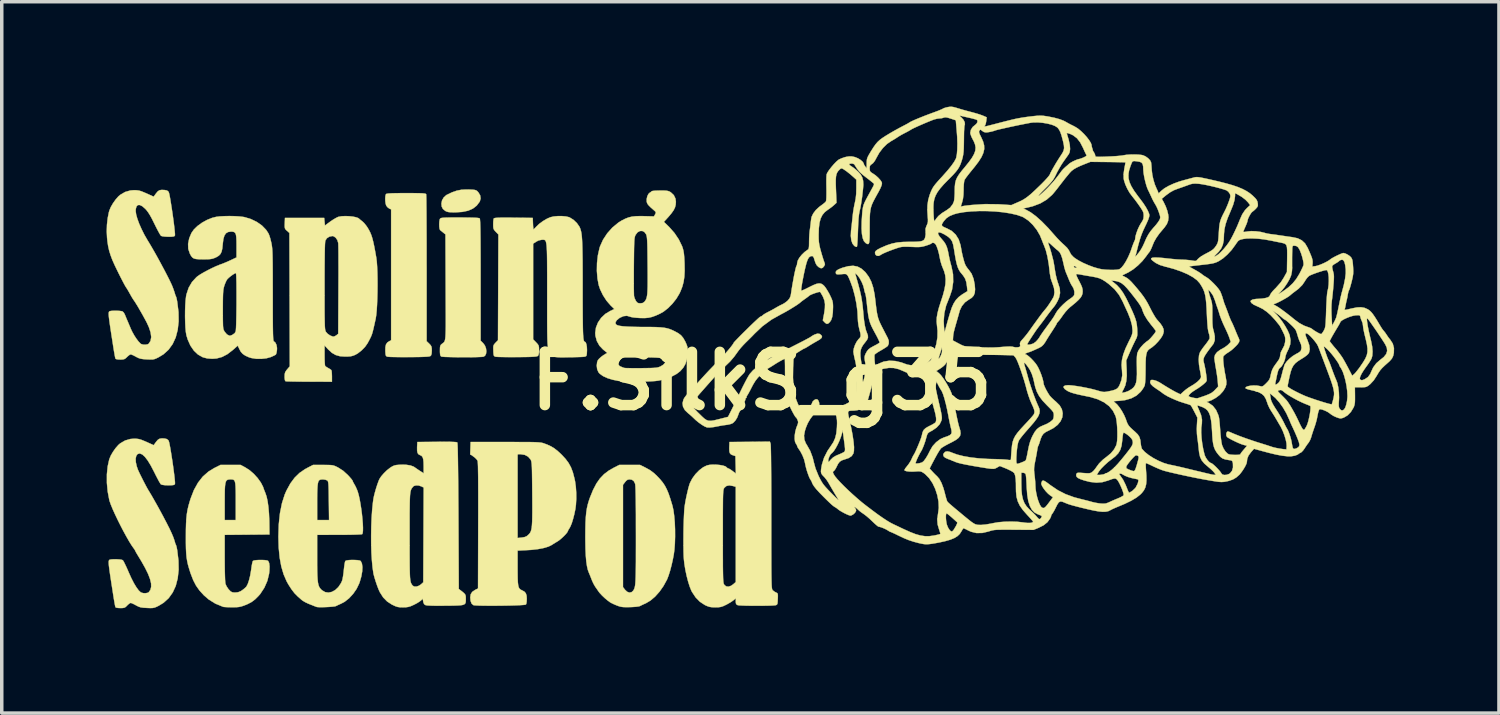
<source format=kicad_pcb>
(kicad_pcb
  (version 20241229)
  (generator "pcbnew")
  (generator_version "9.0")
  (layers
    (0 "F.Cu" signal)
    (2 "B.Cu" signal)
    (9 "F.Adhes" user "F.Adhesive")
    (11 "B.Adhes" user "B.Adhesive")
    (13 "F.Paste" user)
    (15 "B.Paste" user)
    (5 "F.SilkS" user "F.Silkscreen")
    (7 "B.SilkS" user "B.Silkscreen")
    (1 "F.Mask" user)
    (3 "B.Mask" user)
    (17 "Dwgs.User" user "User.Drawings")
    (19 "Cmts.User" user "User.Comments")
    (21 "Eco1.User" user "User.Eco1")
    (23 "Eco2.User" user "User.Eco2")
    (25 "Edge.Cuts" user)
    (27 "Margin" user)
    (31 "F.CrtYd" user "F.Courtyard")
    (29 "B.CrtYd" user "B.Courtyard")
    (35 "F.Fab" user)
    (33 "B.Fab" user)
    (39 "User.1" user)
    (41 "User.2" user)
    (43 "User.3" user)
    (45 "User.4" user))
  (footprint "F.SilkS_g35"
    (layer "F.Cu")
    (at 18.747 7.853)
    (property "Reference" "F.SilkS_g35" (at 0 0 0) (layer "F.SilkS") (effects (font (size 1.524 1.524) (thickness 0.3))))
    (attr through_hole)
    (fp_poly (pts (xy -8.374 -5.479) (xy -8.28 -5.475) (xy -8.218 -5.469) (xy -8.177 -5.458) (xy -8.147 -5.44) (xy -8.117 -5.409) (xy -8.108 -5.399) (xy -8.057 -5.315) (xy -8.043 -5.225) (xy -8.066 -5.139) (xy -8.071 -5.131) (xy -8.155 -5.019) (xy -8.264 -4.934) (xy -8.4 -4.874) (xy -8.567 -4.839) (xy -8.767 -4.826) (xy -8.783 -4.826) (xy -8.887 -4.828) (xy -8.96 -4.834) (xy -9.012 -4.847) (xy -9.053 -4.867) (xy -9.121 -4.922) (xy -9.156 -4.99) (xy -9.165 -5.075) (xy -9.147 -5.168) (xy -9.097 -5.255) (xy -9.027 -5.318) (xy -9.017 -5.324) (xy -8.864 -5.398) (xy -8.727 -5.446) (xy -8.591 -5.473) (xy -8.443 -5.48) (xy -8.374 -5.479)) (stroke (width 0.01) (type solid)) (fill yes) (layer "F.SilkS"))
    (fp_poly (pts (xy -9.999 -5.376) (xy -9.867 -5.375) (xy -9.768 -5.373) (xy -9.697 -5.37) (xy -9.65 -5.365) (xy -9.621 -5.359) (xy -9.606 -5.35) (xy -9.601 -5.343) (xy -9.6 -5.317) (xy -9.598 -5.252) (xy -9.596 -5.151) (xy -9.595 -5.016) (xy -9.593 -4.85) (xy -9.592 -4.657) (xy -9.591 -4.439) (xy -9.59 -4.199) (xy -9.589 -3.94) (xy -9.589 -3.664) (xy -9.589 -3.376) (xy -9.588 -3.224) (xy -9.588 -1.139) (xy -9.514 -1.068) (xy -9.472 -1.023) (xy -9.45 -0.982) (xy -9.441 -0.929) (xy -9.44 -0.871) (xy -9.445 -0.787) (xy -9.46 -0.736) (xy -9.475 -0.717) (xy -9.495 -0.708) (xy -9.533 -0.7) (xy -9.593 -0.695) (xy -9.679 -0.691) (xy -9.796 -0.687) (xy -9.947 -0.685) (xy -10.084 -0.684) (xy -10.238 -0.683) (xy -10.381 -0.684) (xy -10.505 -0.686) (xy -10.606 -0.688) (xy -10.676 -0.692) (xy -10.71 -0.695) (xy -10.738 -0.707) (xy -10.755 -0.728) (xy -10.764 -0.769) (xy -10.769 -0.84) (xy -10.77 -0.858) (xy -10.768 -0.967) (xy -10.751 -1.045) (xy -10.714 -1.1) (xy -10.663 -1.135) (xy -10.604 -1.165) (xy -10.604 -4.912) (xy -10.659 -4.936) (xy -10.709 -4.974) (xy -10.744 -5.02) (xy -10.761 -5.075) (xy -10.771 -5.149) (xy -10.773 -5.228) (xy -10.767 -5.298) (xy -10.753 -5.345) (xy -10.748 -5.351) (xy -10.726 -5.359) (xy -10.677 -5.366) (xy -10.597 -5.371) (xy -10.484 -5.374) (xy -10.335 -5.376) (xy -10.169 -5.376) (xy -9.999 -5.376)) (stroke (width 0.01) (type solid)) (fill yes) (layer "F.SilkS"))
    (fp_poly (pts (xy -8.456 -4.677) (xy -8.312 -4.675) (xy -8.205 -4.672) (xy -8.13 -4.667) (xy -8.085 -4.66) (xy -8.069 -4.652) (xy -8.064 -4.638) (xy -8.06 -4.602) (xy -8.056 -4.543) (xy -8.053 -4.459) (xy -8.05 -4.348) (xy -8.048 -4.208) (xy -8.046 -4.036) (xy -8.045 -3.831) (xy -8.044 -3.591) (xy -8.043 -3.313) (xy -8.043 -2.996) (xy -8.043 -2.89) (xy -8.043 -1.154) (xy -7.971 -1.083) (xy -7.921 -1.016) (xy -7.89 -0.936) (xy -7.879 -0.854) (xy -7.888 -0.779) (xy -7.917 -0.723) (xy -7.959 -0.696) (xy -8 -0.691) (xy -8.074 -0.687) (xy -8.174 -0.683) (xy -8.295 -0.681) (xy -8.43 -0.68) (xy -8.57 -0.68) (xy -8.711 -0.681) (xy -8.844 -0.683) (xy -8.963 -0.686) (xy -9.061 -0.689) (xy -9.132 -0.694) (xy -9.168 -0.699) (xy -9.17 -0.7) (xy -9.191 -0.721) (xy -9.202 -0.76) (xy -9.207 -0.826) (xy -9.207 -0.869) (xy -9.206 -0.951) (xy -9.198 -1.002) (xy -9.181 -1.035) (xy -9.162 -1.053) (xy -9.138 -1.071) (xy -9.118 -1.086) (xy -9.1 -1.101) (xy -9.085 -1.118) (xy -9.073 -1.141) (xy -9.063 -1.173) (xy -9.055 -1.217) (xy -9.049 -1.276) (xy -9.045 -1.352) (xy -9.042 -1.45) (xy -9.04 -1.571) (xy -9.04 -1.719) (xy -9.04 -1.897) (xy -9.041 -2.108) (xy -9.042 -2.355) (xy -9.043 -2.641) (xy -9.043 -2.68) (xy -9.049 -4.195) (xy -9.112 -4.246) (xy -9.161 -4.286) (xy -9.198 -4.316) (xy -9.202 -4.319) (xy -9.217 -4.352) (xy -9.226 -4.413) (xy -9.228 -4.487) (xy -9.224 -4.561) (xy -9.214 -4.62) (xy -9.207 -4.637) (xy -9.198 -4.649) (xy -9.184 -4.659) (xy -9.159 -4.666) (xy -9.118 -4.671) (xy -9.056 -4.675) (xy -8.969 -4.677) (xy -8.851 -4.678) (xy -8.697 -4.678) (xy -8.639 -4.678) (xy -8.456 -4.677)) (stroke (width 0.01) (type solid)) (fill yes) (layer "F.SilkS"))
    (fp_poly (pts (xy -3.313 2.486) (xy -3.189 2.556) (xy -3.077 2.641) (xy -2.995 2.719) (xy -2.906 2.813) (xy -2.831 2.904) (xy -2.769 2.997) (xy -2.715 3.101) (xy -2.664 3.223) (xy -2.614 3.371) (xy -2.559 3.552) (xy -2.552 3.577) (xy -2.524 3.704) (xy -2.503 3.864) (xy -2.487 4.048) (xy -2.479 4.247) (xy -2.478 4.452) (xy -2.484 4.654) (xy -2.497 4.826) (xy -2.515 4.962) (xy -2.544 5.115) (xy -2.58 5.274) (xy -2.62 5.427) (xy -2.663 5.563) (xy -2.704 5.671) (xy -2.711 5.686) (xy -2.809 5.865) (xy -2.924 6.029) (xy -3.05 6.17) (xy -3.182 6.282) (xy -3.313 6.36) (xy -3.323 6.364) (xy -3.394 6.396) (xy -3.454 6.425) (xy -3.482 6.44) (xy -3.522 6.451) (xy -3.596 6.461) (xy -3.695 6.468) (xy -3.768 6.471) (xy -3.879 6.472) (xy -3.96 6.47) (xy -4.023 6.462) (xy -4.08 6.447) (xy -4.144 6.424) (xy -4.144 6.424) (xy -4.223 6.391) (xy -4.293 6.357) (xy -4.335 6.335) (xy -4.407 6.282) (xy -4.49 6.213) (xy -4.57 6.137) (xy -4.635 6.067) (xy -4.662 6.032) (xy -4.708 5.965) (xy -4.758 5.892) (xy -4.769 5.877) (xy -4.808 5.81) (xy -4.848 5.726) (xy -4.868 5.676) (xy -4.898 5.599) (xy -4.927 5.527) (xy -4.942 5.493) (xy -4.974 5.407) (xy -4.999 5.298) (xy -5.019 5.164) (xy -5.033 5) (xy -5.042 4.803) (xy -5.046 4.569) (xy -5.047 4.466) (xy -5.045 4.242) (xy -5.041 4.054) (xy -5.032 3.895) (xy -5.019 3.758) (xy -5 3.636) (xy -4.974 3.524) (xy -4.941 3.414) (xy -4.913 3.334) (xy -4.825 3.118) (xy -4.748 2.971) (xy -3.969 2.971) (xy -3.969 5.898) (xy -3.909 5.976) (xy -3.848 6.033) (xy -3.783 6.056) (xy -3.721 6.042) (xy -3.681 6.005) (xy -3.665 5.982) (xy -3.651 5.957) (xy -3.64 5.928) (xy -3.63 5.892) (xy -3.621 5.845) (xy -3.615 5.785) (xy -3.61 5.708) (xy -3.606 5.61) (xy -3.603 5.49) (xy -3.601 5.343) (xy -3.599 5.167) (xy -3.599 4.958) (xy -3.598 4.713) (xy -3.598 4.429) (xy -3.598 4.413) (xy -3.599 4.098) (xy -3.599 3.824) (xy -3.601 3.59) (xy -3.603 3.393) (xy -3.606 3.234) (xy -3.609 3.11) (xy -3.613 3.02) (xy -3.618 2.963) (xy -3.622 2.94) (xy -3.659 2.865) (xy -3.712 2.826) (xy -3.781 2.815) (xy -3.834 2.824) (xy -3.878 2.855) (xy -3.909 2.893) (xy -3.969 2.971) (xy -4.748 2.971) (xy -4.732 2.938) (xy -4.628 2.79) (xy -4.511 2.667) (xy -4.374 2.563) (xy -4.241 2.487) (xy -4.075 2.402) (xy -3.482 2.402) (xy -3.313 2.486)) (stroke (width 0.01) (type solid)) (fill yes) (layer "F.SilkS"))
    (fp_poly (pts (xy -14.774 2.476) (xy -14.651 2.556) (xy -14.531 2.661) (xy -14.422 2.781) (xy -14.332 2.907) (xy -14.269 3.029) (xy -14.256 3.069) (xy -14.237 3.122) (xy -14.21 3.189) (xy -14.201 3.21) (xy -14.168 3.309) (xy -14.139 3.443) (xy -14.116 3.606) (xy -14.1 3.791) (xy -14.091 3.991) (xy -14.09 4.053) (xy -14.086 4.392) (xy -15.367 4.403) (xy -15.367 5.064) (xy -15.366 5.259) (xy -15.364 5.431) (xy -15.36 5.576) (xy -15.356 5.69) (xy -15.35 5.769) (xy -15.344 5.806) (xy -15.316 5.871) (xy -15.27 5.942) (xy -15.247 5.97) (xy -15.198 6.02) (xy -15.155 6.045) (xy -15.102 6.053) (xy -15.067 6.054) (xy -14.985 6.046) (xy -14.914 6.018) (xy -14.869 5.99) (xy -14.809 5.944) (xy -14.759 5.898) (xy -14.743 5.879) (xy -14.706 5.808) (xy -14.671 5.703) (xy -14.639 5.576) (xy -14.614 5.433) (xy -14.606 5.377) (xy -14.593 5.287) (xy -14.579 5.212) (xy -14.565 5.162) (xy -14.559 5.15) (xy -14.527 5.136) (xy -14.464 5.127) (xy -14.384 5.122) (xy -14.298 5.122) (xy -14.217 5.126) (xy -14.155 5.135) (xy -14.123 5.149) (xy -14.095 5.21) (xy -14.083 5.306) (xy -14.088 5.432) (xy -14.097 5.516) (xy -14.146 5.719) (xy -14.232 5.915) (xy -14.349 6.093) (xy -14.399 6.151) (xy -14.496 6.248) (xy -14.593 6.322) (xy -14.704 6.381) (xy -14.808 6.424) (xy -14.885 6.45) (xy -14.956 6.466) (xy -15.037 6.474) (xy -15.142 6.475) (xy -15.163 6.475) (xy -15.257 6.474) (xy -15.337 6.47) (xy -15.392 6.466) (xy -15.409 6.463) (xy -15.633 6.371) (xy -15.827 6.25) (xy -15.964 6.131) (xy -16.087 5.996) (xy -16.186 5.856) (xy -16.267 5.7) (xy -16.339 5.515) (xy -16.35 5.483) (xy -16.388 5.361) (xy -16.419 5.252) (xy -16.441 5.149) (xy -16.458 5.044) (xy -16.468 4.929) (xy -16.475 4.794) (xy -16.478 4.633) (xy -16.478 4.466) (xy -16.477 4.258) (xy -16.472 4.085) (xy -16.464 3.937) (xy -16.45 3.807) (xy -16.43 3.686) (xy -16.402 3.567) (xy -16.371 3.459) (xy -15.367 3.459) (xy -15.367 3.979) (xy -15.05 3.979) (xy -15.05 3.444) (xy -15.05 3.265) (xy -15.052 3.123) (xy -15.056 3.015) (xy -15.063 2.935) (xy -15.075 2.88) (xy -15.092 2.845) (xy -15.116 2.826) (xy -15.148 2.817) (xy -15.187 2.815) (xy -15.194 2.815) (xy -15.243 2.817) (xy -15.281 2.825) (xy -15.311 2.844) (xy -15.333 2.878) (xy -15.348 2.931) (xy -15.358 3.009) (xy -15.364 3.114) (xy -15.366 3.253) (xy -15.367 3.428) (xy -15.367 3.459) (xy -16.371 3.459) (xy -16.366 3.442) (xy -16.342 3.365) (xy -16.247 3.12) (xy -16.131 2.911) (xy -15.994 2.736) (xy -15.833 2.594) (xy -15.67 2.494) (xy -15.488 2.402) (xy -14.912 2.402) (xy -14.774 2.476)) (stroke (width 0.01) (type solid)) (fill yes) (layer "F.SilkS"))
    (fp_poly (pts (xy -7.103 1.746) (xy -6.911 1.747) (xy -6.752 1.747) (xy -6.624 1.748) (xy -6.522 1.75) (xy -6.441 1.753) (xy -6.379 1.757) (xy -6.331 1.762) (xy -6.292 1.768) (xy -6.26 1.776) (xy -6.228 1.786) (xy -6.202 1.796) (xy -6.069 1.85) (xy -5.955 1.914) (xy -5.847 1.995) (xy -5.731 2.103) (xy -5.726 2.107) (xy -5.613 2.229) (xy -5.525 2.347) (xy -5.457 2.472) (xy -5.403 2.615) (xy -5.359 2.784) (xy -5.34 2.872) (xy -5.319 3.023) (xy -5.307 3.197) (xy -5.306 3.377) (xy -5.316 3.546) (xy -5.331 3.662) (xy -5.362 3.812) (xy -5.398 3.951) (xy -5.435 4.071) (xy -5.473 4.163) (xy -5.495 4.203) (xy -5.527 4.253) (xy -5.544 4.289) (xy -5.546 4.295) (xy -5.561 4.326) (xy -5.6 4.376) (xy -5.656 4.435) (xy -5.72 4.495) (xy -5.783 4.549) (xy -5.837 4.587) (xy -5.839 4.588) (xy -5.911 4.631) (xy -5.98 4.674) (xy -6.005 4.691) (xy -6.102 4.739) (xy -6.236 4.779) (xy -6.401 4.811) (xy -6.592 4.833) (xy -6.694 4.839) (xy -6.985 4.854) (xy -6.985 5.349) (xy -6.984 5.523) (xy -6.982 5.66) (xy -6.977 5.765) (xy -6.968 5.843) (xy -6.955 5.898) (xy -6.936 5.936) (xy -6.91 5.963) (xy -6.877 5.982) (xy -6.861 5.989) (xy -6.791 6.027) (xy -6.749 6.076) (xy -6.727 6.147) (xy -6.722 6.233) (xy -6.726 6.322) (xy -6.738 6.381) (xy -6.748 6.397) (xy -6.775 6.404) (xy -6.839 6.41) (xy -6.933 6.416) (xy -7.052 6.421) (xy -7.188 6.425) (xy -7.337 6.428) (xy -7.493 6.43) (xy -7.648 6.431) (xy -7.798 6.431) (xy -7.936 6.43) (xy -8.057 6.428) (xy -8.154 6.424) (xy -8.221 6.419) (xy -8.25 6.414) (xy -8.301 6.37) (xy -8.331 6.29) (xy -8.34 6.192) (xy -8.326 6.103) (xy -8.283 6.035) (xy -8.203 5.98) (xy -8.191 5.974) (xy -8.117 5.937) (xy -8.113 4.493) (xy -6.985 4.493) (xy -6.866 4.481) (xy -6.785 4.467) (xy -6.726 4.442) (xy -6.676 4.4) (xy -6.649 4.373) (xy -6.627 4.343) (xy -6.608 4.307) (xy -6.594 4.262) (xy -6.582 4.203) (xy -6.574 4.127) (xy -6.568 4.03) (xy -6.565 3.908) (xy -6.563 3.757) (xy -6.563 3.574) (xy -6.564 3.354) (xy -6.565 3.217) (xy -6.567 2.998) (xy -6.569 2.817) (xy -6.571 2.67) (xy -6.573 2.554) (xy -6.576 2.463) (xy -6.58 2.394) (xy -6.585 2.344) (xy -6.591 2.307) (xy -6.598 2.28) (xy -6.607 2.258) (xy -6.615 2.244) (xy -6.684 2.165) (xy -6.78 2.114) (xy -6.892 2.096) (xy -6.895 2.096) (xy -6.985 2.095) (xy -6.985 4.493) (xy -8.113 4.493) (xy -8.112 4.138) (xy -8.111 3.776) (xy -8.111 3.455) (xy -8.111 3.175) (xy -8.112 2.935) (xy -8.113 2.734) (xy -8.116 2.571) (xy -8.118 2.445) (xy -8.122 2.355) (xy -8.126 2.301) (xy -8.129 2.284) (xy -8.159 2.24) (xy -8.211 2.189) (xy -8.247 2.162) (xy -8.341 2.095) (xy -8.329 1.746) (xy -7.334 1.746) (xy -7.103 1.746)) (stroke (width 0.01) (type solid)) (fill yes) (layer "F.SilkS"))
    (fp_poly (pts (xy -12.437 2.403) (xy -12.353 2.405) (xy -12.293 2.41) (xy -12.244 2.421) (xy -12.197 2.439) (xy -12.143 2.465) (xy -12.121 2.477) (xy -11.977 2.569) (xy -11.84 2.694) (xy -11.781 2.759) (xy -11.735 2.813) (xy -11.709 2.849) (xy -11.705 2.858) (xy -11.695 2.888) (xy -11.668 2.937) (xy -11.653 2.962) (xy -11.617 3.029) (xy -11.579 3.115) (xy -11.558 3.172) (xy -11.531 3.267) (xy -11.505 3.384) (xy -11.481 3.518) (xy -11.459 3.66) (xy -11.44 3.806) (xy -11.426 3.948) (xy -11.415 4.081) (xy -11.41 4.197) (xy -11.411 4.291) (xy -11.419 4.355) (xy -11.432 4.383) (xy -11.46 4.388) (xy -11.525 4.392) (xy -11.621 4.396) (xy -11.743 4.399) (xy -11.885 4.401) (xy -12.042 4.402) (xy -12.091 4.402) (xy -12.721 4.403) (xy -12.721 5.055) (xy -12.721 5.264) (xy -12.719 5.436) (xy -12.715 5.574) (xy -12.708 5.684) (xy -12.698 5.769) (xy -12.684 5.836) (xy -12.665 5.887) (xy -12.64 5.928) (xy -12.609 5.963) (xy -12.583 5.988) (xy -12.494 6.041) (xy -12.398 6.056) (xy -12.299 6.035) (xy -12.203 5.982) (xy -12.115 5.899) (xy -12.04 5.787) (xy -12.011 5.725) (xy -11.995 5.672) (xy -11.98 5.589) (xy -11.966 5.49) (xy -11.958 5.413) (xy -11.947 5.316) (xy -11.935 5.233) (xy -11.923 5.174) (xy -11.914 5.15) (xy -11.88 5.136) (xy -11.817 5.126) (xy -11.735 5.121) (xy -11.648 5.122) (xy -11.568 5.127) (xy -11.505 5.137) (xy -11.474 5.152) (xy -11.44 5.223) (xy -11.426 5.324) (xy -11.432 5.449) (xy -11.457 5.592) (xy -11.501 5.746) (xy -11.519 5.796) (xy -11.592 5.948) (xy -11.691 6.091) (xy -11.808 6.218) (xy -11.936 6.319) (xy -12.039 6.373) (xy -12.106 6.403) (xy -12.163 6.43) (xy -12.181 6.44) (xy -12.218 6.45) (xy -12.286 6.458) (xy -12.374 6.465) (xy -12.472 6.47) (xy -12.57 6.473) (xy -12.655 6.473) (xy -12.718 6.469) (xy -12.742 6.464) (xy -12.788 6.446) (xy -12.816 6.435) (xy -12.858 6.418) (xy -12.924 6.392) (xy -12.983 6.368) (xy -13.063 6.33) (xy -13.138 6.285) (xy -13.176 6.255) (xy -13.229 6.207) (xy -13.275 6.167) (xy -13.285 6.158) (xy -13.367 6.075) (xy -13.454 5.962) (xy -13.54 5.829) (xy -13.593 5.735) (xy -13.679 5.537) (xy -13.746 5.312) (xy -13.793 5.058) (xy -13.821 4.772) (xy -13.83 4.456) (xy -13.819 4.102) (xy -13.785 3.783) (xy -13.728 3.499) (xy -13.72 3.473) (xy -12.721 3.473) (xy -12.721 3.979) (xy -12.38 3.979) (xy -12.387 3.427) (xy -12.389 3.26) (xy -12.391 3.129) (xy -12.394 3.031) (xy -12.398 2.96) (xy -12.403 2.911) (xy -12.41 2.88) (xy -12.419 2.86) (xy -12.431 2.848) (xy -12.434 2.845) (xy -12.486 2.825) (xy -12.554 2.816) (xy -12.619 2.82) (xy -12.651 2.832) (xy -12.672 2.852) (xy -12.689 2.884) (xy -12.701 2.935) (xy -12.71 3.007) (xy -12.716 3.106) (xy -12.72 3.236) (xy -12.721 3.403) (xy -12.721 3.473) (xy -13.72 3.473) (xy -13.648 3.248) (xy -13.598 3.134) (xy -13.488 2.933) (xy -13.366 2.768) (xy -13.227 2.632) (xy -13.065 2.521) (xy -13.002 2.487) (xy -12.838 2.402) (xy -12.552 2.402) (xy -12.437 2.403)) (stroke (width 0.01) (type solid)) (fill yes) (layer "F.SilkS"))
    (fp_poly (pts (xy -11.812 -4.716) (xy -11.706 -4.705) (xy -11.614 -4.687) (xy -11.546 -4.663) (xy -11.516 -4.64) (xy -11.493 -4.619) (xy -11.449 -4.584) (xy -11.429 -4.569) (xy -11.378 -4.521) (xy -11.321 -4.451) (xy -11.278 -4.389) (xy -11.236 -4.317) (xy -11.2 -4.246) (xy -11.169 -4.17) (xy -11.141 -4.081) (xy -11.114 -3.975) (xy -11.086 -3.844) (xy -11.056 -3.683) (xy -11.028 -3.524) (xy -11.015 -3.419) (xy -11.005 -3.281) (xy -10.998 -3.118) (xy -10.994 -2.936) (xy -10.993 -2.745) (xy -10.995 -2.55) (xy -11 -2.36) (xy -11.007 -2.181) (xy -11.017 -2.021) (xy -11.03 -1.888) (xy -11.045 -1.788) (xy -11.047 -1.776) (xy -11.062 -1.711) (xy -11.082 -1.621) (xy -11.104 -1.524) (xy -11.109 -1.503) (xy -11.131 -1.412) (xy -11.153 -1.338) (xy -11.181 -1.268) (xy -11.221 -1.187) (xy -11.277 -1.083) (xy -11.278 -1.081) (xy -11.35 -0.978) (xy -11.448 -0.877) (xy -11.557 -0.791) (xy -11.631 -0.749) (xy -11.698 -0.722) (xy -11.767 -0.706) (xy -11.853 -0.7) (xy -11.917 -0.699) (xy -12.067 -0.709) (xy -12.191 -0.744) (xy -12.3 -0.807) (xy -12.404 -0.903) (xy -12.409 -0.908) (xy -12.509 -1.018) (xy -12.509 -0.737) (xy -12.508 -0.63) (xy -12.505 -0.539) (xy -12.5 -0.471) (xy -12.494 -0.434) (xy -12.493 -0.432) (xy -12.465 -0.407) (xy -12.416 -0.377) (xy -12.404 -0.37) (xy -12.352 -0.34) (xy -12.318 -0.314) (xy -12.314 -0.309) (xy -12.306 -0.278) (xy -12.301 -0.216) (xy -12.298 -0.138) (xy -12.298 -0.132) (xy -12.298 0.021) (xy -12.949 0.019) (xy -13.111 0.019) (xy -13.261 0.017) (xy -13.392 0.016) (xy -13.499 0.013) (xy -13.577 0.011) (xy -13.62 0.008) (xy -13.626 0.007) (xy -13.643 -0.021) (xy -13.652 -0.086) (xy -13.652 -0.125) (xy -13.649 -0.2) (xy -13.635 -0.253) (xy -13.603 -0.303) (xy -13.578 -0.333) (xy -13.504 -0.42) (xy -13.509 -2.329) (xy -13.51 -2.711) (xy -12.509 -2.711) (xy -12.509 -2.451) (xy -12.509 -2.229) (xy -12.509 -2.042) (xy -12.508 -1.888) (xy -12.506 -1.763) (xy -12.504 -1.663) (xy -12.502 -1.586) (xy -12.498 -1.527) (xy -12.494 -1.484) (xy -12.488 -1.453) (xy -12.482 -1.431) (xy -12.474 -1.414) (xy -12.47 -1.406) (xy -12.42 -1.35) (xy -12.351 -1.303) (xy -12.28 -1.274) (xy -12.253 -1.27) (xy -12.212 -1.283) (xy -12.168 -1.31) (xy -12.118 -1.351) (xy -12.112 -2.607) (xy -12.111 -2.836) (xy -12.11 -3.055) (xy -12.11 -3.259) (xy -12.111 -3.445) (xy -12.111 -3.608) (xy -12.112 -3.744) (xy -12.114 -3.85) (xy -12.116 -3.921) (xy -12.118 -3.951) (xy -12.144 -4.035) (xy -12.191 -4.102) (xy -12.25 -4.142) (xy -12.287 -4.149) (xy -12.372 -4.131) (xy -12.443 -4.085) (xy -12.486 -4.019) (xy -12.492 -3.984) (xy -12.497 -3.914) (xy -12.501 -3.808) (xy -12.504 -3.664) (xy -12.506 -3.481) (xy -12.508 -3.26) (xy -12.509 -2.998) (xy -12.509 -2.711) (xy -13.51 -2.711) (xy -13.515 -4.237) (xy -13.585 -4.299) (xy -13.621 -4.333) (xy -13.641 -4.364) (xy -13.649 -4.405) (xy -13.65 -4.467) (xy -13.648 -4.514) (xy -13.642 -4.667) (xy -12.52 -4.667) (xy -12.509 -4.558) (xy -12.499 -4.449) (xy -12.344 -4.563) (xy -12.264 -4.617) (xy -12.187 -4.663) (xy -12.126 -4.693) (xy -12.111 -4.698) (xy -12.024 -4.714) (xy -11.921 -4.719) (xy -11.812 -4.716)) (stroke (width 0.01) (type solid)) (fill yes) (layer "F.SilkS"))
    (fp_poly (pts (xy -8.937 1.74) (xy -8.821 1.744) (xy -8.746 1.749) (xy -8.713 1.757) (xy -8.712 1.758) (xy -8.707 1.779) (xy -8.703 1.837) (xy -8.699 1.931) (xy -8.696 2.061) (xy -8.693 2.23) (xy -8.69 2.437) (xy -8.687 2.683) (xy -8.684 2.968) (xy -8.682 3.295) (xy -8.679 3.662) (xy -8.678 3.866) (xy -8.668 5.952) (xy -8.615 5.992) (xy -8.544 6.048) (xy -8.5 6.089) (xy -8.477 6.125) (xy -8.468 6.167) (xy -8.467 6.225) (xy -8.467 6.228) (xy -8.467 6.286) (xy -8.47 6.331) (xy -8.482 6.365) (xy -8.507 6.39) (xy -8.549 6.407) (xy -8.613 6.418) (xy -8.705 6.424) (xy -8.827 6.428) (xy -8.986 6.43) (xy -9.043 6.43) (xy -9.215 6.432) (xy -9.361 6.431) (xy -9.479 6.428) (xy -9.564 6.423) (xy -9.612 6.416) (xy -9.616 6.415) (xy -9.658 6.388) (xy -9.68 6.34) (xy -9.686 6.311) (xy -9.699 6.229) (xy -9.749 6.28) (xy -9.793 6.313) (xy -9.861 6.356) (xy -9.941 6.398) (xy -9.953 6.404) (xy -10.04 6.443) (xy -10.111 6.465) (xy -10.184 6.475) (xy -10.266 6.477) (xy -10.354 6.475) (xy -10.422 6.465) (xy -10.488 6.442) (xy -10.571 6.403) (xy -10.578 6.4) (xy -10.717 6.31) (xy -10.832 6.193) (xy -10.928 6.042) (xy -10.929 6.039) (xy -10.965 5.96) (xy -11.005 5.855) (xy -11.045 5.738) (xy -11.08 5.624) (xy -11.106 5.528) (xy -11.111 5.503) (xy -11.135 5.337) (xy -11.154 5.137) (xy -11.168 4.912) (xy -11.175 4.669) (xy -11.176 4.449) (xy -10.075 4.449) (xy -10.075 4.715) (xy -10.075 4.943) (xy -10.074 5.134) (xy -10.073 5.294) (xy -10.071 5.424) (xy -10.068 5.53) (xy -10.064 5.613) (xy -10.058 5.678) (xy -10.05 5.727) (xy -10.041 5.765) (xy -10.029 5.794) (xy -10.015 5.819) (xy -9.999 5.841) (xy -9.985 5.858) (xy -9.941 5.883) (xy -9.877 5.883) (xy -9.807 5.859) (xy -9.753 5.823) (xy -9.684 5.761) (xy -9.678 4.405) (xy -9.672 3.05) (xy -9.735 3.017) (xy -9.813 2.991) (xy -9.89 2.987) (xy -9.952 3.004) (xy -9.974 3.022) (xy -9.994 3.046) (xy -10.012 3.069) (xy -10.027 3.095) (xy -10.039 3.126) (xy -10.05 3.166) (xy -10.058 3.219) (xy -10.064 3.288) (xy -10.068 3.376) (xy -10.071 3.486) (xy -10.073 3.623) (xy -10.075 3.788) (xy -10.075 3.987) (xy -10.075 4.222) (xy -10.075 4.449) (xy -11.176 4.449) (xy -11.176 4.416) (xy -11.172 4.161) (xy -11.162 3.913) (xy -11.146 3.68) (xy -11.124 3.469) (xy -11.111 3.376) (xy -11.094 3.291) (xy -11.067 3.185) (xy -11.034 3.07) (xy -10.998 2.959) (xy -10.964 2.865) (xy -10.938 2.805) (xy -10.886 2.726) (xy -10.81 2.639) (xy -10.723 2.554) (xy -10.636 2.486) (xy -10.631 2.482) (xy -10.57 2.444) (xy -10.518 2.42) (xy -10.462 2.406) (xy -10.387 2.399) (xy -10.328 2.396) (xy -10.18 2.397) (xy -10.055 2.416) (xy -9.959 2.451) (xy -9.923 2.475) (xy -9.891 2.498) (xy -9.837 2.535) (xy -9.784 2.57) (xy -9.673 2.643) (xy -9.673 2.445) (xy -9.676 2.324) (xy -9.685 2.238) (xy -9.703 2.181) (xy -9.731 2.144) (xy -9.774 2.122) (xy -9.777 2.121) (xy -9.821 2.097) (xy -9.847 2.059) (xy -9.86 1.999) (xy -9.861 1.907) (xy -9.86 1.872) (xy -9.853 1.746) (xy -9.294 1.741) (xy -9.094 1.739) (xy -8.937 1.74)) (stroke (width 0.01) (type solid)) (fill yes) (layer "F.SilkS"))
    (fp_poly (pts (xy -5.712 -4.719) (xy -5.6 -4.708) (xy -5.51 -4.687) (xy -5.493 -4.679) (xy -5.384 -4.611) (xy -5.288 -4.519) (xy -5.217 -4.417) (xy -5.206 -4.395) (xy -5.19 -4.356) (xy -5.177 -4.314) (xy -5.165 -4.264) (xy -5.155 -4.205) (xy -5.147 -4.132) (xy -5.14 -4.043) (xy -5.135 -3.934) (xy -5.131 -3.803) (xy -5.128 -3.646) (xy -5.125 -3.46) (xy -5.124 -3.242) (xy -5.123 -2.989) (xy -5.123 -2.697) (xy -5.123 -2.62) (xy -5.123 -2.331) (xy -5.122 -2.081) (xy -5.121 -1.867) (xy -5.119 -1.688) (xy -5.117 -1.539) (xy -5.114 -1.419) (xy -5.11 -1.323) (xy -5.105 -1.25) (xy -5.099 -1.197) (xy -5.091 -1.16) (xy -5.082 -1.137) (xy -5.072 -1.126) (xy -5.059 -1.122) (xy -5.058 -1.122) (xy -5.035 -1.102) (xy -5.016 -1.05) (xy -5.003 -0.974) (xy -4.999 -0.884) (xy -5 -0.856) (xy -5.004 -0.779) (xy -5.011 -0.734) (xy -5.025 -0.711) (xy -5.052 -0.7) (xy -5.069 -0.696) (xy -5.11 -0.691) (xy -5.186 -0.687) (xy -5.287 -0.684) (xy -5.407 -0.681) (xy -5.528 -0.68) (xy -5.667 -0.679) (xy -5.769 -0.679) (xy -5.843 -0.682) (xy -5.894 -0.686) (xy -5.929 -0.694) (xy -5.954 -0.705) (xy -5.976 -0.722) (xy -5.985 -0.73) (xy -6.031 -0.784) (xy -6.075 -0.864) (xy -6.093 -0.906) (xy -6.102 -0.931) (xy -6.109 -0.957) (xy -6.116 -0.986) (xy -6.121 -1.021) (xy -6.126 -1.066) (xy -6.129 -1.124) (xy -6.132 -1.199) (xy -6.134 -1.293) (xy -6.136 -1.409) (xy -6.137 -1.552) (xy -6.138 -1.723) (xy -6.138 -1.928) (xy -6.138 -2.167) (xy -6.138 -2.446) (xy -6.138 -2.474) (xy -6.138 -2.77) (xy -6.138 -3.025) (xy -6.139 -3.244) (xy -6.14 -3.429) (xy -6.142 -3.583) (xy -6.145 -3.709) (xy -6.15 -3.81) (xy -6.156 -3.888) (xy -6.165 -3.947) (xy -6.175 -3.988) (xy -6.188 -4.016) (xy -6.204 -4.032) (xy -6.223 -4.04) (xy -6.245 -4.043) (xy -6.271 -4.043) (xy -6.285 -4.043) (xy -6.383 -4.023) (xy -6.454 -3.986) (xy -6.54 -3.929) (xy -6.54 -1.192) (xy -6.456 -1.106) (xy -6.41 -1.056) (xy -6.384 -1.015) (xy -6.374 -0.968) (xy -6.371 -0.897) (xy -6.371 -0.883) (xy -6.375 -0.797) (xy -6.387 -0.744) (xy -6.406 -0.717) (xy -6.426 -0.708) (xy -6.464 -0.7) (xy -6.524 -0.695) (xy -6.611 -0.69) (xy -6.729 -0.687) (xy -6.882 -0.685) (xy -7.004 -0.684) (xy -7.157 -0.683) (xy -7.298 -0.684) (xy -7.421 -0.686) (xy -7.52 -0.688) (xy -7.589 -0.692) (xy -7.62 -0.695) (xy -7.647 -0.707) (xy -7.664 -0.726) (xy -7.673 -0.765) (xy -7.678 -0.833) (xy -7.679 -0.867) (xy -7.681 -0.948) (xy -7.678 -1) (xy -7.664 -1.037) (xy -7.637 -1.072) (xy -7.616 -1.095) (xy -7.546 -1.166) (xy -7.54 -2.679) (xy -7.534 -4.192) (xy -7.609 -4.269) (xy -7.649 -4.314) (xy -7.672 -4.353) (xy -7.681 -4.402) (xy -7.683 -4.476) (xy -7.683 -4.485) (xy -7.681 -4.561) (xy -7.674 -4.622) (xy -7.666 -4.652) (xy -7.651 -4.66) (xy -7.616 -4.667) (xy -7.556 -4.671) (xy -7.468 -4.674) (xy -7.348 -4.674) (xy -7.192 -4.674) (xy -7.1 -4.673) (xy -6.551 -4.667) (xy -6.545 -4.503) (xy -6.541 -4.426) (xy -6.535 -4.368) (xy -6.53 -4.34) (xy -6.528 -4.339) (xy -6.51 -4.354) (xy -6.474 -4.39) (xy -6.451 -4.415) (xy -6.367 -4.496) (xy -6.258 -4.576) (xy -6.143 -4.644) (xy -6.047 -4.686) (xy -5.95 -4.708) (xy -5.834 -4.719) (xy -5.712 -4.719)) (stroke (width 0.01) (type solid)) (fill yes) (layer "F.SilkS"))
    (fp_poly (pts (xy 0.254 1.79) (xy 0.258 1.821) (xy 0.261 1.893) (xy 0.264 2.004) (xy 0.267 2.154) (xy 0.269 2.342) (xy 0.271 2.565) (xy 0.273 2.822) (xy 0.274 3.113) (xy 0.275 3.435) (xy 0.275 3.788) (xy 0.275 3.896) (xy 0.275 4.236) (xy 0.275 4.537) (xy 0.275 4.8) (xy 0.276 5.028) (xy 0.276 5.225) (xy 0.277 5.391) (xy 0.278 5.531) (xy 0.28 5.646) (xy 0.282 5.738) (xy 0.284 5.812) (xy 0.287 5.868) (xy 0.291 5.91) (xy 0.295 5.94) (xy 0.3 5.961) (xy 0.305 5.974) (xy 0.312 5.984) (xy 0.318 5.991) (xy 0.371 6.032) (xy 0.414 6.054) (xy 0.441 6.067) (xy 0.456 6.086) (xy 0.463 6.121) (xy 0.463 6.182) (xy 0.461 6.238) (xy 0.457 6.321) (xy 0.451 6.371) (xy 0.438 6.398) (xy 0.417 6.411) (xy 0.402 6.416) (xy 0.361 6.421) (xy 0.285 6.426) (xy 0.183 6.429) (xy 0.063 6.431) (xy -0.069 6.432) (xy -0.205 6.432) (xy -0.337 6.431) (xy -0.459 6.429) (xy -0.562 6.425) (xy -0.639 6.421) (xy -0.683 6.415) (xy -0.687 6.414) (xy -0.722 6.394) (xy -0.738 6.36) (xy -0.741 6.306) (xy -0.741 6.219) (xy -0.808 6.275) (xy -0.861 6.313) (xy -0.936 6.359) (xy -1.017 6.404) (xy -1.019 6.404) (xy -1.101 6.443) (xy -1.168 6.465) (xy -1.239 6.475) (xy -1.328 6.477) (xy -1.423 6.474) (xy -1.495 6.463) (xy -1.564 6.439) (xy -1.625 6.411) (xy -1.765 6.32) (xy -1.89 6.193) (xy -1.993 6.037) (xy -2.012 6.001) (xy -2.058 5.888) (xy -2.104 5.743) (xy -2.147 5.578) (xy -2.184 5.404) (xy -2.212 5.23) (xy -2.225 5.113) (xy -2.232 5.015) (xy -2.236 4.884) (xy -2.238 4.73) (xy -2.239 4.56) (xy -2.238 4.442) (xy -1.111 4.442) (xy -1.111 4.713) (xy -1.111 4.945) (xy -1.11 5.141) (xy -1.11 5.304) (xy -1.108 5.438) (xy -1.106 5.546) (xy -1.104 5.63) (xy -1.101 5.694) (xy -1.097 5.742) (xy -1.092 5.777) (xy -1.086 5.801) (xy -1.079 5.818) (xy -1.074 5.827) (xy -1.021 5.875) (xy -0.953 5.886) (xy -0.876 5.861) (xy -0.816 5.819) (xy -0.741 5.753) (xy -0.741 3.029) (xy -0.821 3.005) (xy -0.925 2.987) (xy -1.006 3.003) (xy -1.067 3.054) (xy -1.067 3.055) (xy -1.076 3.068) (xy -1.084 3.082) (xy -1.09 3.102) (xy -1.095 3.129) (xy -1.1 3.169) (xy -1.103 3.222) (xy -1.106 3.294) (xy -1.108 3.386) (xy -1.109 3.503) (xy -1.11 3.648) (xy -1.111 3.823) (xy -1.111 4.032) (xy -1.111 4.279) (xy -1.111 4.442) (xy -2.238 4.442) (xy -2.238 4.38) (xy -2.235 4.2) (xy -2.23 4.027) (xy -2.224 3.868) (xy -2.217 3.732) (xy -2.209 3.625) (xy -2.203 3.577) (xy -2.183 3.455) (xy -2.157 3.322) (xy -2.127 3.189) (xy -2.098 3.067) (xy -2.07 2.969) (xy -2.052 2.919) (xy -1.986 2.79) (xy -1.895 2.666) (xy -1.788 2.556) (xy -1.674 2.469) (xy -1.568 2.417) (xy -1.493 2.4) (xy -1.4 2.393) (xy -1.299 2.395) (xy -1.199 2.404) (xy -1.11 2.42) (xy -1.041 2.442) (xy -1.003 2.468) (xy -0.999 2.476) (xy -0.974 2.496) (xy -0.964 2.498) (xy -0.934 2.51) (xy -0.883 2.541) (xy -0.838 2.573) (xy -0.739 2.649) (xy -0.745 2.399) (xy -0.751 2.148) (xy -0.823 2.125) (xy -0.877 2.102) (xy -0.909 2.067) (xy -0.925 2.013) (xy -0.928 1.929) (xy -0.927 1.889) (xy -0.921 1.746) (xy -0.344 1.741) (xy 0.234 1.735) (xy 0.254 1.79)) (stroke (width 0.01) (type solid)) (fill yes) (layer "F.SilkS"))
    (fp_poly (pts (xy -17.09 1.646) (xy -17.024 1.661) (xy -16.983 1.693) (xy -16.971 1.711) (xy -16.959 1.747) (xy -16.944 1.817) (xy -16.925 1.915) (xy -16.905 2.034) (xy -16.884 2.168) (xy -16.862 2.309) (xy -16.842 2.451) (xy -16.824 2.587) (xy -16.808 2.711) (xy -16.797 2.816) (xy -16.79 2.895) (xy -16.79 2.941) (xy -16.791 2.948) (xy -16.805 2.966) (xy -16.834 2.977) (xy -16.888 2.983) (xy -16.975 2.984) (xy -16.982 2.985) (xy -17.083 2.981) (xy -17.156 2.971) (xy -17.192 2.958) (xy -17.212 2.931) (xy -17.247 2.872) (xy -17.291 2.789) (xy -17.343 2.689) (xy -17.38 2.614) (xy -17.478 2.425) (xy -17.568 2.277) (xy -17.65 2.17) (xy -17.725 2.102) (xy -17.793 2.075) (xy -17.805 2.074) (xy -17.862 2.092) (xy -17.898 2.143) (xy -17.915 2.221) (xy -17.911 2.321) (xy -17.885 2.439) (xy -17.851 2.537) (xy -17.826 2.593) (xy -17.787 2.675) (xy -17.739 2.771) (xy -17.688 2.873) (xy -17.637 2.97) (xy -17.592 3.054) (xy -17.558 3.114) (xy -17.547 3.133) (xy -17.52 3.176) (xy -17.477 3.248) (xy -17.424 3.339) (xy -17.366 3.442) (xy -17.307 3.546) (xy -17.254 3.641) (xy -17.133 3.865) (xy -17.033 4.056) (xy -16.951 4.217) (xy -16.888 4.351) (xy -16.841 4.462) (xy -16.809 4.553) (xy -16.794 4.604) (xy -16.779 4.656) (xy -16.764 4.688) (xy -16.752 4.719) (xy -16.738 4.778) (xy -16.725 4.847) (xy -16.69 5.138) (xy -16.685 5.405) (xy -16.712 5.647) (xy -16.768 5.864) (xy -16.855 6.053) (xy -16.971 6.215) (xy -17.117 6.347) (xy -17.256 6.432) (xy -17.326 6.466) (xy -17.38 6.486) (xy -17.433 6.496) (xy -17.499 6.498) (xy -17.593 6.494) (xy -17.594 6.494) (xy -17.694 6.488) (xy -17.766 6.478) (xy -17.824 6.46) (xy -17.884 6.431) (xy -17.909 6.417) (xy -17.975 6.382) (xy -18.03 6.358) (xy -18.059 6.35) (xy -18.091 6.365) (xy -18.136 6.402) (xy -18.158 6.424) (xy -18.2 6.466) (xy -18.238 6.488) (xy -18.289 6.497) (xy -18.351 6.498) (xy -18.42 6.495) (xy -18.471 6.486) (xy -18.49 6.476) (xy -18.495 6.463) (xy -18.502 6.438) (xy -18.51 6.397) (xy -18.521 6.336) (xy -18.536 6.251) (xy -18.554 6.139) (xy -18.576 5.995) (xy -18.604 5.816) (xy -18.626 5.673) (xy -18.651 5.507) (xy -18.669 5.379) (xy -18.681 5.282) (xy -18.686 5.213) (xy -18.686 5.166) (xy -18.68 5.137) (xy -18.669 5.121) (xy -18.657 5.114) (xy -18.609 5.105) (xy -18.537 5.101) (xy -18.454 5.102) (xy -18.375 5.107) (xy -18.313 5.117) (xy -18.284 5.128) (xy -18.264 5.155) (xy -18.233 5.215) (xy -18.192 5.3) (xy -18.146 5.401) (xy -18.117 5.469) (xy -18.042 5.636) (xy -17.967 5.783) (xy -17.895 5.902) (xy -17.829 5.992) (xy -17.772 6.046) (xy -17.761 6.052) (xy -17.701 6.071) (xy -17.63 6.073) (xy -17.568 6.061) (xy -17.541 6.045) (xy -17.493 5.977) (xy -17.471 5.893) (xy -17.473 5.791) (xy -17.503 5.668) (xy -17.559 5.521) (xy -17.643 5.35) (xy -17.755 5.151) (xy -17.814 5.054) (xy -17.862 4.975) (xy -17.9 4.911) (xy -17.923 4.868) (xy -17.928 4.856) (xy -17.94 4.832) (xy -17.968 4.791) (xy -17.972 4.787) (xy -18.032 4.701) (xy -18.104 4.585) (xy -18.183 4.447) (xy -18.267 4.293) (xy -18.351 4.131) (xy -18.433 3.967) (xy -18.508 3.809) (xy -18.574 3.663) (xy -18.626 3.536) (xy -18.661 3.436) (xy -18.669 3.407) (xy -18.715 3.163) (xy -18.738 2.915) (xy -18.738 2.672) (xy -18.715 2.443) (xy -18.67 2.24) (xy -18.668 2.236) (xy -18.627 2.136) (xy -18.563 2.026) (xy -18.488 1.92) (xy -18.41 1.831) (xy -18.358 1.786) (xy -18.216 1.703) (xy -18.067 1.66) (xy -17.956 1.651) (xy -17.883 1.654) (xy -17.82 1.663) (xy -17.752 1.683) (xy -17.668 1.717) (xy -17.605 1.744) (xy -17.399 1.837) (xy -17.333 1.746) (xy -17.282 1.685) (xy -17.231 1.653) (xy -17.164 1.642) (xy -17.09 1.646)) (stroke (width 0.01) (type solid)) (fill yes) (layer "F.SilkS"))
    (fp_poly (pts (xy -15.086 -4.717) (xy -14.95 -4.709) (xy -14.838 -4.696) (xy -14.802 -4.69) (xy -14.618 -4.634) (xy -14.448 -4.552) (xy -14.3 -4.448) (xy -14.182 -4.326) (xy -14.115 -4.224) (xy -14.09 -4.165) (xy -14.063 -4.079) (xy -14.039 -3.982) (xy -14.031 -3.949) (xy -14.023 -3.906) (xy -14.016 -3.862) (xy -14.01 -3.812) (xy -14.005 -3.754) (xy -14.001 -3.682) (xy -13.998 -3.595) (xy -13.996 -3.487) (xy -13.994 -3.357) (xy -13.993 -3.199) (xy -13.992 -3.011) (xy -13.992 -2.788) (xy -13.991 -2.528) (xy -13.991 -2.452) (xy -13.991 -2.181) (xy -13.991 -1.949) (xy -13.99 -1.753) (xy -13.989 -1.591) (xy -13.987 -1.459) (xy -13.985 -1.354) (xy -13.982 -1.274) (xy -13.979 -1.215) (xy -13.975 -1.175) (xy -13.97 -1.15) (xy -13.964 -1.138) (xy -13.961 -1.136) (xy -13.916 -1.098) (xy -13.885 -1.031) (xy -13.87 -0.946) (xy -13.872 -0.882) (xy -13.883 -0.816) (xy -13.897 -0.769) (xy -13.904 -0.756) (xy -13.933 -0.738) (xy -13.989 -0.711) (xy -14.048 -0.685) (xy -14.173 -0.65) (xy -14.318 -0.634) (xy -14.468 -0.636) (xy -14.605 -0.658) (xy -14.671 -0.678) (xy -14.777 -0.726) (xy -14.852 -0.777) (xy -14.907 -0.839) (xy -14.944 -0.907) (xy -14.994 -1.012) (xy -15.133 -0.888) (xy -15.289 -0.768) (xy -15.442 -0.688) (xy -15.599 -0.645) (xy -15.724 -0.636) (xy -15.869 -0.647) (xy -15.991 -0.679) (xy -15.998 -0.682) (xy -16.131 -0.757) (xy -16.248 -0.868) (xy -16.347 -1.011) (xy -16.424 -1.184) (xy -16.462 -1.307) (xy -16.478 -1.4) (xy -16.49 -1.525) (xy -16.497 -1.673) (xy -16.501 -1.835) (xy -16.5 -2) (xy -16.499 -2.043) (xy -15.42 -2.043) (xy -15.42 -1.876) (xy -15.419 -1.746) (xy -15.417 -1.647) (xy -15.415 -1.574) (xy -15.41 -1.521) (xy -15.403 -1.483) (xy -15.393 -1.455) (xy -15.38 -1.43) (xy -15.369 -1.411) (xy -15.302 -1.332) (xy -15.224 -1.293) (xy -15.223 -1.293) (xy -15.202 -1.299) (xy -15.157 -1.316) (xy -15.147 -1.321) (xy -15.081 -1.368) (xy -15.052 -1.419) (xy -15.047 -1.454) (xy -15.042 -1.525) (xy -15.038 -1.624) (xy -15.035 -1.747) (xy -15.032 -1.888) (xy -15.03 -2.042) (xy -15.028 -2.203) (xy -15.028 -2.365) (xy -15.028 -2.524) (xy -15.029 -2.674) (xy -15.03 -2.809) (xy -15.033 -2.923) (xy -15.036 -3.012) (xy -15.041 -3.07) (xy -15.046 -3.09) (xy -15.046 -3.09) (xy -15.08 -3.077) (xy -15.133 -3.045) (xy -15.195 -3) (xy -15.252 -2.953) (xy -15.293 -2.912) (xy -15.3 -2.903) (xy -15.328 -2.852) (xy -15.359 -2.779) (xy -15.38 -2.72) (xy -15.392 -2.676) (xy -15.402 -2.629) (xy -15.409 -2.572) (xy -15.414 -2.501) (xy -15.417 -2.408) (xy -15.419 -2.288) (xy -15.42 -2.134) (xy -15.42 -2.043) (xy -16.499 -2.043) (xy -16.495 -2.159) (xy -16.486 -2.302) (xy -16.472 -2.421) (xy -16.461 -2.479) (xy -16.398 -2.668) (xy -16.302 -2.833) (xy -16.176 -2.97) (xy -16.144 -2.996) (xy -16.07 -3.047) (xy -15.968 -3.107) (xy -15.849 -3.171) (xy -15.724 -3.234) (xy -15.604 -3.289) (xy -15.501 -3.331) (xy -15.462 -3.344) (xy -15.404 -3.366) (xy -15.322 -3.4) (xy -15.232 -3.44) (xy -15.203 -3.453) (xy -15.028 -3.536) (xy -15.028 -3.859) (xy -15.029 -4.002) (xy -15.034 -4.108) (xy -15.044 -4.183) (xy -15.062 -4.231) (xy -15.09 -4.259) (xy -15.129 -4.272) (xy -15.182 -4.276) (xy -15.184 -4.276) (xy -15.268 -4.264) (xy -15.33 -4.228) (xy -15.375 -4.162) (xy -15.405 -4.062) (xy -15.422 -3.926) (xy -15.422 -3.922) (xy -15.435 -3.796) (xy -15.455 -3.704) (xy -15.487 -3.637) (xy -15.534 -3.587) (xy -15.602 -3.546) (xy -15.619 -3.537) (xy -15.676 -3.513) (xy -15.728 -3.497) (xy -15.787 -3.488) (xy -15.864 -3.483) (xy -15.972 -3.482) (xy -15.984 -3.482) (xy -16.103 -3.484) (xy -16.189 -3.491) (xy -16.25 -3.507) (xy -16.294 -3.537) (xy -16.33 -3.583) (xy -16.364 -3.646) (xy -16.409 -3.779) (xy -16.414 -3.925) (xy -16.382 -4.083) (xy -16.319 -4.234) (xy -16.248 -4.336) (xy -16.145 -4.436) (xy -16.017 -4.529) (xy -15.875 -4.608) (xy -15.727 -4.668) (xy -15.612 -4.697) (xy -15.509 -4.71) (xy -15.379 -4.717) (xy -15.233 -4.72) (xy -15.086 -4.717)) (stroke (width 0.01) (type solid)) (fill yes) (layer "F.SilkS"))
    (fp_poly (pts (xy -17.086 -5.465) (xy -17.022 -5.453) (xy -16.984 -5.427) (xy -16.967 -5.401) (xy -16.956 -5.364) (xy -16.941 -5.293) (xy -16.923 -5.195) (xy -16.904 -5.076) (xy -16.883 -4.943) (xy -16.862 -4.802) (xy -16.842 -4.66) (xy -16.824 -4.524) (xy -16.809 -4.401) (xy -16.798 -4.296) (xy -16.791 -4.218) (xy -16.79 -4.172) (xy -16.791 -4.164) (xy -16.805 -4.146) (xy -16.834 -4.135) (xy -16.888 -4.129) (xy -16.975 -4.128) (xy -16.98 -4.128) (xy -17.075 -4.132) (xy -17.148 -4.141) (xy -17.189 -4.154) (xy -17.189 -4.155) (xy -17.21 -4.182) (xy -17.244 -4.24) (xy -17.289 -4.323) (xy -17.34 -4.423) (xy -17.377 -4.498) (xy -17.445 -4.635) (xy -17.503 -4.741) (xy -17.554 -4.822) (xy -17.603 -4.887) (xy -17.639 -4.927) (xy -17.724 -5.001) (xy -17.795 -5.036) (xy -17.852 -5.035) (xy -17.891 -4.996) (xy -17.912 -4.92) (xy -17.914 -4.861) (xy -17.901 -4.764) (xy -17.866 -4.641) (xy -17.814 -4.499) (xy -17.746 -4.346) (xy -17.668 -4.189) (xy -17.58 -4.036) (xy -17.558 -4) (xy -17.495 -3.896) (xy -17.42 -3.767) (xy -17.337 -3.622) (xy -17.251 -3.466) (xy -17.165 -3.307) (xy -17.082 -3.151) (xy -17.007 -3.006) (xy -16.942 -2.877) (xy -16.892 -2.772) (xy -16.863 -2.705) (xy -16.833 -2.626) (xy -16.808 -2.553) (xy -16.794 -2.508) (xy -16.779 -2.456) (xy -16.764 -2.424) (xy -16.752 -2.393) (xy -16.738 -2.334) (xy -16.725 -2.265) (xy -16.689 -1.974) (xy -16.685 -1.707) (xy -16.712 -1.464) (xy -16.769 -1.247) (xy -16.856 -1.058) (xy -16.973 -0.896) (xy -17.119 -0.764) (xy -17.257 -0.68) (xy -17.326 -0.646) (xy -17.379 -0.626) (xy -17.431 -0.616) (xy -17.497 -0.615) (xy -17.589 -0.619) (xy -17.594 -0.619) (xy -17.695 -0.626) (xy -17.768 -0.637) (xy -17.827 -0.655) (xy -17.888 -0.684) (xy -17.907 -0.695) (xy -17.973 -0.73) (xy -18.028 -0.754) (xy -18.056 -0.762) (xy -18.09 -0.748) (xy -18.137 -0.711) (xy -18.161 -0.688) (xy -18.207 -0.645) (xy -18.248 -0.623) (xy -18.302 -0.615) (xy -18.354 -0.614) (xy -18.423 -0.617) (xy -18.473 -0.627) (xy -18.49 -0.636) (xy -18.495 -0.649) (xy -18.502 -0.674) (xy -18.51 -0.715) (xy -18.521 -0.776) (xy -18.536 -0.861) (xy -18.554 -0.973) (xy -18.576 -1.117) (xy -18.604 -1.296) (xy -18.626 -1.439) (xy -18.651 -1.605) (xy -18.669 -1.733) (xy -18.681 -1.83) (xy -18.686 -1.899) (xy -18.686 -1.946) (xy -18.68 -1.975) (xy -18.669 -1.991) (xy -18.657 -1.998) (xy -18.611 -2.006) (xy -18.54 -2.01) (xy -18.457 -2.01) (xy -18.377 -2.006) (xy -18.315 -1.998) (xy -18.29 -1.99) (xy -18.256 -1.958) (xy -18.226 -1.905) (xy -18.224 -1.901) (xy -18.197 -1.834) (xy -18.166 -1.759) (xy -18.16 -1.746) (xy -18.134 -1.685) (xy -18.099 -1.602) (xy -18.061 -1.512) (xy -18.055 -1.496) (xy -18.009 -1.4) (xy -17.953 -1.3) (xy -17.891 -1.206) (xy -17.831 -1.127) (xy -17.779 -1.073) (xy -17.758 -1.058) (xy -17.7 -1.041) (xy -17.63 -1.039) (xy -17.569 -1.051) (xy -17.541 -1.067) (xy -17.488 -1.15) (xy -17.469 -1.257) (xy -17.486 -1.387) (xy -17.537 -1.542) (xy -17.602 -1.683) (xy -17.661 -1.792) (xy -17.726 -1.91) (xy -17.793 -2.027) (xy -17.856 -2.136) (xy -17.912 -2.227) (xy -17.955 -2.293) (xy -17.965 -2.307) (xy -17.995 -2.351) (xy -18.036 -2.419) (xy -18.08 -2.498) (xy -18.086 -2.508) (xy -18.128 -2.583) (xy -18.166 -2.646) (xy -18.192 -2.685) (xy -18.195 -2.689) (xy -18.212 -2.717) (xy -18.245 -2.777) (xy -18.29 -2.862) (xy -18.344 -2.967) (xy -18.404 -3.086) (xy -18.422 -3.123) (xy -18.511 -3.306) (xy -18.581 -3.462) (xy -18.633 -3.6) (xy -18.673 -3.73) (xy -18.702 -3.859) (xy -18.723 -3.998) (xy -18.733 -4.096) (xy -18.742 -4.279) (xy -18.736 -4.472) (xy -18.715 -4.659) (xy -18.682 -4.826) (xy -18.668 -4.876) (xy -18.627 -4.976) (xy -18.563 -5.086) (xy -18.488 -5.192) (xy -18.41 -5.281) (xy -18.358 -5.326) (xy -18.216 -5.409) (xy -18.067 -5.452) (xy -17.956 -5.461) (xy -17.883 -5.458) (xy -17.82 -5.449) (xy -17.752 -5.429) (xy -17.668 -5.395) (xy -17.605 -5.368) (xy -17.399 -5.275) (xy -17.333 -5.366) (xy -17.283 -5.426) (xy -17.233 -5.459) (xy -17.168 -5.469) (xy -17.086 -5.465)) (stroke (width 0.01) (type solid)) (fill yes) (layer "F.SilkS"))
    (fp_poly (pts (xy -2.802 -5.45) (xy -2.73 -5.446) (xy -2.68 -5.437) (xy -2.64 -5.423) (xy -2.601 -5.4) (xy -2.598 -5.397) (xy -2.514 -5.318) (xy -2.466 -5.217) (xy -2.455 -5.128) (xy -2.461 -5.043) (xy -2.481 -4.966) (xy -2.52 -4.887) (xy -2.582 -4.799) (xy -2.671 -4.693) (xy -2.695 -4.667) (xy -2.798 -4.554) (xy -2.64 -4.399) (xy -2.494 -4.233) (xy -2.371 -4.049) (xy -2.279 -3.859) (xy -2.258 -3.8) (xy -2.239 -3.727) (xy -2.225 -3.64) (xy -2.215 -3.528) (xy -2.208 -3.385) (xy -2.207 -3.352) (xy -2.204 -3.152) (xy -2.213 -2.982) (xy -2.235 -2.835) (xy -2.271 -2.7) (xy -2.323 -2.567) (xy -2.355 -2.499) (xy -2.443 -2.353) (xy -2.554 -2.213) (xy -2.679 -2.086) (xy -2.809 -1.984) (xy -2.906 -1.929) (xy -3.034 -1.871) (xy -3.14 -1.833) (xy -3.238 -1.811) (xy -3.342 -1.801) (xy -3.466 -1.802) (xy -3.488 -1.803) (xy -3.587 -1.81) (xy -3.674 -1.819) (xy -3.738 -1.831) (xy -3.763 -1.839) (xy -3.857 -1.866) (xy -3.959 -1.855) (xy -4.063 -1.807) (xy -4.071 -1.802) (xy -4.147 -1.739) (xy -4.182 -1.682) (xy -4.178 -1.633) (xy -4.164 -1.615) (xy -4.128 -1.595) (xy -4.064 -1.578) (xy -3.968 -1.565) (xy -3.839 -1.556) (xy -3.674 -1.55) (xy -3.471 -1.546) (xy -3.351 -1.546) (xy -3.166 -1.545) (xy -3.016 -1.542) (xy -2.896 -1.535) (xy -2.798 -1.525) (xy -2.715 -1.51) (xy -2.642 -1.489) (xy -2.57 -1.461) (xy -2.494 -1.425) (xy -2.493 -1.425) (xy -2.385 -1.366) (xy -2.306 -1.305) (xy -2.245 -1.231) (xy -2.189 -1.133) (xy -2.175 -1.103) (xy -2.145 -1.034) (xy -2.127 -0.98) (xy -2.119 -0.924) (xy -2.119 -0.851) (xy -2.123 -0.775) (xy -2.141 -0.619) (xy -2.18 -0.492) (xy -2.244 -0.38) (xy -2.333 -0.28) (xy -2.429 -0.206) (xy -2.557 -0.137) (xy -2.707 -0.076) (xy -2.868 -0.029) (xy -2.958 -0.01) (xy -3.047 0.001) (xy -3.169 0.009) (xy -3.314 0.015) (xy -3.472 0.018) (xy -3.634 0.019) (xy -3.79 0.017) (xy -3.93 0.012) (xy -4.044 0.004) (xy -4.095 -0.002) (xy -4.263 -0.036) (xy -4.413 -0.082) (xy -4.537 -0.139) (xy -4.63 -0.204) (xy -4.672 -0.252) (xy -4.708 -0.338) (xy -4.72 -0.44) (xy -4.709 -0.533) (xy -4.138 -0.533) (xy -4.134 -0.507) (xy -4.118 -0.48) (xy -4.06 -0.425) (xy -3.968 -0.385) (xy -3.926 -0.373) (xy -3.893 -0.37) (xy -3.825 -0.368) (xy -3.728 -0.367) (xy -3.609 -0.366) (xy -3.477 -0.367) (xy -3.44 -0.367) (xy -3.289 -0.369) (xy -3.174 -0.371) (xy -3.088 -0.375) (xy -3.024 -0.38) (xy -2.976 -0.388) (xy -2.937 -0.399) (xy -2.901 -0.414) (xy -2.896 -0.416) (xy -2.817 -0.464) (xy -2.769 -0.517) (xy -2.757 -0.57) (xy -2.76 -0.585) (xy -2.776 -0.611) (xy -2.804 -0.632) (xy -2.849 -0.649) (xy -2.914 -0.661) (xy -3.004 -0.669) (xy -3.124 -0.674) (xy -3.278 -0.677) (xy -3.457 -0.677) (xy -3.995 -0.677) (xy -4.074 -0.605) (xy -4.119 -0.562) (xy -4.138 -0.533) (xy -4.709 -0.533) (xy -4.708 -0.541) (xy -4.689 -0.591) (xy -4.655 -0.634) (xy -4.597 -0.687) (xy -4.529 -0.738) (xy -4.465 -0.778) (xy -4.438 -0.79) (xy -4.422 -0.804) (xy -4.424 -0.808) (xy -4.445 -0.825) (xy -4.489 -0.861) (xy -4.539 -0.901) (xy -4.642 -1.01) (xy -4.717 -1.144) (xy -4.757 -1.293) (xy -4.763 -1.376) (xy -4.742 -1.528) (xy -4.684 -1.674) (xy -4.593 -1.807) (xy -4.474 -1.92) (xy -4.336 -2.003) (xy -4.216 -2.059) (xy -4.327 -2.167) (xy -4.441 -2.3) (xy -4.543 -2.458) (xy -4.623 -2.624) (xy -4.661 -2.736) (xy -4.699 -2.932) (xy -4.699 -2.937) (xy -3.659 -2.937) (xy -3.659 -2.781) (xy -3.659 -2.647) (xy -3.657 -2.54) (xy -3.655 -2.464) (xy -3.653 -2.425) (xy -3.652 -2.424) (xy -3.633 -2.361) (xy -3.601 -2.295) (xy -3.599 -2.291) (xy -3.563 -2.245) (xy -3.522 -2.226) (xy -3.473 -2.223) (xy -3.407 -2.231) (xy -3.361 -2.261) (xy -3.346 -2.278) (xy -3.324 -2.309) (xy -3.306 -2.342) (xy -3.292 -2.383) (xy -3.281 -2.436) (xy -3.272 -2.504) (xy -3.267 -2.591) (xy -3.263 -2.703) (xy -3.262 -2.844) (xy -3.262 -3.016) (xy -3.263 -3.225) (xy -3.264 -3.309) (xy -3.266 -3.52) (xy -3.268 -3.692) (xy -3.27 -3.831) (xy -3.273 -3.94) (xy -3.277 -4.024) (xy -3.282 -4.087) (xy -3.288 -4.133) (xy -3.296 -4.167) (xy -3.305 -4.193) (xy -3.306 -4.196) (xy -3.354 -4.262) (xy -3.417 -4.294) (xy -3.486 -4.292) (xy -3.552 -4.255) (xy -3.606 -4.185) (xy -3.609 -4.18) (xy -3.62 -4.156) (xy -3.629 -4.129) (xy -3.636 -4.095) (xy -3.642 -4.05) (xy -3.646 -3.988) (xy -3.649 -3.905) (xy -3.652 -3.798) (xy -3.654 -3.661) (xy -3.656 -3.491) (xy -3.658 -3.291) (xy -3.659 -3.108) (xy -3.659 -2.937) (xy -4.699 -2.937) (xy -4.716 -3.15) (xy -4.712 -3.377) (xy -4.687 -3.597) (xy -4.642 -3.797) (xy -4.627 -3.848) (xy -4.54 -4.042) (xy -4.419 -4.226) (xy -4.271 -4.392) (xy -4.104 -4.53) (xy -4.011 -4.589) (xy -3.907 -4.642) (xy -3.81 -4.68) (xy -3.709 -4.704) (xy -3.594 -4.716) (xy -3.454 -4.719) (xy -3.359 -4.717) (xy -3.082 -4.71) (xy -3.049 -4.769) (xy -3.031 -4.807) (xy -3.033 -4.834) (xy -3.059 -4.865) (xy -3.09 -4.892) (xy -3.174 -4.966) (xy -3.229 -5.02) (xy -3.264 -5.064) (xy -3.282 -5.103) (xy -3.29 -5.131) (xy -3.291 -5.207) (xy -3.273 -5.285) (xy -3.242 -5.351) (xy -3.207 -5.385) (xy -3.166 -5.412) (xy -3.149 -5.429) (xy -3.123 -5.438) (xy -3.063 -5.445) (xy -2.979 -5.449) (xy -2.906 -5.45) (xy -2.802 -5.45)) (stroke (width 0.01) (type solid)) (fill yes) (layer "F.SilkS"))
    (fp_poly (pts (xy 5.486 -7.84) (xy 5.561 -7.82) (xy 5.611 -7.805) (xy 5.713 -7.774) (xy 5.836 -7.739) (xy 5.96 -7.706) (xy 6.011 -7.693) (xy 6.116 -7.664) (xy 6.217 -7.634) (xy 6.3 -7.605) (xy 6.336 -7.591) (xy 6.439 -7.546) (xy 6.427 -7.443) (xy 6.415 -7.376) (xy 6.399 -7.325) (xy 6.39 -7.311) (xy 6.379 -7.296) (xy 6.378 -7.287) (xy 6.393 -7.286) (xy 6.428 -7.291) (xy 6.488 -7.305) (xy 6.58 -7.329) (xy 6.689 -7.357) (xy 6.877 -7.406) (xy 7.031 -7.445) (xy 7.159 -7.477) (xy 7.268 -7.502) (xy 7.365 -7.521) (xy 7.456 -7.537) (xy 7.55 -7.551) (xy 7.653 -7.565) (xy 7.772 -7.579) (xy 7.783 -7.58) (xy 7.896 -7.591) (xy 7.985 -7.594) (xy 8.07 -7.588) (xy 8.167 -7.574) (xy 8.196 -7.569) (xy 8.379 -7.532) (xy 8.525 -7.492) (xy 8.64 -7.448) (xy 8.709 -7.412) (xy 8.782 -7.37) (xy 8.865 -7.327) (xy 8.891 -7.315) (xy 8.966 -7.276) (xy 9.038 -7.232) (xy 9.059 -7.217) (xy 9.142 -7.148) (xy 9.226 -7.066) (xy 9.304 -6.979) (xy 9.369 -6.894) (xy 9.416 -6.819) (xy 9.439 -6.761) (xy 9.44 -6.75) (xy 9.448 -6.7) (xy 9.459 -6.664) (xy 9.472 -6.622) (xy 9.475 -6.604) (xy 9.484 -6.581) (xy 9.51 -6.541) (xy 9.536 -6.49) (xy 9.546 -6.449) (xy 9.548 -6.434) (xy 9.558 -6.424) (xy 9.583 -6.417) (xy 9.627 -6.415) (xy 9.697 -6.415) (xy 9.8 -6.418) (xy 9.896 -6.422) (xy 10.022 -6.428) (xy 10.141 -6.435) (xy 10.243 -6.444) (xy 10.319 -6.453) (xy 10.346 -6.458) (xy 10.433 -6.472) (xy 10.542 -6.48) (xy 10.661 -6.482) (xy 10.774 -6.479) (xy 10.868 -6.469) (xy 10.911 -6.46) (xy 10.987 -6.426) (xy 11.059 -6.374) (xy 11.115 -6.315) (xy 11.143 -6.259) (xy 11.148 -6.217) (xy 11.155 -6.146) (xy 11.161 -6.059) (xy 11.163 -6.032) (xy 11.179 -5.9) (xy 11.21 -5.759) (xy 11.251 -5.624) (xy 11.297 -5.515) (xy 11.298 -5.512) (xy 11.323 -5.459) (xy 11.34 -5.42) (xy 11.359 -5.367) (xy 11.441 -5.446) (xy 11.528 -5.515) (xy 11.649 -5.584) (xy 11.793 -5.65) (xy 11.951 -5.708) (xy 12.076 -5.744) (xy 12.176 -5.771) (xy 12.27 -5.796) (xy 12.345 -5.816) (xy 12.374 -5.824) (xy 12.41 -5.832) (xy 12.449 -5.835) (xy 12.499 -5.832) (xy 12.568 -5.822) (xy 12.661 -5.803) (xy 12.787 -5.776) (xy 12.818 -5.769) (xy 13.074 -5.71) (xy 13.291 -5.655) (xy 13.476 -5.602) (xy 13.632 -5.549) (xy 13.762 -5.494) (xy 13.873 -5.436) (xy 13.968 -5.374) (xy 14.051 -5.305) (xy 14.065 -5.291) (xy 14.128 -5.229) (xy 14.165 -5.181) (xy 14.186 -5.136) (xy 14.197 -5.082) (xy 14.197 -5.079) (xy 14.2 -5.024) (xy 14.186 -4.982) (xy 14.147 -4.936) (xy 14.137 -4.925) (xy 14.09 -4.881) (xy 14.053 -4.851) (xy 14.043 -4.845) (xy 14.017 -4.82) (xy 13.983 -4.77) (xy 13.948 -4.707) (xy 13.92 -4.647) (xy 13.907 -4.602) (xy 13.906 -4.597) (xy 13.898 -4.558) (xy 13.875 -4.494) (xy 13.843 -4.42) (xy 13.841 -4.415) (xy 13.81 -4.345) (xy 13.789 -4.293) (xy 13.782 -4.267) (xy 13.782 -4.266) (xy 13.806 -4.265) (xy 13.857 -4.271) (xy 13.896 -4.278) (xy 14.01 -4.289) (xy 14.145 -4.284) (xy 14.282 -4.266) (xy 14.404 -4.236) (xy 14.415 -4.232) (xy 14.469 -4.219) (xy 14.541 -4.207) (xy 14.563 -4.204) (xy 14.626 -4.196) (xy 14.716 -4.184) (xy 14.818 -4.169) (xy 14.872 -4.161) (xy 14.975 -4.146) (xy 15.075 -4.131) (xy 15.156 -4.12) (xy 15.185 -4.116) (xy 15.336 -4.084) (xy 15.455 -4.026) (xy 15.549 -3.939) (xy 15.621 -3.818) (xy 15.623 -3.815) (xy 15.68 -3.688) (xy 15.72 -3.592) (xy 15.747 -3.52) (xy 15.762 -3.463) (xy 15.767 -3.415) (xy 15.766 -3.368) (xy 15.765 -3.364) (xy 15.757 -3.276) (xy 15.844 -3.286) (xy 15.911 -3.302) (xy 16 -3.334) (xy 16.094 -3.375) (xy 16.181 -3.419) (xy 16.247 -3.46) (xy 16.263 -3.473) (xy 16.303 -3.502) (xy 16.367 -3.539) (xy 16.444 -3.579) (xy 16.523 -3.616) (xy 16.592 -3.646) (xy 16.639 -3.661) (xy 16.647 -3.662) (xy 16.702 -3.649) (xy 16.769 -3.616) (xy 16.831 -3.574) (xy 16.871 -3.533) (xy 16.873 -3.529) (xy 16.891 -3.496) (xy 16.903 -3.462) (xy 16.911 -3.417) (xy 16.918 -3.353) (xy 16.925 -3.258) (xy 16.926 -3.239) (xy 16.93 -3.144) (xy 16.927 -3.062) (xy 16.914 -2.977) (xy 16.89 -2.871) (xy 16.882 -2.838) (xy 16.857 -2.745) (xy 16.834 -2.666) (xy 16.815 -2.612) (xy 16.806 -2.593) (xy 16.791 -2.558) (xy 16.778 -2.5) (xy 16.775 -2.486) (xy 16.762 -2.406) (xy 16.744 -2.324) (xy 16.742 -2.318) (xy 16.725 -2.246) (xy 16.713 -2.181) (xy 16.711 -2.173) (xy 16.7 -2.113) (xy 16.689 -2.072) (xy 16.683 -2.051) (xy 16.685 -2.039) (xy 16.703 -2.036) (xy 16.742 -2.042) (xy 16.811 -2.058) (xy 16.888 -2.076) (xy 17.033 -2.105) (xy 17.15 -2.111) (xy 17.25 -2.094) (xy 17.341 -2.054) (xy 17.362 -2.041) (xy 17.404 -2.01) (xy 17.445 -1.97) (xy 17.49 -1.915) (xy 17.542 -1.84) (xy 17.605 -1.741) (xy 17.683 -1.61) (xy 17.712 -1.561) (xy 17.752 -1.498) (xy 17.793 -1.443) (xy 17.803 -1.433) (xy 17.843 -1.383) (xy 17.885 -1.321) (xy 17.891 -1.312) (xy 17.937 -1.244) (xy 17.989 -1.179) (xy 17.992 -1.175) (xy 18.06 -1.069) (xy 18.094 -0.943) (xy 18.091 -0.805) (xy 18.071 -0.716) (xy 18.036 -0.643) (xy 17.972 -0.569) (xy 17.931 -0.532) (xy 17.832 -0.444) (xy 17.758 -0.373) (xy 17.701 -0.308) (xy 17.654 -0.24) (xy 17.606 -0.159) (xy 17.601 -0.15) (xy 17.516 -0.019) (xy 17.421 0.084) (xy 17.412 0.092) (xy 17.357 0.136) (xy 17.314 0.162) (xy 17.269 0.175) (xy 17.207 0.179) (xy 17.141 0.18) (xy 16.976 0.18) (xy 16.979 0.423) (xy 16.979 0.535) (xy 16.976 0.615) (xy 16.967 0.674) (xy 16.953 0.724) (xy 16.936 0.762) (xy 16.861 0.886) (xy 16.767 0.983) (xy 16.663 1.045) (xy 16.66 1.046) (xy 16.605 1.065) (xy 16.564 1.071) (xy 16.518 1.062) (xy 16.451 1.039) (xy 16.448 1.038) (xy 16.369 1.002) (xy 16.297 0.958) (xy 16.264 0.932) (xy 16.205 0.89) (xy 16.126 0.85) (xy 16.045 0.819) (xy 15.979 0.805) (xy 15.972 0.804) (xy 15.951 0.825) (xy 15.929 0.885) (xy 15.915 0.947) (xy 15.901 1.02) (xy 15.89 1.075) (xy 15.885 1.101) (xy 15.885 1.101) (xy 15.861 1.19) (xy 15.838 1.266) (xy 15.808 1.353) (xy 15.8 1.376) (xy 15.77 1.464) (xy 15.742 1.551) (xy 15.726 1.608) (xy 15.698 1.683) (xy 15.66 1.752) (xy 15.649 1.767) (xy 15.606 1.824) (xy 15.558 1.895) (xy 15.535 1.932) (xy 15.491 1.992) (xy 15.446 2.038) (xy 15.422 2.052) (xy 15.379 2.074) (xy 15.359 2.091) (xy 15.333 2.108) (xy 15.28 2.129) (xy 15.247 2.139) (xy 15.156 2.154) (xy 15.041 2.154) (xy 14.898 2.138) (xy 14.725 2.106) (xy 14.52 2.057) (xy 14.321 2.004) (xy 14.089 1.94) (xy 14 2.041) (xy 13.931 2.135) (xy 13.895 2.226) (xy 13.885 2.318) (xy 13.873 2.366) (xy 13.84 2.436) (xy 13.793 2.517) (xy 13.739 2.597) (xy 13.684 2.667) (xy 13.668 2.684) (xy 13.581 2.761) (xy 13.489 2.816) (xy 13.377 2.856) (xy 13.325 2.869) (xy 13.235 2.886) (xy 13.157 2.891) (xy 13.069 2.885) (xy 13.02 2.878) (xy 12.858 2.852) (xy 12.669 2.819) (xy 12.463 2.78) (xy 12.25 2.737) (xy 12.04 2.692) (xy 11.842 2.648) (xy 11.666 2.607) (xy 11.521 2.57) (xy 11.515 2.568) (xy 11.443 2.544) (xy 11.349 2.506) (xy 11.249 2.462) (xy 11.208 2.443) (xy 11.125 2.403) (xy 11.057 2.372) (xy 11.012 2.353) (xy 10.999 2.349) (xy 10.992 2.369) (xy 10.991 2.421) (xy 10.994 2.496) (xy 10.997 2.535) (xy 11.009 2.708) (xy 11.011 2.848) (xy 11.001 2.96) (xy 10.977 3.052) (xy 10.937 3.131) (xy 10.881 3.203) (xy 10.831 3.253) (xy 10.724 3.337) (xy 10.576 3.425) (xy 10.387 3.517) (xy 10.195 3.597) (xy 10.112 3.632) (xy 10.038 3.665) (xy 9.988 3.691) (xy 9.981 3.695) (xy 9.922 3.724) (xy 9.849 3.74) (xy 9.759 3.743) (xy 9.645 3.732) (xy 9.503 3.707) (xy 9.326 3.668) (xy 9.303 3.662) (xy 9.135 3.622) (xy 9.003 3.588) (xy 8.9 3.561) (xy 8.819 3.537) (xy 8.755 3.516) (xy 8.701 3.494) (xy 8.676 3.483) (xy 8.601 3.453) (xy 8.547 3.448) (xy 8.503 3.472) (xy 8.463 3.529) (xy 8.424 3.606) (xy 8.385 3.684) (xy 8.346 3.753) (xy 8.318 3.795) (xy 8.291 3.833) (xy 8.284 3.852) (xy 8.285 3.852) (xy 8.283 3.869) (xy 8.265 3.911) (xy 8.252 3.937) (xy 8.178 4.04) (xy 8.069 4.128) (xy 7.922 4.202) (xy 7.918 4.204) (xy 7.779 4.26) (xy 7.216 4.256) (xy 7.047 4.255) (xy 6.914 4.255) (xy 6.81 4.256) (xy 6.731 4.258) (xy 6.67 4.263) (xy 6.62 4.27) (xy 6.575 4.28) (xy 6.53 4.294) (xy 6.494 4.306) (xy 6.315 4.348) (xy 6.148 4.351) (xy 5.991 4.313) (xy 5.912 4.277) (xy 5.847 4.244) (xy 5.798 4.221) (xy 5.777 4.212) (xy 5.76 4.229) (xy 5.733 4.273) (xy 5.717 4.302) (xy 5.668 4.377) (xy 5.602 4.44) (xy 5.514 4.494) (xy 5.399 4.541) (xy 5.253 4.583) (xy 5.071 4.623) (xy 5.006 4.635) (xy 4.885 4.656) (xy 4.793 4.668) (xy 4.718 4.672) (xy 4.648 4.668) (xy 4.57 4.654) (xy 4.487 4.636) (xy 4.344 4.598) (xy 4.211 4.554) (xy 4.073 4.498) (xy 3.915 4.423) (xy 3.9 4.416) (xy 3.817 4.375) (xy 3.747 4.343) (xy 3.7 4.323) (xy 3.686 4.318) (xy 3.657 4.306) (xy 3.617 4.28) (xy 3.567 4.25) (xy 3.498 4.217) (xy 3.427 4.189) (xy 3.368 4.172) (xy 3.348 4.17) (xy 3.323 4.156) (xy 3.276 4.118) (xy 3.214 4.062) (xy 3.17 4.02) (xy 3.091 3.945) (xy 3.009 3.874) (xy 2.937 3.818) (xy 2.911 3.8) (xy 2.845 3.754) (xy 2.788 3.709) (xy 2.762 3.684) (xy 2.716 3.641) (xy 2.678 3.614) (xy 2.649 3.601) (xy 2.65 3.609) (xy 2.674 3.636) (xy 2.702 3.691) (xy 2.699 3.723) (xy 2.669 3.773) (xy 2.618 3.819) (xy 2.562 3.848) (xy 2.539 3.852) (xy 2.5 3.842) (xy 2.437 3.816) (xy 2.362 3.78) (xy 2.288 3.739) (xy 2.226 3.702) (xy 2.189 3.674) (xy 2.141 3.635) (xy 2.113 3.618) (xy 2.08 3.598) (xy 2.045 3.573) (xy 2.001 3.536) (xy 1.944 3.483) (xy 1.867 3.409) (xy 1.78 3.323) (xy 1.657 3.198) (xy 1.563 3.095) (xy 1.497 3.011) (xy 1.454 2.941) (xy 1.431 2.882) (xy 1.43 2.879) (xy 1.418 2.855) (xy 1.392 2.815) (xy 1.363 2.759) (xy 1.33 2.674) (xy 1.296 2.574) (xy 1.267 2.472) (xy 1.246 2.379) (xy 1.24 2.346) (xy 1.214 2.244) (xy 1.168 2.128) (xy 1.109 2.016) (xy 1.067 1.954) (xy 1.034 1.905) (xy 1.017 1.866) (xy 1.016 1.86) (xy 1.003 1.826) (xy 0.981 1.795) (xy 0.955 1.741) (xy 0.944 1.658) (xy 0.946 1.558) (xy 0.962 1.45) (xy 0.99 1.346) (xy 1.001 1.317) (xy 1.03 1.244) (xy 1.043 1.196) (xy 1.041 1.158) (xy 1.028 1.117) (xy 1.025 1.111) (xy 1.001 1.063) (xy 0.979 1.038) (xy 0.975 1.037) (xy 0.96 1.019) (xy 0.93 0.97) (xy 0.89 0.898) (xy 0.844 0.809) (xy 0.839 0.798) (xy 0.789 0.693) (xy 0.749 0.598) (xy 0.72 0.506) (xy 0.698 0.411) (xy 0.684 0.304) (xy 0.675 0.177) (xy 0.67 0.024) (xy 0.669 -0.163) (xy 0.669 -0.185) (xy 0.668 -0.318) (xy 0.668 -0.435) (xy 0.666 -0.531) (xy 0.664 -0.599) (xy 0.662 -0.632) (xy 0.662 -0.635) (xy 0.634 -0.625) (xy 0.58 -0.598) (xy 0.511 -0.56) (xy 0.437 -0.517) (xy 0.369 -0.474) (xy 0.36 -0.468) (xy 0.288 -0.422) (xy 0.222 -0.382) (xy 0.182 -0.36) (xy 0.14 -0.331) (xy 0.079 -0.281) (xy 0.009 -0.217) (xy -0.03 -0.179) (xy -0.116 -0.087) (xy -0.185 0.003) (xy -0.248 0.107) (xy -0.286 0.18) (xy -0.331 0.268) (xy -0.372 0.344) (xy -0.403 0.398) (xy -0.418 0.419) (xy -0.435 0.452) (xy -0.433 0.467) (xy -0.437 0.485) (xy -0.447 0.487) (xy -0.463 0.494) (xy -0.461 0.499) (xy -0.463 0.522) (xy -0.481 0.573) (xy -0.509 0.64) (xy -0.542 0.714) (xy -0.576 0.784) (xy -0.606 0.84) (xy -0.625 0.868) (xy -0.65 0.911) (xy -0.668 0.963) (xy -0.701 1.047) (xy -0.751 1.129) (xy -0.81 1.192) (xy -0.842 1.214) (xy -0.897 1.234) (xy -0.972 1.251) (xy -1.017 1.257) (xy -1.109 1.269) (xy -1.204 1.286) (xy -1.239 1.293) (xy -1.37 1.318) (xy -1.478 1.33) (xy -1.556 1.329) (xy -1.572 1.326) (xy -1.634 1.3) (xy -1.715 1.251) (xy -1.803 1.188) (xy -1.887 1.119) (xy -1.929 1.079) (xy -1.995 1.016) (xy -2.064 0.955) (xy -2.103 0.924) (xy -2.197 0.834) (xy -2.251 0.735) (xy -2.257 0.689) (xy -2.011 0.689) (xy -1.996 0.713) (xy -1.957 0.76) (xy -1.898 0.824) (xy -1.825 0.9) (xy -1.795 0.929) (xy -1.706 1.017) (xy -1.636 1.08) (xy -1.575 1.119) (xy -1.515 1.139) (xy -1.446 1.14) (xy -1.359 1.126) (xy -1.244 1.098) (xy -1.185 1.083) (xy -0.963 1.027) (xy -0.872 0.847) (xy -0.833 0.769) (xy -0.781 0.662) (xy -0.721 0.538) (xy -0.657 0.405) (xy -0.6 0.286) (xy -0.539 0.161) (xy -0.478 0.042) (xy -0.423 -0.063) (xy -0.376 -0.146) (xy -0.343 -0.198) (xy -0.343 -0.198) (xy -0.251 -0.302) (xy -0.12 -0.413) (xy 0.05 -0.533) (xy 0.26 -0.662) (xy 0.511 -0.799) (xy 0.688 -0.89) (xy 0.881 -0.987) (xy 1.048 -1.072) (xy 1.187 -1.143) (xy 1.296 -1.201) (xy 1.371 -1.242) (xy 1.412 -1.267) (xy 1.418 -1.272) (xy 1.442 -1.289) (xy 1.49 -1.316) (xy 1.513 -1.328) (xy 1.596 -1.356) (xy 1.661 -1.347) (xy 1.71 -1.307) (xy 1.727 -1.269) (xy 1.713 -1.232) (xy 1.663 -1.189) (xy 1.586 -1.144) (xy 1.498 -1.094) (xy 1.404 -1.038) (xy 1.35 -1.004) (xy 1.289 -0.966) (xy 1.243 -0.94) (xy 1.223 -0.931) (xy 1.199 -0.921) (xy 1.149 -0.892) (xy 1.082 -0.851) (xy 1.061 -0.838) (xy 0.915 -0.744) (xy 0.9 -0.388) (xy 0.896 -0.1) (xy 0.909 0.15) (xy 0.938 0.363) (xy 0.954 0.434) (xy 0.972 0.489) (xy 1 0.564) (xy 1.035 0.65) (xy 1.074 0.738) (xy 1.113 0.821) (xy 1.147 0.889) (xy 1.173 0.934) (xy 1.187 0.948) (xy 1.215 0.926) (xy 1.259 0.88) (xy 1.311 0.82) (xy 1.363 0.756) (xy 1.406 0.697) (xy 1.434 0.653) (xy 1.439 0.637) (xy 1.458 0.59) (xy 1.505 0.545) (xy 1.55 0.523) (xy 1.591 0.526) (xy 1.623 0.561) (xy 1.644 0.617) (xy 1.649 0.683) (xy 1.636 0.748) (xy 1.627 0.767) (xy 1.604 0.803) (xy 1.561 0.861) (xy 1.506 0.932) (xy 1.483 0.961) (xy 1.388 1.089) (xy 1.318 1.209) (xy 1.265 1.338) (xy 1.237 1.427) (xy 1.212 1.56) (xy 1.221 1.676) (xy 1.264 1.785) (xy 1.289 1.824) (xy 1.388 1.999) (xy 1.46 2.191) (xy 1.493 2.328) (xy 1.541 2.503) (xy 1.62 2.697) (xy 1.635 2.731) (xy 1.682 2.823) (xy 1.724 2.898) (xy 1.769 2.964) (xy 1.825 3.032) (xy 1.9 3.113) (xy 1.965 3.18) (xy 2.044 3.26) (xy 2.111 3.327) (xy 2.162 3.377) (xy 2.191 3.404) (xy 2.197 3.408) (xy 2.192 3.392) (xy 2.171 3.353) (xy 2.162 3.339) (xy 2.101 3.238) (xy 2.031 3.119) (xy 1.962 3) (xy 1.911 2.911) (xy 1.861 2.833) (xy 1.801 2.758) (xy 1.773 2.729) (xy 1.731 2.685) (xy 1.706 2.643) (xy 1.701 2.617) (xy 2.039 2.617) (xy 2.058 2.662) (xy 2.061 2.669) (xy 2.098 2.727) (xy 2.163 2.806) (xy 2.251 2.902) (xy 2.357 3.01) (xy 2.477 3.126) (xy 2.605 3.244) (xy 2.736 3.36) (xy 2.865 3.47) (xy 2.974 3.556) (xy 3.165 3.701) (xy 3.328 3.822) (xy 3.467 3.919) (xy 3.586 3.997) (xy 3.688 4.058) (xy 3.778 4.104) (xy 3.834 4.13) (xy 3.915 4.168) (xy 4.008 4.213) (xy 4.066 4.24) (xy 4.25 4.323) (xy 4.407 4.384) (xy 4.545 4.422) (xy 4.673 4.441) (xy 4.798 4.441) (xy 4.928 4.423) (xy 4.97 4.415) (xy 5.04 4.399) (xy 5.092 4.385) (xy 5.112 4.377) (xy 5.11 4.354) (xy 5.096 4.305) (xy 5.081 4.261) (xy 5.036 4.108) (xy 5.024 3.963) (xy 5.039 3.858) (xy 5.272 3.858) (xy 5.272 3.927) (xy 5.279 4.005) (xy 5.292 4.081) (xy 5.301 4.116) (xy 5.332 4.193) (xy 5.371 4.256) (xy 5.411 4.297) (xy 5.446 4.306) (xy 5.448 4.305) (xy 5.477 4.281) (xy 5.5 4.251) (xy 5.56 4.151) (xy 5.592 4.083) (xy 5.597 4.047) (xy 5.595 4.043) (xy 5.572 4.023) (xy 5.526 3.981) (xy 5.466 3.927) (xy 5.445 3.908) (xy 5.382 3.854) (xy 5.33 3.812) (xy 5.297 3.79) (xy 5.292 3.789) (xy 5.278 3.808) (xy 5.272 3.858) (xy 5.039 3.858) (xy 5.045 3.809) (xy 5.047 3.8) (xy 5.069 3.632) (xy 5.061 3.452) (xy 5.026 3.269) (xy 4.968 3.09) (xy 4.89 2.925) (xy 4.793 2.781) (xy 4.681 2.667) (xy 4.633 2.631) (xy 4.581 2.6) (xy 4.534 2.586) (xy 4.474 2.584) (xy 4.419 2.588) (xy 4.317 2.594) (xy 4.225 2.591) (xy 4.15 2.582) (xy 4.1 2.567) (xy 4.085 2.551) (xy 4.098 2.522) (xy 4.11 2.504) (xy 4.806 2.504) (xy 4.884 2.591) (xy 4.94 2.65) (xy 4.993 2.703) (xy 5.016 2.723) (xy 5.082 2.8) (xy 5.145 2.916) (xy 5.201 3.065) (xy 5.238 3.196) (xy 5.261 3.288) (xy 5.283 3.367) (xy 5.301 3.422) (xy 5.308 3.441) (xy 5.317 3.454) (xy 5.332 3.471) (xy 5.357 3.495) (xy 5.397 3.531) (xy 5.454 3.58) (xy 5.533 3.647) (xy 5.638 3.734) (xy 5.754 3.831) (xy 5.862 3.92) (xy 5.944 3.986) (xy 6.006 4.034) (xy 6.056 4.068) (xy 6.098 4.092) (xy 6.116 4.101) (xy 6.182 4.117) (xy 6.282 4.119) (xy 6.41 4.107) (xy 6.559 4.082) (xy 6.636 4.066) (xy 6.783 4.041) (xy 6.957 4.027) (xy 7.141 4.023) (xy 7.32 4.029) (xy 7.48 4.047) (xy 7.505 4.051) (xy 7.6 4.062) (xy 7.681 4.062) (xy 7.739 4.052) (xy 7.767 4.031) (xy 7.768 4.025) (xy 7.754 4.005) (xy 7.717 3.961) (xy 7.662 3.9) (xy 7.598 3.831) (xy 7.477 3.694) (xy 7.389 3.57) (xy 7.33 3.447) (xy 7.294 3.317) (xy 7.279 3.169) (xy 7.277 3.083) (xy 7.276 2.925) (xy 7.269 2.804) (xy 7.256 2.716) (xy 7.237 2.655) (xy 7.222 2.63) (xy 7.215 2.625) (xy 7.429 2.625) (xy 7.43 2.926) (xy 7.434 3.113) (xy 7.449 3.264) (xy 7.477 3.389) (xy 7.519 3.494) (xy 7.579 3.586) (xy 7.659 3.672) (xy 7.681 3.692) (xy 7.772 3.777) (xy 7.841 3.848) (xy 7.888 3.903) (xy 7.93 3.946) (xy 7.96 3.954) (xy 7.989 3.927) (xy 7.997 3.914) (xy 8.014 3.885) (xy 8.016 3.867) (xy 7.994 3.851) (xy 7.944 3.83) (xy 7.906 3.816) (xy 7.811 3.765) (xy 7.734 3.685) (xy 7.674 3.576) (xy 7.629 3.434) (xy 7.6 3.257) (xy 7.584 3.042) (xy 7.583 3.016) (xy 7.578 2.902) (xy 7.572 2.801) (xy 7.564 2.721) (xy 7.557 2.672) (xy 7.553 2.662) (xy 7.519 2.633) (xy 7.482 2.625) (xy 7.429 2.625) (xy 7.215 2.625) (xy 7.187 2.601) (xy 7.123 2.564) (xy 7.042 2.525) (xy 7.001 2.507) (xy 6.815 2.432) (xy 6.733 2.478) (xy 6.7 2.496) (xy 6.67 2.508) (xy 6.635 2.514) (xy 6.588 2.513) (xy 6.523 2.507) (xy 6.433 2.494) (xy 6.309 2.474) (xy 6.265 2.467) (xy 6.046 2.43) (xy 5.867 2.397) (xy 5.725 2.368) (xy 5.62 2.342) (xy 5.548 2.318) (xy 5.528 2.309) (xy 5.461 2.28) (xy 5.432 2.269) (xy 7.286 2.269) (xy 7.289 2.329) (xy 7.3 2.361) (xy 7.318 2.371) (xy 7.346 2.364) (xy 7.399 2.346) (xy 7.435 2.332) (xy 7.497 2.307) (xy 7.542 2.283) (xy 7.555 2.274) (xy 7.566 2.247) (xy 7.582 2.186) (xy 7.6 2.102) (xy 7.619 2.002) (xy 7.619 2.002) (xy 7.648 1.86) (xy 7.68 1.744) (xy 7.72 1.638) (xy 7.751 1.571) (xy 7.813 1.459) (xy 7.877 1.378) (xy 7.954 1.318) (xy 8.054 1.271) (xy 8.089 1.258) (xy 8.178 1.219) (xy 8.262 1.167) (xy 8.325 1.114) (xy 8.334 1.104) (xy 8.351 1.063) (xy 8.36 1.001) (xy 8.361 0.981) (xy 8.359 0.942) (xy 8.351 0.909) (xy 8.332 0.874) (xy 8.296 0.83) (xy 8.24 0.771) (xy 8.163 0.694) (xy 8.036 0.559) (xy 7.942 0.433) (xy 7.875 0.308) (xy 7.829 0.174) (xy 7.811 0.095) (xy 7.774 -0.069) (xy 7.731 -0.202) (xy 7.678 -0.315) (xy 7.63 -0.39) (xy 7.571 -0.47) (xy 7.531 -0.514) (xy 7.511 -0.522) (xy 7.51 -0.493) (xy 7.525 -0.441) (xy 7.543 -0.383) (xy 7.568 -0.297) (xy 7.597 -0.194) (xy 7.621 -0.106) (xy 7.657 0.019) (xy 7.703 0.161) (xy 7.753 0.309) (xy 7.806 0.453) (xy 7.856 0.583) (xy 7.901 0.688) (xy 7.919 0.726) (xy 7.946 0.793) (xy 7.957 0.859) (xy 7.948 0.926) (xy 7.919 1.001) (xy 7.865 1.087) (xy 7.786 1.19) (xy 7.678 1.315) (xy 7.625 1.375) (xy 7.544 1.467) (xy 7.471 1.554) (xy 7.411 1.63) (xy 7.371 1.687) (xy 7.361 1.703) (xy 7.338 1.763) (xy 7.32 1.847) (xy 7.305 1.962) (xy 7.297 2.047) (xy 7.288 2.176) (xy 7.286 2.269) (xy 5.432 2.269) (xy 5.378 2.248) (xy 5.339 2.234) (xy 5.251 2.195) (xy 5.203 2.149) (xy 5.197 2.098) (xy 5.206 2.077) (xy 5.248 2.029) (xy 5.309 2.013) (xy 5.392 2.03) (xy 5.445 2.051) (xy 5.592 2.105) (xy 5.774 2.151) (xy 5.985 2.188) (xy 6.216 2.214) (xy 6.463 2.23) (xy 6.572 2.233) (xy 6.698 2.236) (xy 6.818 2.24) (xy 6.921 2.245) (xy 6.998 2.251) (xy 7.022 2.254) (xy 7.086 2.262) (xy 7.12 2.261) (xy 7.132 2.246) (xy 7.134 2.22) (xy 7.136 2.178) (xy 7.141 2.105) (xy 7.148 2.014) (xy 7.153 1.952) (xy 7.165 1.837) (xy 7.184 1.74) (xy 7.214 1.654) (xy 7.258 1.57) (xy 7.321 1.481) (xy 7.407 1.38) (xy 7.519 1.258) (xy 7.522 1.255) (xy 7.605 1.167) (xy 7.679 1.086) (xy 7.737 1.02) (xy 7.776 0.973) (xy 7.787 0.957) (xy 7.804 0.914) (xy 7.807 0.868) (xy 7.794 0.811) (xy 7.764 0.733) (xy 7.725 0.649) (xy 7.68 0.543) (xy 7.635 0.418) (xy 7.597 0.295) (xy 7.588 0.262) (xy 7.552 0.125) (xy 7.51 -0.02) (xy 7.464 -0.165) (xy 7.417 -0.305) (xy 7.371 -0.433) (xy 7.329 -0.541) (xy 7.292 -0.623) (xy 7.263 -0.673) (xy 7.259 -0.678) (xy 7.206 -0.736) (xy 6.593 -0.75) (xy 6.375 -0.755) (xy 6.194 -0.762) (xy 6.127 -0.765) (xy 7.539 -0.765) (xy 7.552 -0.762) (xy 7.589 -0.747) (xy 7.644 -0.705) (xy 7.709 -0.646) (xy 7.776 -0.576) (xy 7.837 -0.504) (xy 7.876 -0.449) (xy 7.92 -0.371) (xy 7.965 -0.272) (xy 8.006 -0.167) (xy 8.039 -0.065) (xy 8.06 0.019) (xy 8.065 0.062) (xy 8.075 0.107) (xy 8.103 0.174) (xy 8.142 0.254) (xy 8.187 0.334) (xy 8.231 0.403) (xy 8.249 0.428) (xy 8.301 0.484) (xy 8.37 0.549) (xy 8.423 0.594) (xy 8.527 0.697) (xy 8.59 0.808) (xy 8.615 0.923) (xy 8.603 1.039) (xy 8.554 1.151) (xy 8.469 1.256) (xy 8.349 1.348) (xy 8.223 1.414) (xy 8.13 1.46) (xy 8.065 1.509) (xy 8.019 1.573) (xy 7.982 1.662) (xy 7.966 1.714) (xy 7.945 1.782) (xy 7.926 1.833) (xy 7.916 1.852) (xy 7.903 1.884) (xy 7.891 1.942) (xy 7.885 1.979) (xy 7.874 2.047) (xy 7.857 2.141) (xy 7.837 2.245) (xy 7.827 2.294) (xy 7.807 2.399) (xy 7.797 2.48) (xy 7.795 2.554) (xy 7.802 2.637) (xy 7.808 2.687) (xy 7.819 2.786) (xy 7.828 2.884) (xy 7.832 2.962) (xy 7.832 2.975) (xy 7.838 3.084) (xy 7.856 3.201) (xy 7.882 3.319) (xy 7.915 3.429) (xy 7.952 3.522) (xy 7.989 3.591) (xy 8.025 3.626) (xy 8.027 3.626) (xy 8.06 3.635) (xy 8.089 3.629) (xy 8.123 3.602) (xy 8.168 3.55) (xy 8.219 3.483) (xy 8.336 3.326) (xy 8.258 3.275) (xy 8.196 3.224) (xy 8.131 3.156) (xy 8.073 3.082) (xy 8.027 3.01) (xy 8.003 2.953) (xy 8.001 2.938) (xy 8.013 2.886) (xy 8.033 2.857) (xy 8.052 2.849) (xy 8.08 2.856) (xy 8.123 2.879) (xy 8.187 2.924) (xy 8.261 2.98) (xy 8.475 3.125) (xy 8.698 3.239) (xy 8.942 3.328) (xy 9.086 3.366) (xy 9.197 3.394) (xy 9.305 3.421) (xy 9.396 3.445) (xy 9.455 3.462) (xy 9.539 3.482) (xy 9.639 3.499) (xy 9.701 3.507) (xy 9.785 3.511) (xy 9.849 3.505) (xy 9.913 3.483) (xy 9.951 3.466) (xy 10.033 3.428) (xy 10.131 3.386) (xy 10.206 3.355) (xy 10.277 3.323) (xy 10.332 3.292) (xy 10.359 3.268) (xy 10.359 3.267) (xy 10.357 3.232) (xy 10.34 3.17) (xy 10.311 3.092) (xy 10.275 3.007) (xy 10.237 2.927) (xy 10.2 2.862) (xy 10.194 2.853) (xy 10.163 2.814) (xy 10.131 2.794) (xy 10.089 2.791) (xy 10.027 2.806) (xy 9.937 2.839) (xy 9.917 2.847) (xy 9.751 2.895) (xy 9.579 2.909) (xy 9.394 2.888) (xy 9.233 2.847) (xy 9.124 2.81) (xy 9.052 2.776) (xy 9.013 2.741) (xy 9.001 2.701) (xy 9.003 2.688) (xy 9.59 2.688) (xy 9.683 2.688) (xy 9.788 2.671) (xy 9.821 2.657) (xy 10.234 2.657) (xy 10.237 2.676) (xy 10.267 2.715) (xy 10.27 2.72) (xy 10.344 2.828) (xy 10.417 2.976) (xy 10.458 3.079) (xy 10.483 3.141) (xy 10.505 3.184) (xy 10.516 3.196) (xy 10.541 3.185) (xy 10.587 3.158) (xy 10.61 3.143) (xy 10.699 3.057) (xy 10.759 2.942) (xy 10.775 2.884) (xy 10.782 2.839) (xy 10.77 2.817) (xy 10.727 2.806) (xy 10.713 2.803) (xy 10.595 2.779) (xy 10.485 2.747) (xy 10.397 2.711) (xy 10.35 2.685) (xy 10.3 2.657) (xy 10.257 2.649) (xy 10.255 2.649) (xy 10.234 2.657) (xy 9.821 2.657) (xy 9.887 2.63) (xy 9.956 2.589) (xy 10.027 2.534) (xy 10.073 2.491) (xy 10.434 2.491) (xy 10.451 2.506) (xy 10.494 2.529) (xy 10.551 2.552) (xy 10.607 2.571) (xy 10.649 2.58) (xy 10.649 2.58) (xy 10.672 2.568) (xy 10.696 2.524) (xy 10.723 2.444) (xy 10.728 2.429) (xy 10.758 2.322) (xy 10.778 2.248) (xy 10.787 2.2) (xy 10.787 2.171) (xy 10.779 2.152) (xy 10.767 2.141) (xy 10.724 2.126) (xy 10.702 2.129) (xy 10.672 2.152) (xy 10.626 2.198) (xy 10.572 2.258) (xy 10.519 2.323) (xy 10.473 2.383) (xy 10.443 2.43) (xy 10.435 2.449) (xy 10.434 2.485) (xy 10.434 2.491) (xy 10.073 2.491) (xy 10.104 2.462) (xy 10.193 2.368) (xy 10.296 2.247) (xy 10.417 2.098) (xy 10.501 1.99) (xy 10.561 1.908) (xy 10.599 1.845) (xy 10.619 1.794) (xy 10.622 1.751) (xy 10.613 1.707) (xy 10.606 1.685) (xy 10.58 1.644) (xy 10.535 1.597) (xy 10.481 1.549) (xy 10.426 1.509) (xy 10.38 1.484) (xy 10.352 1.481) (xy 10.349 1.484) (xy 10.341 1.515) (xy 10.331 1.578) (xy 10.322 1.661) (xy 10.318 1.702) (xy 10.299 1.85) (xy 10.264 1.968) (xy 10.205 2.067) (xy 10.119 2.157) (xy 10.022 2.233) (xy 9.913 2.318) (xy 9.809 2.412) (xy 9.718 2.504) (xy 9.651 2.587) (xy 9.634 2.614) (xy 9.59 2.688) (xy 9.003 2.688) (xy 9.007 2.664) (xy 9.017 2.643) (xy 9.034 2.631) (xy 9.068 2.626) (xy 9.128 2.628) (xy 9.21 2.634) (xy 9.302 2.64) (xy 9.364 2.641) (xy 9.406 2.634) (xy 9.44 2.618) (xy 9.459 2.605) (xy 9.508 2.559) (xy 9.558 2.496) (xy 9.574 2.471) (xy 9.658 2.358) (xy 9.771 2.247) (xy 9.877 2.165) (xy 9.993 2.069) (xy 10.085 1.958) (xy 10.146 1.842) (xy 10.161 1.792) (xy 10.173 1.706) (xy 10.179 1.593) (xy 10.179 1.463) (xy 10.174 1.329) (xy 10.164 1.202) (xy 10.149 1.093) (xy 10.131 1.013) (xy 10.13 1.009) (xy 10.053 0.852) (xy 9.943 0.719) (xy 9.797 0.609) (xy 9.746 0.584) (xy 10.077 0.584) (xy 10.08 0.595) (xy 10.104 0.612) (xy 10.107 0.614) (xy 10.171 0.671) (xy 10.241 0.757) (xy 10.31 0.862) (xy 10.372 0.976) (xy 10.42 1.087) (xy 10.425 1.102) (xy 10.451 1.178) (xy 10.477 1.235) (xy 10.508 1.283) (xy 10.551 1.332) (xy 10.615 1.392) (xy 10.685 1.453) (xy 10.763 1.529) (xy 10.811 1.604) (xy 10.837 1.694) (xy 10.846 1.776) (xy 10.856 1.851) (xy 10.871 1.914) (xy 10.883 1.943) (xy 10.964 2.031) (xy 11.077 2.121) (xy 11.211 2.207) (xy 11.358 2.284) (xy 11.507 2.347) (xy 11.649 2.39) (xy 11.706 2.401) (xy 11.756 2.411) (xy 11.838 2.429) (xy 11.946 2.453) (xy 12.071 2.482) (xy 12.204 2.514) (xy 12.224 2.519) (xy 12.408 2.564) (xy 12.556 2.599) (xy 12.671 2.627) (xy 12.759 2.648) (xy 12.824 2.663) (xy 12.87 2.673) (xy 12.902 2.679) (xy 12.924 2.683) (xy 12.942 2.685) (xy 12.95 2.685) (xy 12.999 2.688) (xy 12.953 2.623) (xy 12.913 2.578) (xy 12.852 2.52) (xy 12.781 2.46) (xy 12.771 2.451) (xy 12.666 2.36) (xy 12.593 2.271) (xy 12.546 2.172) (xy 12.519 2.051) (xy 12.509 1.962) (xy 12.498 1.852) (xy 12.484 1.737) (xy 12.47 1.637) (xy 12.467 1.619) (xy 12.456 1.508) (xy 12.452 1.375) (xy 12.456 1.259) (xy 12.469 1.047) (xy 12.382 0.878) (xy 12.341 0.801) (xy 12.307 0.739) (xy 12.293 0.716) (xy 12.47 0.716) (xy 12.486 0.761) (xy 12.512 0.82) (xy 12.573 0.971) (xy 12.601 1.109) (xy 12.597 1.227) (xy 12.594 1.238) (xy 12.58 1.342) (xy 12.578 1.476) (xy 12.588 1.63) (xy 12.608 1.794) (xy 12.637 1.957) (xy 12.674 2.109) (xy 12.678 2.123) (xy 12.706 2.186) (xy 12.748 2.251) (xy 12.796 2.307) (xy 12.84 2.342) (xy 12.862 2.349) (xy 12.891 2.364) (xy 12.939 2.403) (xy 12.997 2.457) (xy 13.056 2.518) (xy 13.108 2.576) (xy 13.144 2.624) (xy 13.155 2.645) (xy 13.185 2.677) (xy 13.24 2.69) (xy 13.307 2.685) (xy 13.374 2.661) (xy 13.405 2.64) (xy 13.46 2.571) (xy 13.488 2.475) (xy 13.486 2.364) (xy 13.485 2.358) (xy 13.475 2.309) (xy 13.457 2.283) (xy 13.418 2.269) (xy 13.366 2.262) (xy 13.263 2.243) (xy 13.187 2.215) (xy 13.125 2.168) (xy 13.074 2.112) (xy 13.017 2.038) (xy 12.974 1.966) (xy 12.943 1.889) (xy 12.921 1.799) (xy 12.905 1.688) (xy 12.894 1.546) (xy 12.89 1.46) (xy 12.878 1.271) (xy 12.86 1.12) (xy 12.835 1) (xy 12.8 0.908) (xy 12.755 0.839) (xy 12.696 0.788) (xy 12.621 0.749) (xy 12.603 0.742) (xy 12.538 0.719) (xy 12.489 0.703) (xy 12.47 0.699) (xy 12.47 0.716) (xy 12.293 0.716) (xy 12.285 0.701) (xy 12.28 0.694) (xy 12.255 0.683) (xy 12.198 0.663) (xy 12.12 0.639) (xy 12.065 0.622) (xy 11.957 0.587) (xy 11.838 0.54) (xy 11.718 0.487) (xy 11.608 0.432) (xy 11.601 0.428) (xy 12.217 0.428) (xy 12.22 0.437) (xy 12.255 0.455) (xy 12.315 0.473) (xy 12.384 0.487) (xy 12.445 0.495) (xy 12.478 0.493) (xy 12.516 0.481) (xy 12.583 0.458) (xy 12.665 0.43) (xy 12.7 0.418) (xy 12.8 0.378) (xy 12.874 0.34) (xy 12.933 0.295) (xy 12.971 0.257) (xy 13.063 0.16) (xy 13.053 0.022) (xy 13.045 -0.058) (xy 13.031 -0.163) (xy 13.013 -0.279) (xy 12.999 -0.36) (xy 12.981 -0.463) (xy 12.967 -0.558) (xy 12.957 -0.632) (xy 12.954 -0.67) (xy 12.974 -0.749) (xy 13.032 -0.825) (xy 13.123 -0.893) (xy 13.174 -0.92) (xy 13.251 -0.964) (xy 13.324 -1.018) (xy 13.354 -1.045) (xy 13.424 -1.118) (xy 13.387 -1.231) (xy 13.361 -1.3) (xy 13.322 -1.391) (xy 13.276 -1.491) (xy 13.25 -1.545) (xy 13.201 -1.651) (xy 13.154 -1.764) (xy 13.116 -1.866) (xy 13.104 -1.905) (xy 13.079 -1.987) (xy 13.056 -2.057) (xy 13.041 -2.102) (xy 13.039 -2.106) (xy 13.024 -2.146) (xy 13.002 -2.213) (xy 12.976 -2.294) (xy 12.972 -2.307) (xy 12.918 -2.443) (xy 12.855 -2.537) (xy 12.852 -2.54) (xy 12.782 -2.614) (xy 12.796 -2.54) (xy 12.811 -2.479) (xy 12.835 -2.399) (xy 12.855 -2.339) (xy 12.872 -2.283) (xy 12.885 -2.227) (xy 12.892 -2.162) (xy 12.896 -2.078) (xy 12.897 -1.966) (xy 12.896 -1.887) (xy 12.896 -1.752) (xy 12.899 -1.649) (xy 12.905 -1.57) (xy 12.915 -1.504) (xy 12.931 -1.441) (xy 12.937 -1.422) (xy 12.966 -1.284) (xy 12.966 -1.167) (xy 12.934 -1.074) (xy 12.92 -1.052) (xy 12.822 -0.925) (xy 12.749 -0.825) (xy 12.697 -0.748) (xy 12.663 -0.687) (xy 12.646 -0.638) (xy 12.642 -0.594) (xy 12.648 -0.552) (xy 12.652 -0.535) (xy 12.672 -0.457) (xy 12.691 -0.362) (xy 12.709 -0.26) (xy 12.723 -0.163) (xy 12.732 -0.08) (xy 12.735 -0.022) (xy 12.733 -0.004) (xy 12.707 0.034) (xy 12.652 0.085) (xy 12.577 0.145) (xy 12.49 0.206) (xy 12.404 0.259) (xy 12.335 0.304) (xy 12.276 0.351) (xy 12.234 0.395) (xy 12.217 0.428) (xy 11.601 0.428) (xy 11.519 0.38) (xy 11.462 0.339) (xy 11.422 0.308) (xy 11.36 0.265) (xy 11.299 0.225) (xy 11.2 0.154) (xy 11.139 0.093) (xy 11.116 0.037) (xy 11.129 -0.014) (xy 11.131 -0.018) (xy 11.163 -0.032) (xy 11.222 -0.026) (xy 11.296 -0.003) (xy 11.377 0.036) (xy 11.417 0.06) (xy 11.534 0.134) (xy 11.653 0.206) (xy 11.762 0.269) (xy 11.853 0.319) (xy 11.893 0.338) (xy 11.985 0.382) (xy 12.076 0.298) (xy 12.143 0.242) (xy 12.214 0.191) (xy 12.248 0.17) (xy 12.369 0.097) (xy 12.466 0.026) (xy 12.534 -0.04) (xy 12.569 -0.097) (xy 12.573 -0.119) (xy 12.569 -0.163) (xy 12.557 -0.233) (xy 12.541 -0.315) (xy 12.539 -0.321) (xy 12.515 -0.471) (xy 12.507 -0.61) (xy 12.515 -0.728) (xy 12.536 -0.804) (xy 12.564 -0.855) (xy 12.611 -0.925) (xy 12.668 -1.001) (xy 12.687 -1.024) (xy 12.742 -1.096) (xy 12.787 -1.161) (xy 12.815 -1.208) (xy 12.819 -1.22) (xy 12.819 -1.268) (xy 12.806 -1.336) (xy 12.795 -1.37) (xy 12.78 -1.427) (xy 12.767 -1.507) (xy 12.757 -1.617) (xy 12.747 -1.76) (xy 12.741 -1.891) (xy 12.732 -2.079) (xy 12.722 -2.231) (xy 12.709 -2.355) (xy 12.692 -2.456) (xy 12.67 -2.541) (xy 12.641 -2.617) (xy 12.603 -2.691) (xy 12.554 -2.77) (xy 12.536 -2.798) (xy 12.458 -2.885) (xy 12.342 -2.971) (xy 12.191 -3.055) (xy 12.01 -3.133) (xy 11.803 -3.205) (xy 11.574 -3.268) (xy 11.535 -3.277) (xy 12.225 -3.277) (xy 12.388 -3.187) (xy 12.469 -3.141) (xy 12.54 -3.097) (xy 12.59 -3.062) (xy 12.599 -3.054) (xy 12.652 -3.014) (xy 12.715 -2.976) (xy 12.719 -2.974) (xy 12.778 -2.935) (xy 12.853 -2.871) (xy 12.934 -2.793) (xy 13.012 -2.711) (xy 13.076 -2.633) (xy 13.118 -2.571) (xy 13.12 -2.568) (xy 13.149 -2.5) (xy 13.18 -2.415) (xy 13.197 -2.359) (xy 13.219 -2.285) (xy 13.239 -2.221) (xy 13.251 -2.191) (xy 13.266 -2.154) (xy 13.292 -2.087) (xy 13.324 -2.002) (xy 13.348 -1.937) (xy 13.381 -1.847) (xy 13.411 -1.772) (xy 13.434 -1.72) (xy 13.443 -1.702) (xy 13.458 -1.674) (xy 13.485 -1.616) (xy 13.519 -1.537) (xy 13.547 -1.47) (xy 13.584 -1.379) (xy 13.617 -1.301) (xy 13.642 -1.244) (xy 13.653 -1.223) (xy 13.672 -1.168) (xy 13.661 -1.113) (xy 13.619 -1.051) (xy 13.571 -1) (xy 13.506 -0.937) (xy 13.457 -0.893) (xy 13.411 -0.858) (xy 13.355 -0.82) (xy 13.318 -0.797) (xy 13.262 -0.756) (xy 13.222 -0.718) (xy 13.212 -0.704) (xy 13.206 -0.664) (xy 13.208 -0.591) (xy 13.217 -0.491) (xy 13.233 -0.373) (xy 13.254 -0.243) (xy 13.28 -0.11) (xy 13.28 -0.107) (xy 13.299 0.009) (xy 13.296 0.102) (xy 13.269 0.186) (xy 13.215 0.276) (xy 13.196 0.302) (xy 13.109 0.397) (xy 12.995 0.483) (xy 12.872 0.55) (xy 12.818 0.571) (xy 12.735 0.598) (xy 12.797 0.63) (xy 12.911 0.711) (xy 13.002 0.827) (xy 13.068 0.976) (xy 13.085 1.037) (xy 13.093 1.085) (xy 13.102 1.165) (xy 13.111 1.268) (xy 13.12 1.382) (xy 13.122 1.418) (xy 13.132 1.539) (xy 13.144 1.654) (xy 13.158 1.753) (xy 13.172 1.823) (xy 13.175 1.835) (xy 13.217 1.934) (xy 13.273 2.019) (xy 13.335 2.079) (xy 13.365 2.096) (xy 13.407 2.106) (xy 13.47 2.112) (xy 13.543 2.115) (xy 13.612 2.114) (xy 13.667 2.11) (xy 13.694 2.102) (xy 13.695 2.1) (xy 13.708 2.076) (xy 13.741 2.03) (xy 13.789 1.972) (xy 13.793 1.968) (xy 13.89 1.853) (xy 13.787 1.827) (xy 13.726 1.807) (xy 13.642 1.772) (xy 13.548 1.729) (xy 13.455 1.683) (xy 13.377 1.641) (xy 13.324 1.607) (xy 13.319 1.604) (xy 13.297 1.562) (xy 13.296 1.505) (xy 13.313 1.462) (xy 13.33 1.446) (xy 13.358 1.447) (xy 13.41 1.466) (xy 13.434 1.477) (xy 13.55 1.526) (xy 13.695 1.583) (xy 13.86 1.643) (xy 14.032 1.702) (xy 14.201 1.758) (xy 14.277 1.781) (xy 14.382 1.814) (xy 14.475 1.843) (xy 14.547 1.867) (xy 14.59 1.881) (xy 14.594 1.883) (xy 14.647 1.899) (xy 14.726 1.917) (xy 14.817 1.934) (xy 14.903 1.947) (xy 14.944 1.952) (xy 15.018 1.958) (xy 15.024 1.856) (xy 15.019 1.777) (xy 14.996 1.673) (xy 14.961 1.557) (xy 14.917 1.44) (xy 14.868 1.336) (xy 14.849 1.301) (xy 14.811 1.237) (xy 14.764 1.156) (xy 14.724 1.088) (xy 14.672 1.001) (xy 14.614 0.909) (xy 14.576 0.85) (xy 14.527 0.766) (xy 14.485 0.672) (xy 14.468 0.622) (xy 14.427 0.511) (xy 14.376 0.426) (xy 14.306 0.363) (xy 14.291 0.356) (xy 14.54 0.356) (xy 14.55 0.405) (xy 14.56 0.461) (xy 14.572 0.528) (xy 14.573 0.534) (xy 14.592 0.589) (xy 14.632 0.669) (xy 14.69 0.765) (xy 14.725 0.819) (xy 14.791 0.921) (xy 14.856 1.03) (xy 14.912 1.13) (xy 14.94 1.185) (xy 14.978 1.263) (xy 15.012 1.329) (xy 15.036 1.37) (xy 15.04 1.376) (xy 15.06 1.412) (xy 15.086 1.474) (xy 15.108 1.535) (xy 15.132 1.61) (xy 15.15 1.675) (xy 15.165 1.745) (xy 15.181 1.837) (xy 15.187 1.868) (xy 15.203 1.925) (xy 15.233 1.946) (xy 15.285 1.935) (xy 15.309 1.925) (xy 15.357 1.897) (xy 15.384 1.863) (xy 15.389 1.816) (xy 15.373 1.748) (xy 15.337 1.65) (xy 15.332 1.638) (xy 15.292 1.541) (xy 15.251 1.447) (xy 15.216 1.371) (xy 15.207 1.351) (xy 15.173 1.28) (xy 15.132 1.189) (xy 15.095 1.097) (xy 15.094 1.097) (xy 15.016 0.926) (xy 14.92 0.761) (xy 14.813 0.611) (xy 14.701 0.485) (xy 14.6 0.399) (xy 14.54 0.356) (xy 14.291 0.356) (xy 14.211 0.316) (xy 14.123 0.29) (xy 14.773 0.29) (xy 14.79 0.316) (xy 14.833 0.36) (xy 14.863 0.39) (xy 14.926 0.452) (xy 14.983 0.511) (xy 15.022 0.553) (xy 15.067 0.614) (xy 15.125 0.703) (xy 15.188 0.811) (xy 15.253 0.927) (xy 15.312 1.042) (xy 15.345 1.111) (xy 15.403 1.234) (xy 15.448 1.321) (xy 15.482 1.375) (xy 15.508 1.398) (xy 15.526 1.396) (xy 15.548 1.368) (xy 15.58 1.315) (xy 15.598 1.28) (xy 15.623 1.217) (xy 15.647 1.134) (xy 15.669 1.039) (xy 15.688 0.942) (xy 15.701 0.851) (xy 15.707 0.777) (xy 15.705 0.728) (xy 15.698 0.714) (xy 15.666 0.699) (xy 15.609 0.675) (xy 15.557 0.655) (xy 15.46 0.613) (xy 15.346 0.558) (xy 15.227 0.494) (xy 15.115 0.429) (xy 15.021 0.369) (xy 14.964 0.327) (xy 14.91 0.283) (xy 14.876 0.262) (xy 14.847 0.257) (xy 14.811 0.265) (xy 14.8 0.268) (xy 14.777 0.276) (xy 14.773 0.29) (xy 14.123 0.29) (xy 14.083 0.278) (xy 14.028 0.266) (xy 13.933 0.243) (xy 13.87 0.222) (xy 13.843 0.203) (xy 13.843 0.2) (xy 13.862 0.172) (xy 13.914 0.15) (xy 13.989 0.135) (xy 14.076 0.128) (xy 14.166 0.13) (xy 14.25 0.144) (xy 14.263 0.147) (xy 14.303 0.156) (xy 14.314 0.154) (xy 15.05 0.154) (xy 15.068 0.175) (xy 15.117 0.209) (xy 15.191 0.253) (xy 15.282 0.301) (xy 15.382 0.351) (xy 15.485 0.399) (xy 15.566 0.434) (xy 15.65 0.466) (xy 15.751 0.501) (xy 15.861 0.539) (xy 15.974 0.575) (xy 16.082 0.609) (xy 16.177 0.637) (xy 16.253 0.657) (xy 16.301 0.667) (xy 16.315 0.667) (xy 16.322 0.646) (xy 16.337 0.596) (xy 16.352 0.542) (xy 16.366 0.483) (xy 16.376 0.429) (xy 16.381 0.376) (xy 16.379 0.319) (xy 16.369 0.255) (xy 16.351 0.178) (xy 16.323 0.084) (xy 16.284 -0.032) (xy 16.233 -0.173) (xy 16.169 -0.345) (xy 16.091 -0.552) (xy 16.088 -0.561) (xy 16.043 -0.68) (xy 16 -0.793) (xy 15.964 -0.89) (xy 15.936 -0.962) (xy 15.929 -0.982) (xy 16.087 -0.982) (xy 16.093 -0.952) (xy 16.111 -0.893) (xy 16.136 -0.819) (xy 16.163 -0.741) (xy 16.189 -0.67) (xy 16.21 -0.619) (xy 16.217 -0.604) (xy 16.233 -0.569) (xy 16.26 -0.503) (xy 16.292 -0.416) (xy 16.322 -0.333) (xy 16.358 -0.235) (xy 16.392 -0.147) (xy 16.419 -0.079) (xy 16.434 -0.046) (xy 16.472 0.053) (xy 16.5 0.18) (xy 16.518 0.324) (xy 16.523 0.47) (xy 16.52 0.545) (xy 16.514 0.643) (xy 16.514 0.71) (xy 16.521 0.755) (xy 16.537 0.789) (xy 16.54 0.794) (xy 16.583 0.838) (xy 16.629 0.841) (xy 16.667 0.814) (xy 16.701 0.76) (xy 16.73 0.675) (xy 16.752 0.572) (xy 16.763 0.463) (xy 16.764 0.425) (xy 16.757 0.29) (xy 16.738 0.144) (xy 16.709 -0.003) (xy 16.692 -0.068) (xy 17.115 -0.068) (xy 17.127 -0.04) (xy 17.158 -0.025) (xy 17.19 -0.025) (xy 17.24 -0.043) (xy 17.257 -0.05) (xy 17.352 -0.113) (xy 17.419 -0.206) (xy 17.439 -0.256) (xy 17.5 -0.387) (xy 17.589 -0.507) (xy 17.693 -0.598) (xy 17.803 -0.685) (xy 17.872 -0.771) (xy 17.9 -0.859) (xy 17.89 -0.953) (xy 17.849 -1.041) (xy 17.809 -1.107) (xy 17.754 -1.192) (xy 17.689 -1.29) (xy 17.62 -1.394) (xy 17.549 -1.497) (xy 17.482 -1.593) (xy 17.424 -1.676) (xy 17.378 -1.739) (xy 17.35 -1.774) (xy 17.345 -1.779) (xy 17.327 -1.79) (xy 17.319 -1.779) (xy 17.321 -1.738) (xy 17.326 -1.692) (xy 17.344 -1.574) (xy 17.371 -1.436) (xy 17.409 -1.269) (xy 17.439 -1.147) (xy 17.47 -0.988) (xy 17.482 -0.843) (xy 17.474 -0.721) (xy 17.453 -0.645) (xy 17.426 -0.594) (xy 17.381 -0.523) (xy 17.326 -0.444) (xy 17.304 -0.415) (xy 17.225 -0.302) (xy 17.165 -0.204) (xy 17.128 -0.124) (xy 17.115 -0.068) (xy 16.692 -0.068) (xy 16.672 -0.142) (xy 16.631 -0.262) (xy 16.587 -0.353) (xy 16.57 -0.379) (xy 16.542 -0.421) (xy 16.531 -0.448) (xy 16.519 -0.481) (xy 16.484 -0.539) (xy 16.433 -0.614) (xy 16.371 -0.698) (xy 16.314 -0.769) (xy 16.253 -0.84) (xy 16.193 -0.903) (xy 16.142 -0.952) (xy 16.104 -0.981) (xy 16.087 -0.985) (xy 16.087 -0.982) (xy 15.929 -0.982) (xy 15.925 -0.991) (xy 15.895 -1.049) (xy 15.845 -1.121) (xy 15.829 -1.14) (xy 16.253 -1.14) (xy 16.312 -1.063) (xy 16.356 -1.008) (xy 16.394 -0.963) (xy 16.403 -0.953) (xy 16.443 -0.907) (xy 16.497 -0.839) (xy 16.557 -0.758) (xy 16.613 -0.679) (xy 16.642 -0.631) (xy 16.685 -0.556) (xy 16.735 -0.465) (xy 16.781 -0.379) (xy 16.899 -0.151) (xy 16.955 -0.197) (xy 16.992 -0.235) (xy 17.043 -0.298) (xy 17.101 -0.373) (xy 17.125 -0.407) (xy 17.213 -0.536) (xy 17.276 -0.642) (xy 17.317 -0.737) (xy 17.336 -0.829) (xy 17.337 -0.928) (xy 17.321 -1.045) (xy 17.289 -1.189) (xy 17.275 -1.246) (xy 17.249 -1.352) (xy 17.228 -1.45) (xy 17.214 -1.528) (xy 17.209 -1.577) (xy 17.209 -1.578) (xy 17.199 -1.648) (xy 17.178 -1.707) (xy 17.15 -1.773) (xy 17.134 -1.828) (xy 17.125 -1.862) (xy 17.108 -1.879) (xy 17.073 -1.884) (xy 17.007 -1.88) (xy 17.001 -1.88) (xy 16.925 -1.867) (xy 16.837 -1.841) (xy 16.747 -1.806) (xy 16.665 -1.768) (xy 16.601 -1.73) (xy 16.565 -1.697) (xy 16.562 -1.69) (xy 16.547 -1.658) (xy 16.515 -1.599) (xy 16.471 -1.525) (xy 16.444 -1.48) (xy 16.392 -1.393) (xy 16.343 -1.309) (xy 16.306 -1.242) (xy 16.295 -1.222) (xy 16.253 -1.14) (xy 15.829 -1.14) (xy 15.783 -1.196) (xy 15.718 -1.267) (xy 15.658 -1.324) (xy 15.61 -1.357) (xy 15.6 -1.361) (xy 15.571 -1.362) (xy 15.56 -1.344) (xy 15.567 -1.3) (xy 15.594 -1.227) (xy 15.621 -1.164) (xy 15.67 -1.025) (xy 15.684 -0.908) (xy 15.664 -0.814) (xy 15.641 -0.776) (xy 15.601 -0.737) (xy 15.537 -0.689) (xy 15.462 -0.641) (xy 15.455 -0.637) (xy 15.354 -0.573) (xy 15.276 -0.512) (xy 15.218 -0.445) (xy 15.174 -0.364) (xy 15.138 -0.261) (xy 15.105 -0.127) (xy 15.093 -0.069) (xy 15.075 0.021) (xy 15.06 0.094) (xy 15.052 0.141) (xy 15.05 0.154) (xy 14.314 0.154) (xy 14.335 0.152) (xy 14.37 0.129) (xy 14.421 0.082) (xy 14.438 0.065) (xy 14.498 0.002) (xy 14.533 -0.052) (xy 14.555 -0.113) (xy 14.565 -0.161) (xy 14.586 -0.253) (xy 14.615 -0.332) (xy 14.658 -0.41) (xy 14.722 -0.501) (xy 14.746 -0.533) (xy 14.8 -0.61) (xy 14.828 -0.67) (xy 14.838 -0.726) (xy 14.838 -0.732) (xy 14.857 -0.824) (xy 14.905 -0.917) (xy 14.955 -1.012) (xy 14.979 -1.111) (xy 14.982 -1.142) (xy 14.984 -1.209) (xy 14.977 -1.265) (xy 14.956 -1.326) (xy 14.918 -1.406) (xy 14.913 -1.417) (xy 14.874 -1.492) (xy 14.841 -1.554) (xy 14.819 -1.591) (xy 14.816 -1.595) (xy 14.685 -1.756) (xy 14.566 -1.883) (xy 14.453 -1.983) (xy 14.403 -2.017) (xy 14.616 -2.017) (xy 14.745 -1.89) (xy 14.823 -1.801) (xy 14.905 -1.691) (xy 14.982 -1.571) (xy 15.049 -1.452) (xy 15.096 -1.346) (xy 15.111 -1.302) (xy 15.134 -1.168) (xy 15.125 -1.046) (xy 15.081 -0.921) (xy 15.06 -0.88) (xy 15.023 -0.803) (xy 14.997 -0.733) (xy 14.986 -0.684) (xy 14.986 -0.682) (xy 14.975 -0.622) (xy 14.948 -0.547) (xy 14.912 -0.473) (xy 14.873 -0.413) (xy 14.841 -0.383) (xy 14.811 -0.357) (xy 14.785 -0.309) (xy 14.762 -0.233) (xy 14.737 -0.123) (xy 14.732 -0.095) (xy 14.717 -0.021) (xy 14.704 0.04) (xy 14.697 0.069) (xy 14.698 0.1) (xy 14.723 0.101) (xy 14.769 0.071) (xy 14.784 0.058) (xy 14.813 0.024) (xy 14.839 -0.027) (xy 14.864 -0.104) (xy 14.891 -0.207) (xy 14.916 -0.304) (xy 14.941 -0.391) (xy 14.962 -0.457) (xy 14.973 -0.482) (xy 15.026 -0.558) (xy 15.105 -0.639) (xy 15.198 -0.714) (xy 15.29 -0.77) (xy 15.297 -0.774) (xy 15.362 -0.809) (xy 15.412 -0.846) (xy 15.43 -0.867) (xy 15.45 -0.948) (xy 15.437 -1.041) (xy 15.411 -1.104) (xy 15.381 -1.17) (xy 15.352 -1.253) (xy 15.34 -1.294) (xy 15.317 -1.37) (xy 15.293 -1.437) (xy 15.28 -1.464) (xy 15.254 -1.499) (xy 15.208 -1.55) (xy 15.149 -1.608) (xy 15.087 -1.666) (xy 15.031 -1.715) (xy 14.988 -1.748) (xy 14.969 -1.757) (xy 14.945 -1.77) (xy 14.905 -1.803) (xy 14.893 -1.814) (xy 14.84 -1.858) (xy 14.771 -1.911) (xy 14.723 -1.944) (xy 14.616 -2.017) (xy 14.403 -2.017) (xy 14.342 -2.06) (xy 14.225 -2.119) (xy 14.203 -2.128) (xy 14.092 -2.18) (xy 14.072 -2.193) (xy 14.649 -2.193) (xy 14.679 -2.172) (xy 14.713 -2.154) (xy 14.787 -2.11) (xy 14.885 -2.042) (xy 15.002 -1.955) (xy 15.131 -1.855) (xy 15.251 -1.757) (xy 15.382 -1.66) (xy 15.518 -1.585) (xy 15.646 -1.538) (xy 15.653 -1.536) (xy 15.713 -1.513) (xy 15.755 -1.486) (xy 15.8 -1.452) (xy 15.86 -1.414) (xy 15.924 -1.378) (xy 15.978 -1.352) (xy 16.011 -1.343) (xy 16.013 -1.343) (xy 16.034 -1.362) (xy 16.066 -1.408) (xy 16.086 -1.441) (xy 16.103 -1.473) (xy 16.116 -1.506) (xy 16.126 -1.545) (xy 16.134 -1.597) (xy 16.14 -1.667) (xy 16.145 -1.763) (xy 16.15 -1.89) (xy 16.154 -2.011) (xy 16.155 -2.057) (xy 16.303 -2.057) (xy 16.307 -1.901) (xy 16.309 -1.867) (xy 16.324 -1.583) (xy 16.372 -1.668) (xy 16.408 -1.738) (xy 16.438 -1.808) (xy 16.444 -1.824) (xy 16.456 -1.872) (xy 16.475 -1.95) (xy 16.496 -2.049) (xy 16.518 -2.158) (xy 16.52 -2.165) (xy 16.543 -2.278) (xy 16.566 -2.385) (xy 16.587 -2.474) (xy 16.602 -2.535) (xy 16.603 -2.535) (xy 16.659 -2.744) (xy 16.696 -2.928) (xy 16.715 -3.082) (xy 16.714 -3.196) (xy 16.699 -3.318) (xy 16.678 -3.402) (xy 16.65 -3.452) (xy 16.613 -3.471) (xy 16.606 -3.471) (xy 16.555 -3.457) (xy 16.53 -3.438) (xy 16.494 -3.408) (xy 16.438 -3.373) (xy 16.42 -3.363) (xy 16.367 -3.33) (xy 16.332 -3.298) (xy 16.326 -3.29) (xy 16.326 -3.253) (xy 16.337 -3.192) (xy 16.35 -3.144) (xy 16.364 -3.093) (xy 16.373 -3.043) (xy 16.376 -2.984) (xy 16.374 -2.906) (xy 16.367 -2.801) (xy 16.362 -2.738) (xy 16.352 -2.615) (xy 16.34 -2.492) (xy 16.328 -2.383) (xy 16.317 -2.302) (xy 16.316 -2.297) (xy 16.307 -2.193) (xy 16.303 -2.057) (xy 16.155 -2.057) (xy 16.159 -2.153) (xy 16.166 -2.285) (xy 16.173 -2.4) (xy 16.181 -2.49) (xy 16.188 -2.548) (xy 16.191 -2.561) (xy 16.212 -2.653) (xy 16.225 -2.757) (xy 16.23 -2.865) (xy 16.228 -2.968) (xy 16.218 -3.058) (xy 16.201 -3.128) (xy 16.179 -3.168) (xy 16.163 -3.175) (xy 16.116 -3.168) (xy 16.042 -3.148) (xy 15.952 -3.12) (xy 15.858 -3.088) (xy 15.77 -3.055) (xy 15.701 -3.026) (xy 15.664 -3.006) (xy 15.615 -2.959) (xy 15.566 -2.893) (xy 15.548 -2.861) (xy 15.472 -2.749) (xy 15.362 -2.639) (xy 15.261 -2.562) (xy 15.194 -2.512) (xy 15.128 -2.457) (xy 15.122 -2.451) (xy 15.077 -2.417) (xy 15.008 -2.374) (xy 14.925 -2.327) (xy 14.838 -2.28) (xy 14.757 -2.24) (xy 14.692 -2.212) (xy 14.652 -2.201) (xy 14.651 -2.201) (xy 14.649 -2.193) (xy 14.072 -2.193) (xy 14.021 -2.228) (xy 13.991 -2.271) (xy 14.002 -2.306) (xy 14.054 -2.332) (xy 14.146 -2.348) (xy 14.22 -2.351) (xy 14.309 -2.357) (xy 14.398 -2.37) (xy 14.436 -2.378) (xy 14.499 -2.399) (xy 14.534 -2.429) (xy 14.552 -2.467) (xy 14.565 -2.49) (xy 14.792 -2.49) (xy 14.815 -2.5) (xy 14.87 -2.534) (xy 14.922 -2.569) (xy 15.076 -2.681) (xy 15.198 -2.795) (xy 15.299 -2.92) (xy 15.386 -3.062) (xy 15.432 -3.151) (xy 15.471 -3.232) (xy 15.498 -3.294) (xy 15.507 -3.322) (xy 15.507 -3.375) (xy 15.493 -3.455) (xy 15.469 -3.55) (xy 15.439 -3.646) (xy 15.405 -3.732) (xy 15.392 -3.761) (xy 15.349 -3.829) (xy 15.301 -3.863) (xy 15.237 -3.873) (xy 15.233 -3.873) (xy 15.204 -3.867) (xy 15.189 -3.842) (xy 15.184 -3.786) (xy 15.184 -3.784) (xy 15.181 -3.664) (xy 15.179 -3.53) (xy 15.179 -3.399) (xy 15.179 -3.286) (xy 15.181 -3.239) (xy 15.175 -3.144) (xy 15.156 -3.044) (xy 15.147 -3.011) (xy 15.104 -2.912) (xy 15.039 -2.799) (xy 14.963 -2.686) (xy 14.885 -2.589) (xy 14.841 -2.543) (xy 14.801 -2.505) (xy 14.792 -2.49) (xy 14.565 -2.49) (xy 14.577 -2.511) (xy 14.625 -2.572) (xy 14.688 -2.638) (xy 14.712 -2.661) (xy 14.858 -2.826) (xy 14.941 -2.956) (xy 15.032 -3.122) (xy 15.038 -3.493) (xy 15.039 -3.638) (xy 15.038 -3.746) (xy 15.032 -3.824) (xy 15.019 -3.878) (xy 14.997 -3.912) (xy 14.963 -3.933) (xy 14.917 -3.947) (xy 14.872 -3.957) (xy 14.803 -3.971) (xy 14.707 -3.99) (xy 14.603 -4.012) (xy 14.555 -4.021) (xy 14.376 -4.053) (xy 14.197 -4.073) (xy 14.029 -4.081) (xy 13.882 -4.078) (xy 13.778 -4.064) (xy 13.711 -4.048) (xy 13.666 -4.03) (xy 13.631 -4.002) (xy 13.593 -3.952) (xy 13.556 -3.897) (xy 13.45 -3.752) (xy 13.328 -3.62) (xy 13.202 -3.509) (xy 13.086 -3.433) (xy 13.027 -3.404) (xy 12.97 -3.382) (xy 12.905 -3.365) (xy 12.822 -3.351) (xy 12.71 -3.336) (xy 12.664 -3.331) (xy 12.55 -3.318) (xy 12.446 -3.306) (xy 12.361 -3.296) (xy 12.305 -3.289) (xy 12.299 -3.288) (xy 12.225 -3.277) (xy 11.535 -3.277) (xy 11.535 -3.277) (xy 11.394 -3.32) (xy 11.277 -3.378) (xy 11.18 -3.45) (xy 11.147 -3.485) (xy 11.146 -3.511) (xy 11.179 -3.527) (xy 11.246 -3.534) (xy 11.35 -3.531) (xy 11.492 -3.52) (xy 11.642 -3.503) (xy 11.759 -3.491) (xy 11.876 -3.48) (xy 11.979 -3.474) (xy 12.045 -3.472) (xy 12.144 -3.467) (xy 12.249 -3.457) (xy 12.308 -3.448) (xy 12.377 -3.437) (xy 12.419 -3.436) (xy 12.447 -3.449) (xy 12.474 -3.48) (xy 12.481 -3.488) (xy 12.522 -3.526) (xy 12.569 -3.56) (xy 12.954 -3.56) (xy 12.978 -3.568) (xy 13.013 -3.586) (xy 13.073 -3.628) (xy 13.147 -3.697) (xy 13.228 -3.784) (xy 13.307 -3.88) (xy 13.376 -3.976) (xy 13.427 -4.06) (xy 13.486 -4.172) (xy 13.549 -4.302) (xy 13.611 -4.437) (xy 13.664 -4.566) (xy 13.684 -4.616) (xy 13.752 -4.769) (xy 13.832 -4.889) (xy 13.89 -4.95) (xy 13.979 -5.033) (xy 13.921 -5.109) (xy 13.844 -5.189) (xy 13.738 -5.27) (xy 13.616 -5.342) (xy 13.615 -5.342) (xy 13.547 -5.377) (xy 13.547 -5.296) (xy 13.532 -5.18) (xy 13.49 -5.035) (xy 13.42 -4.863) (xy 13.417 -4.856) (xy 13.334 -4.66) (xy 13.276 -4.49) (xy 13.242 -4.338) (xy 13.229 -4.199) (xy 13.229 -4.18) (xy 13.222 -4.026) (xy 13.197 -3.901) (xy 13.152 -3.797) (xy 13.083 -3.703) (xy 13.048 -3.667) (xy 12.988 -3.606) (xy 12.956 -3.571) (xy 12.954 -3.56) (xy 12.569 -3.56) (xy 12.59 -3.574) (xy 12.672 -3.623) (xy 12.705 -3.64) (xy 12.805 -3.693) (xy 12.877 -3.735) (xy 12.928 -3.775) (xy 12.968 -3.819) (xy 13.007 -3.874) (xy 13.014 -3.884) (xy 13.036 -3.924) (xy 13.053 -3.965) (xy 13.064 -4.018) (xy 13.072 -4.091) (xy 13.079 -4.193) (xy 13.082 -4.244) (xy 13.091 -4.381) (xy 13.104 -4.488) (xy 13.124 -4.578) (xy 13.154 -4.663) (xy 13.198 -4.756) (xy 13.234 -4.826) (xy 13.28 -4.918) (xy 13.328 -5.027) (xy 13.367 -5.129) (xy 13.367 -5.129) (xy 13.396 -5.212) (xy 13.411 -5.266) (xy 13.413 -5.304) (xy 13.405 -5.338) (xy 13.393 -5.364) (xy 13.354 -5.418) (xy 13.303 -5.456) (xy 13.3 -5.457) (xy 13.219 -5.485) (xy 13.108 -5.517) (xy 12.979 -5.551) (xy 12.844 -5.583) (xy 12.713 -5.611) (xy 12.597 -5.632) (xy 12.509 -5.644) (xy 12.499 -5.645) (xy 12.405 -5.65) (xy 12.334 -5.646) (xy 12.269 -5.631) (xy 12.192 -5.603) (xy 12.093 -5.567) (xy 11.983 -5.528) (xy 11.913 -5.504) (xy 11.795 -5.459) (xy 11.687 -5.399) (xy 11.573 -5.316) (xy 11.528 -5.279) (xy 11.45 -5.214) (xy 11.504 -5.118) (xy 11.561 -5) (xy 11.606 -4.876) (xy 11.634 -4.761) (xy 11.642 -4.684) (xy 11.631 -4.583) (xy 11.594 -4.489) (xy 11.526 -4.392) (xy 11.496 -4.357) (xy 11.38 -4.219) (xy 11.293 -4.096) (xy 11.228 -3.981) (xy 11.188 -3.885) (xy 11.156 -3.805) (xy 11.124 -3.737) (xy 11.098 -3.694) (xy 11.095 -3.691) (xy 11.061 -3.649) (xy 11.018 -3.59) (xy 11.001 -3.566) (xy 10.895 -3.433) (xy 10.768 -3.306) (xy 10.632 -3.195) (xy 10.499 -3.112) (xy 10.48 -3.102) (xy 10.313 -3.021) (xy 10.417 -2.968) (xy 10.466 -2.939) (xy 10.518 -2.897) (xy 10.58 -2.837) (xy 10.656 -2.752) (xy 10.751 -2.641) (xy 10.849 -2.521) (xy 10.925 -2.42) (xy 10.988 -2.326) (xy 11.046 -2.228) (xy 11.105 -2.114) (xy 11.112 -2.099) (xy 11.166 -1.994) (xy 11.22 -1.897) (xy 11.269 -1.817) (xy 11.307 -1.763) (xy 11.313 -1.757) (xy 11.406 -1.65) (xy 11.467 -1.562) (xy 11.5 -1.485) (xy 11.506 -1.412) (xy 11.487 -1.338) (xy 11.469 -1.298) (xy 11.419 -1.219) (xy 11.346 -1.129) (xy 11.262 -1.041) (xy 11.177 -0.969) (xy 11.13 -0.937) (xy 11.084 -0.905) (xy 11.048 -0.868) (xy 11.022 -0.819) (xy 11.005 -0.753) (xy 10.994 -0.663) (xy 10.988 -0.544) (xy 10.986 -0.39) (xy 10.986 -0.343) (xy 10.984 -0.183) (xy 10.98 -0.05) (xy 10.973 0.051) (xy 10.964 0.116) (xy 10.961 0.129) (xy 10.934 0.183) (xy 10.889 0.252) (xy 10.843 0.311) (xy 10.726 0.417) (xy 10.578 0.496) (xy 10.402 0.547) (xy 10.238 0.567) (xy 10.15 0.572) (xy 10.098 0.577) (xy 10.077 0.584) (xy 9.746 0.584) (xy 9.616 0.522) (xy 9.4 0.457) (xy 9.345 0.446) (xy 9.174 0.411) (xy 9.038 0.381) (xy 8.933 0.354) (xy 8.852 0.329) (xy 8.789 0.303) (xy 8.753 0.285) (xy 8.677 0.233) (xy 8.64 0.187) (xy 8.644 0.152) (xy 8.688 0.128) (xy 8.77 0.12) (xy 8.791 0.12) (xy 8.889 0.129) (xy 9.017 0.146) (xy 9.161 0.17) (xy 9.309 0.199) (xy 9.451 0.23) (xy 9.573 0.262) (xy 9.595 0.269) (xy 9.686 0.295) (xy 9.751 0.31) (xy 9.804 0.314) (xy 9.86 0.309) (xy 9.923 0.297) (xy 10.036 0.273) (xy 10.115 0.248) (xy 10.17 0.218) (xy 10.209 0.177) (xy 10.24 0.121) (xy 10.241 0.12) (xy 10.296 -0.026) (xy 10.319 -0.164) (xy 10.311 -0.309) (xy 10.31 -0.317) (xy 10.299 -0.459) (xy 10.311 -0.604) (xy 10.348 -0.758) (xy 10.411 -0.929) (xy 10.503 -1.123) (xy 10.512 -1.141) (xy 10.561 -1.239) (xy 10.592 -1.312) (xy 10.608 -1.371) (xy 10.613 -1.428) (xy 10.613 -1.448) (xy 10.596 -1.602) (xy 10.549 -1.775) (xy 10.476 -1.96) (xy 10.47 -1.971) (xy 10.424 -2.071) (xy 10.374 -2.18) (xy 10.332 -2.272) (xy 10.229 -2.462) (xy 10.1 -2.625) (xy 9.938 -2.771) (xy 9.919 -2.786) (xy 9.826 -2.854) (xy 9.791 -2.875) (xy 10.001 -2.875) (xy 10.063 -2.829) (xy 10.167 -2.742) (xy 10.257 -2.644) (xy 10.34 -2.528) (xy 10.423 -2.383) (xy 10.466 -2.297) (xy 10.547 -2.128) (xy 10.611 -1.99) (xy 10.659 -1.877) (xy 10.694 -1.783) (xy 10.719 -1.7) (xy 10.734 -1.622) (xy 10.743 -1.543) (xy 10.747 -1.482) (xy 10.75 -1.385) (xy 10.749 -1.318) (xy 10.74 -1.267) (xy 10.723 -1.221) (xy 10.699 -1.175) (xy 10.668 -1.112) (xy 10.625 -1.024) (xy 10.578 -0.921) (xy 10.536 -0.827) (xy 10.431 -0.584) (xy 10.444 -0.329) (xy 10.448 -0.148) (xy 10.435 0.001) (xy 10.406 0.127) (xy 10.357 0.236) (xy 10.349 0.25) (xy 10.323 0.298) (xy 10.309 0.328) (xy 10.308 0.331) (xy 10.326 0.336) (xy 10.369 0.329) (xy 10.426 0.313) (xy 10.481 0.293) (xy 10.501 0.284) (xy 10.581 0.237) (xy 10.642 0.186) (xy 10.686 0.123) (xy 10.716 0.043) (xy 10.732 -0.06) (xy 10.739 -0.192) (xy 10.737 -0.36) (xy 10.737 -0.381) (xy 10.734 -0.553) (xy 10.737 -0.686) (xy 10.746 -0.777) (xy 10.752 -0.802) (xy 10.787 -0.88) (xy 10.85 -0.968) (xy 10.928 -1.054) (xy 11.014 -1.127) (xy 11.043 -1.146) (xy 11.083 -1.178) (xy 11.134 -1.23) (xy 11.187 -1.291) (xy 11.236 -1.351) (xy 11.27 -1.401) (xy 11.282 -1.429) (xy 11.269 -1.449) (xy 11.235 -1.495) (xy 11.186 -1.558) (xy 11.146 -1.606) (xy 11.034 -1.755) (xy 10.951 -1.892) (xy 10.9 -2.013) (xy 10.892 -2.041) (xy 10.876 -2.086) (xy 10.845 -2.143) (xy 10.798 -2.217) (xy 10.73 -2.31) (xy 10.639 -2.428) (xy 10.557 -2.532) (xy 10.46 -2.649) (xy 10.379 -2.734) (xy 10.306 -2.794) (xy 10.234 -2.833) (xy 10.157 -2.856) (xy 10.097 -2.865) (xy 10.001 -2.875) (xy 9.791 -2.875) (xy 9.748 -2.902) (xy 9.673 -2.937) (xy 9.589 -2.962) (xy 9.482 -2.984) (xy 9.409 -2.996) (xy 9.308 -3.013) (xy 9.21 -3.03) (xy 9.131 -3.045) (xy 9.114 -3.048) (xy 9.052 -3.058) (xy 9.009 -3.06) (xy 8.998 -3.057) (xy 9.002 -3.034) (xy 9.023 -2.983) (xy 9.057 -2.912) (xy 9.086 -2.857) (xy 9.136 -2.758) (xy 9.167 -2.684) (xy 9.182 -2.622) (xy 9.186 -2.567) (xy 9.181 -2.504) (xy 9.162 -2.445) (xy 9.126 -2.386) (xy 9.067 -2.32) (xy 8.983 -2.242) (xy 8.869 -2.148) (xy 8.832 -2.119) (xy 8.766 -2.058) (xy 8.693 -1.977) (xy 8.627 -1.891) (xy 8.618 -1.878) (xy 8.567 -1.805) (xy 8.521 -1.743) (xy 8.487 -1.703) (xy 8.48 -1.695) (xy 8.452 -1.664) (xy 8.445 -1.648) (xy 8.435 -1.624) (xy 8.405 -1.573) (xy 8.361 -1.503) (xy 8.324 -1.445) (xy 8.269 -1.361) (xy 8.22 -1.285) (xy 8.184 -1.227) (xy 8.17 -1.205) (xy 8.113 -1.109) (xy 8.065 -1.043) (xy 8.019 -0.997) (xy 7.966 -0.963) (xy 7.931 -0.945) (xy 7.819 -0.894) (xy 7.738 -0.858) (xy 7.677 -0.834) (xy 7.631 -0.819) (xy 7.615 -0.814) (xy 7.572 -0.798) (xy 7.544 -0.779) (xy 7.539 -0.765) (xy 6.127 -0.765) (xy 6.046 -0.769) (xy 5.926 -0.779) (xy 5.828 -0.791) (xy 5.749 -0.806) (xy 5.682 -0.825) (xy 5.623 -0.847) (xy 5.574 -0.872) (xy 5.499 -0.907) (xy 5.453 -0.915) (xy 5.428 -0.894) (xy 5.419 -0.843) (xy 5.419 -0.822) (xy 5.408 -0.771) (xy 5.379 -0.697) (xy 5.338 -0.614) (xy 5.292 -0.533) (xy 5.25 -0.472) (xy 5.208 -0.43) (xy 5.146 -0.381) (xy 5.103 -0.352) (xy 4.998 -0.286) (xy 5.081 -0.216) (xy 5.135 -0.159) (xy 5.199 -0.073) (xy 5.267 0.031) (xy 5.333 0.144) (xy 5.391 0.255) (xy 5.434 0.354) (xy 5.441 0.374) (xy 5.459 0.436) (xy 5.482 0.53) (xy 5.508 0.645) (xy 5.533 0.771) (xy 5.547 0.845) (xy 5.572 0.972) (xy 5.598 1.095) (xy 5.622 1.203) (xy 5.643 1.285) (xy 5.653 1.317) (xy 5.683 1.419) (xy 5.692 1.5) (xy 5.678 1.567) (xy 5.636 1.626) (xy 5.563 1.683) (xy 5.455 1.744) (xy 5.39 1.777) (xy 5.298 1.824) (xy 5.218 1.869) (xy 5.158 1.907) (xy 5.131 1.928) (xy 5.09 1.984) (xy 5.032 2.078) (xy 4.959 2.211) (xy 4.881 2.358) (xy 4.806 2.504) (xy 4.11 2.504) (xy 4.132 2.473) (xy 4.165 2.432) (xy 4.22 2.36) (xy 4.224 2.353) (xy 4.403 2.353) (xy 4.421 2.362) (xy 4.465 2.36) (xy 4.521 2.351) (xy 4.575 2.335) (xy 4.598 2.325) (xy 4.64 2.289) (xy 4.691 2.221) (xy 4.747 2.13) (xy 4.801 2.026) (xy 4.816 1.994) (xy 4.891 1.865) (xy 4.993 1.753) (xy 5.11 1.665) (xy 5.212 1.618) (xy 5.317 1.582) (xy 5.386 1.55) (xy 5.424 1.514) (xy 5.437 1.467) (xy 5.43 1.4) (xy 5.409 1.314) (xy 5.391 1.236) (xy 5.37 1.136) (xy 5.349 1.031) (xy 5.345 1.005) (xy 5.308 0.817) (xy 5.269 0.646) (xy 5.23 0.499) (xy 5.192 0.38) (xy 5.156 0.294) (xy 5.132 0.254) (xy 5.108 0.218) (xy 5.075 0.159) (xy 5.054 0.118) (xy 5.001 0.014) (xy 4.987 0.093) (xy 4.981 0.122) (xy 4.979 0.148) (xy 4.979 0.178) (xy 4.983 0.217) (xy 4.993 0.271) (xy 5.009 0.345) (xy 5.031 0.447) (xy 5.062 0.58) (xy 5.084 0.674) (xy 5.115 0.808) (xy 5.136 0.908) (xy 5.149 0.982) (xy 5.155 1.035) (xy 5.155 1.077) (xy 5.148 1.113) (xy 5.144 1.132) (xy 5.094 1.236) (xy 5.006 1.332) (xy 4.886 1.415) (xy 4.86 1.429) (xy 4.794 1.465) (xy 4.756 1.498) (xy 4.734 1.54) (xy 4.721 1.585) (xy 4.679 1.731) (xy 4.632 1.863) (xy 4.586 1.969) (xy 4.559 2.016) (xy 4.526 2.073) (xy 4.488 2.146) (xy 4.452 2.222) (xy 4.423 2.291) (xy 4.405 2.34) (xy 4.403 2.353) (xy 4.224 2.353) (xy 4.268 2.281) (xy 4.286 2.244) (xy 4.315 2.18) (xy 4.341 2.13) (xy 4.35 2.117) (xy 4.375 2.074) (xy 4.41 2.002) (xy 4.45 1.912) (xy 4.492 1.812) (xy 4.531 1.715) (xy 4.562 1.631) (xy 4.581 1.569) (xy 4.584 1.556) (xy 4.605 1.466) (xy 4.638 1.4) (xy 4.692 1.349) (xy 4.774 1.301) (xy 4.813 1.282) (xy 4.888 1.244) (xy 4.946 1.208) (xy 4.979 1.18) (xy 4.982 1.175) (xy 4.993 1.124) (xy 4.992 1.058) (xy 4.978 0.969) (xy 4.949 0.852) (xy 4.921 0.752) (xy 4.884 0.618) (xy 4.859 0.499) (xy 4.842 0.377) (xy 4.829 0.232) (xy 4.828 0.212) (xy 4.819 0.074) (xy 4.811 -0.027) (xy 4.797 -0.098) (xy 4.773 -0.144) (xy 4.735 -0.171) (xy 4.677 -0.185) (xy 4.595 -0.192) (xy 4.489 -0.196) (xy 4.371 -0.202) (xy 4.285 -0.209) (xy 4.22 -0.22) (xy 4.165 -0.235) (xy 4.111 -0.258) (xy 4.079 -0.273) (xy 3.924 -0.338) (xy 3.783 -0.372) (xy 3.644 -0.376) (xy 3.492 -0.352) (xy 3.43 -0.336) (xy 3.354 -0.314) (xy 3.295 -0.297) (xy 3.265 -0.286) (xy 3.262 -0.285) (xy 3.254 -0.262) (xy 3.239 -0.209) (xy 3.22 -0.136) (xy 3.217 -0.123) (xy 3.183 0.017) (xy 3.147 0.155) (xy 3.112 0.285) (xy 3.08 0.4) (xy 3.053 0.493) (xy 3.032 0.557) (xy 3.022 0.581) (xy 2.97 0.662) (xy 2.905 0.738) (xy 2.839 0.796) (xy 2.801 0.818) (xy 2.738 0.835) (xy 2.658 0.845) (xy 2.62 0.847) (xy 2.543 0.849) (xy 2.496 0.859) (xy 2.474 0.886) (xy 2.474 0.936) (xy 2.49 1.018) (xy 2.497 1.048) (xy 2.557 1.316) (xy 2.601 1.546) (xy 2.629 1.738) (xy 2.643 1.89) (xy 2.64 2.004) (xy 2.625 2.074) (xy 2.575 2.149) (xy 2.492 2.204) (xy 2.381 2.242) (xy 2.295 2.27) (xy 2.234 2.309) (xy 2.186 2.371) (xy 2.148 2.448) (xy 2.115 2.512) (xy 2.081 2.56) (xy 2.063 2.577) (xy 2.041 2.594) (xy 2.039 2.617) (xy 1.701 2.617) (xy 1.696 2.595) (xy 1.7 2.529) (xy 1.716 2.435) (xy 1.725 2.388) (xy 1.76 2.278) (xy 1.905 2.278) (xy 1.906 2.31) (xy 1.914 2.318) (xy 1.936 2.298) (xy 1.979 2.249) (xy 1.979 2.249) (xy 2.046 2.186) (xy 2.131 2.136) (xy 2.2 2.107) (xy 2.275 2.075) (xy 2.336 2.045) (xy 2.37 2.022) (xy 2.371 2.021) (xy 2.383 1.993) (xy 2.386 1.946) (xy 2.379 1.869) (xy 2.372 1.815) (xy 2.358 1.71) (xy 2.343 1.6) (xy 2.331 1.507) (xy 2.33 1.503) (xy 2.321 1.443) (xy 2.314 1.413) (xy 2.31 1.418) (xy 2.31 1.421) (xy 2.297 1.502) (xy 2.267 1.602) (xy 2.224 1.711) (xy 2.173 1.821) (xy 2.119 1.921) (xy 2.066 2.003) (xy 2.018 2.057) (xy 2.004 2.067) (xy 1.967 2.106) (xy 1.933 2.17) (xy 1.91 2.239) (xy 1.905 2.278) (xy 1.76 2.278) (xy 1.785 2.196) (xy 1.883 2.003) (xy 1.974 1.869) (xy 2.05 1.754) (xy 2.102 1.637) (xy 2.135 1.506) (xy 2.152 1.348) (xy 2.154 1.317) (xy 2.158 1.204) (xy 2.155 1.117) (xy 2.143 1.038) (xy 2.122 0.951) (xy 2.116 0.929) (xy 2.092 0.836) (xy 2.084 0.775) (xy 2.095 0.74) (xy 2.129 0.724) (xy 2.188 0.72) (xy 2.195 0.72) (xy 2.288 0.706) (xy 2.392 0.67) (xy 2.488 0.619) (xy 2.555 0.566) (xy 2.607 0.503) (xy 2.656 0.427) (xy 2.67 0.402) (xy 2.689 0.365) (xy 2.702 0.328) (xy 2.71 0.283) (xy 2.716 0.225) (xy 2.718 0.144) (xy 2.719 0.033) (xy 2.719 -0.053) (xy 2.717 -0.2) (xy 2.714 -0.315) (xy 2.707 -0.408) (xy 2.695 -0.489) (xy 2.679 -0.569) (xy 2.671 -0.6) (xy 2.65 -0.691) (xy 2.634 -0.773) (xy 2.625 -0.833) (xy 2.625 -0.848) (xy 2.637 -0.931) (xy 2.67 -1.028) (xy 2.716 -1.12) (xy 2.767 -1.19) (xy 2.773 -1.196) (xy 2.808 -1.233) (xy 2.828 -1.269) (xy 2.832 -1.313) (xy 2.823 -1.376) (xy 2.799 -1.467) (xy 2.794 -1.487) (xy 2.771 -1.591) (xy 2.756 -1.705) (xy 2.752 -1.785) (xy 2.741 -1.992) (xy 2.711 -2.218) (xy 2.664 -2.448) (xy 2.604 -2.668) (xy 2.535 -2.857) (xy 2.495 -2.951) (xy 2.465 -3.012) (xy 2.436 -3.047) (xy 2.402 -3.062) (xy 2.354 -3.063) (xy 2.284 -3.057) (xy 2.283 -3.057) (xy 2.205 -3.051) (xy 2.159 -3.052) (xy 2.135 -3.062) (xy 2.124 -3.08) (xy 2.123 -3.095) (xy 2.671 -3.095) (xy 2.709 -2.96) (xy 2.765 -2.762) (xy 2.809 -2.593) (xy 2.843 -2.443) (xy 2.868 -2.301) (xy 2.888 -2.157) (xy 2.904 -1.999) (xy 2.91 -1.926) (xy 2.929 -1.738) (xy 2.954 -1.58) (xy 2.983 -1.456) (xy 3.008 -1.389) (xy 3.039 -1.305) (xy 3.042 -1.24) (xy 3.015 -1.178) (xy 2.971 -1.119) (xy 2.907 -1.037) (xy 2.862 -0.963) (xy 2.835 -0.888) (xy 2.824 -0.803) (xy 2.827 -0.7) (xy 2.845 -0.571) (xy 2.867 -0.445) (xy 2.886 -0.316) (xy 2.893 -0.19) (xy 2.892 -0.122) (xy 2.889 -0.05) (xy 2.892 0.001) (xy 2.899 0.021) (xy 2.899 0.021) (xy 2.91 0.002) (xy 2.926 -0.05) (xy 2.944 -0.126) (xy 2.955 -0.181) (xy 2.972 -0.285) (xy 2.981 -0.362) (xy 2.98 -0.426) (xy 2.97 -0.491) (xy 2.967 -0.505) (xy 2.95 -0.598) (xy 2.944 -0.664) (xy 2.95 -0.717) (xy 2.969 -0.768) (xy 2.977 -0.785) (xy 3.015 -0.853) (xy 3.057 -0.905) (xy 3.117 -0.95) (xy 3.203 -0.998) (xy 3.221 -1.007) (xy 3.291 -1.044) (xy 3.345 -1.076) (xy 3.373 -1.097) (xy 3.375 -1.098) (xy 3.369 -1.123) (xy 3.346 -1.177) (xy 3.309 -1.253) (xy 3.261 -1.343) (xy 3.25 -1.363) (xy 3.186 -1.481) (xy 3.136 -1.582) (xy 3.099 -1.676) (xy 3.072 -1.772) (xy 3.05 -1.881) (xy 3.032 -2.014) (xy 3.016 -2.158) (xy 3.004 -2.272) (xy 2.991 -2.372) (xy 2.979 -2.449) (xy 2.969 -2.497) (xy 2.965 -2.507) (xy 2.951 -2.54) (xy 2.937 -2.598) (xy 2.933 -2.625) (xy 2.908 -2.721) (xy 2.865 -2.828) (xy 2.811 -2.93) (xy 2.754 -3.012) (xy 2.733 -3.035) (xy 2.671 -3.095) (xy 2.123 -3.095) (xy 2.12 -3.122) (xy 2.143 -3.159) (xy 2.199 -3.195) (xy 2.292 -3.233) (xy 2.32 -3.243) (xy 2.481 -3.286) (xy 2.62 -3.297) (xy 2.743 -3.274) (xy 2.853 -3.216) (xy 2.959 -3.122) (xy 2.976 -3.102) (xy 3.066 -2.98) (xy 3.137 -2.84) (xy 3.191 -2.675) (xy 3.231 -2.479) (xy 3.248 -2.349) (xy 3.267 -2.184) (xy 3.283 -2.054) (xy 3.299 -1.95) (xy 3.316 -1.866) (xy 3.335 -1.793) (xy 3.36 -1.725) (xy 3.391 -1.654) (xy 3.431 -1.572) (xy 3.45 -1.535) (xy 3.501 -1.436) (xy 3.547 -1.346) (xy 3.584 -1.275) (xy 3.607 -1.231) (xy 3.609 -1.228) (xy 3.636 -1.153) (xy 3.637 -1.075) (xy 3.613 -1.011) (xy 3.602 -0.998) (xy 3.565 -0.97) (xy 3.503 -0.93) (xy 3.427 -0.884) (xy 3.403 -0.871) (xy 3.329 -0.827) (xy 3.27 -0.787) (xy 3.235 -0.758) (xy 3.231 -0.751) (xy 3.227 -0.719) (xy 3.228 -0.662) (xy 3.231 -0.593) (xy 3.237 -0.526) (xy 3.244 -0.472) (xy 3.252 -0.446) (xy 3.254 -0.445) (xy 3.276 -0.454) (xy 3.321 -0.479) (xy 3.353 -0.498) (xy 3.492 -0.555) (xy 3.651 -0.58) (xy 3.822 -0.572) (xy 3.999 -0.53) (xy 4.082 -0.499) (xy 4.172 -0.468) (xy 4.271 -0.451) (xy 4.392 -0.442) (xy 4.485 -0.44) (xy 4.549 -0.443) (xy 4.599 -0.453) (xy 4.649 -0.475) (xy 4.704 -0.506) (xy 4.769 -0.545) (xy 4.819 -0.579) (xy 4.842 -0.6) (xy 4.854 -0.629) (xy 4.858 -0.639) (xy 5.061 -0.639) (xy 5.064 -0.635) (xy 5.066 -0.635) (xy 5.082 -0.651) (xy 5.109 -0.693) (xy 5.12 -0.71) (xy 5.157 -0.808) (xy 5.163 -0.874) (xy 5.16 -0.963) (xy 5.12 -0.836) (xy 5.091 -0.745) (xy 5.072 -0.686) (xy 5.063 -0.654) (xy 5.061 -0.639) (xy 4.858 -0.639) (xy 4.878 -0.689) (xy 4.908 -0.771) (xy 4.938 -0.857) (xy 4.999 -1.062) (xy 5.03 -1.251) (xy 5.033 -1.435) (xy 5.018 -1.58) (xy 5.007 -1.697) (xy 5.011 -1.816) (xy 5.033 -1.946) (xy 5.072 -2.097) (xy 5.12 -2.247) (xy 5.187 -2.453) (xy 5.233 -2.628) (xy 5.259 -2.778) (xy 5.265 -2.911) (xy 5.252 -3.031) (xy 5.22 -3.145) (xy 5.189 -3.22) (xy 5.151 -3.317) (xy 5.118 -3.427) (xy 5.101 -3.505) (xy 5.074 -3.639) (xy 5.042 -3.76) (xy 5.006 -3.858) (xy 4.979 -3.911) (xy 4.94 -3.947) (xy 4.895 -3.958) (xy 4.86 -3.941) (xy 4.858 -3.937) (xy 4.833 -3.921) (xy 4.778 -3.899) (xy 4.704 -3.874) (xy 4.695 -3.871) (xy 4.624 -3.851) (xy 4.561 -3.839) (xy 4.493 -3.833) (xy 4.409 -3.833) (xy 4.295 -3.838) (xy 4.283 -3.838) (xy 4.165 -3.843) (xy 4.078 -3.843) (xy 4.011 -3.838) (xy 3.953 -3.827) (xy 3.9 -3.811) (xy 3.776 -3.769) (xy 3.658 -3.725) (xy 3.554 -3.683) (xy 3.472 -3.646) (xy 3.42 -3.618) (xy 3.409 -3.61) (xy 3.354 -3.581) (xy 3.3 -3.583) (xy 3.26 -3.611) (xy 3.243 -3.661) (xy 3.246 -3.69) (xy 3.265 -3.722) (xy 3.31 -3.757) (xy 3.387 -3.799) (xy 3.423 -3.816) (xy 3.584 -3.885) (xy 3.732 -3.933) (xy 3.881 -3.964) (xy 4.045 -3.979) (xy 4.221 -3.983) (xy 4.367 -3.983) (xy 4.476 -3.988) (xy 4.555 -3.997) (xy 4.61 -4.014) (xy 4.645 -4.04) (xy 4.667 -4.076) (xy 4.679 -4.112) (xy 4.692 -4.19) (xy 4.692 -4.241) (xy 5.048 -4.241) (xy 5.051 -4.202) (xy 5.087 -4.14) (xy 5.15 -4.065) (xy 5.216 -3.987) (xy 5.265 -3.911) (xy 5.302 -3.824) (xy 5.331 -3.717) (xy 5.356 -3.588) (xy 5.376 -3.49) (xy 5.403 -3.377) (xy 5.432 -3.273) (xy 5.432 -3.272) (xy 5.476 -3.055) (xy 5.48 -2.832) (xy 5.447 -2.61) (xy 5.376 -2.4) (xy 5.367 -2.381) (xy 5.278 -2.156) (xy 5.226 -1.937) (xy 5.209 -1.714) (xy 5.217 -1.552) (xy 5.233 -1.388) (xy 5.282 -1.567) (xy 5.312 -1.677) (xy 5.348 -1.803) (xy 5.382 -1.92) (xy 5.387 -1.935) (xy 5.439 -2.095) (xy 5.495 -2.22) (xy 5.56 -2.32) (xy 5.638 -2.402) (xy 5.737 -2.476) (xy 5.761 -2.491) (xy 5.889 -2.57) (xy 5.875 -2.706) (xy 5.856 -2.83) (xy 5.823 -2.928) (xy 5.769 -3.014) (xy 5.728 -3.064) (xy 5.682 -3.12) (xy 5.645 -3.18) (xy 5.613 -3.251) (xy 5.585 -3.339) (xy 5.559 -3.451) (xy 5.533 -3.592) (xy 5.505 -3.768) (xy 5.503 -3.778) (xy 5.48 -3.902) (xy 5.45 -3.994) (xy 5.405 -4.065) (xy 5.339 -4.125) (xy 5.244 -4.187) (xy 5.224 -4.198) (xy 5.136 -4.241) (xy 5.077 -4.255) (xy 5.048 -4.241) (xy 4.692 -4.241) (xy 4.692 -4.269) (xy 4.69 -4.28) (xy 4.689 -4.358) (xy 4.716 -4.437) (xy 4.722 -4.449) (xy 4.735 -4.479) (xy 5.156 -4.479) (xy 5.16 -4.445) (xy 5.194 -4.415) (xy 5.262 -4.383) (xy 5.293 -4.371) (xy 5.438 -4.295) (xy 5.552 -4.189) (xy 5.637 -4.053) (xy 5.691 -3.889) (xy 5.703 -3.821) (xy 5.722 -3.713) (xy 5.747 -3.596) (xy 5.776 -3.483) (xy 5.804 -3.386) (xy 5.83 -3.319) (xy 5.83 -3.318) (xy 5.87 -3.253) (xy 5.92 -3.188) (xy 5.928 -3.18) (xy 6.007 -3.07) (xy 6.064 -2.923) (xy 6.096 -2.76) (xy 6.107 -2.625) (xy 6.098 -2.522) (xy 6.067 -2.443) (xy 6.011 -2.381) (xy 5.928 -2.329) (xy 5.817 -2.25) (xy 5.728 -2.142) (xy 5.668 -2.016) (xy 5.663 -1.996) (xy 5.639 -1.908) (xy 5.61 -1.805) (xy 5.587 -1.725) (xy 5.549 -1.593) (xy 5.521 -1.494) (xy 5.502 -1.419) (xy 5.49 -1.362) (xy 5.482 -1.313) (xy 5.478 -1.267) (xy 5.478 -1.263) (xy 5.472 -1.16) (xy 5.638 -1.072) (xy 5.707 -1.036) (xy 5.762 -1.011) (xy 5.814 -0.995) (xy 5.873 -0.985) (xy 5.95 -0.979) (xy 6.057 -0.973) (xy 6.083 -0.972) (xy 6.248 -0.965) (xy 6.38 -0.96) (xy 6.485 -0.958) (xy 6.574 -0.957) (xy 6.653 -0.959) (xy 6.731 -0.963) (xy 6.817 -0.969) (xy 6.884 -0.975) (xy 7.017 -0.984) (xy 7.113 -0.987) (xy 7.177 -0.982) (xy 7.205 -0.974) (xy 7.27 -0.962) (xy 7.336 -0.965) (xy 7.383 -0.977) (xy 7.399 -0.999) (xy 7.394 -1.041) (xy 7.394 -1.043) (xy 7.603 -1.043) (xy 7.628 -1.038) (xy 7.683 -1.043) (xy 7.775 -1.072) (xy 7.847 -1.125) (xy 7.899 -1.182) (xy 7.942 -1.239) (xy 7.952 -1.256) (xy 7.977 -1.298) (xy 8.022 -1.364) (xy 8.077 -1.443) (xy 8.119 -1.5) (xy 8.207 -1.62) (xy 8.274 -1.712) (xy 8.324 -1.783) (xy 8.361 -1.839) (xy 8.388 -1.885) (xy 8.411 -1.928) (xy 8.415 -1.935) (xy 8.463 -2.01) (xy 8.535 -2.097) (xy 8.624 -2.188) (xy 8.717 -2.272) (xy 8.805 -2.338) (xy 8.821 -2.348) (xy 8.894 -2.401) (xy 8.938 -2.45) (xy 8.945 -2.468) (xy 8.95 -2.551) (xy 8.93 -2.638) (xy 8.892 -2.708) (xy 8.864 -2.75) (xy 8.829 -2.818) (xy 8.795 -2.896) (xy 8.761 -2.979) (xy 8.729 -3.057) (xy 8.706 -3.111) (xy 8.687 -3.165) (xy 8.664 -3.247) (xy 8.658 -3.271) (xy 8.932 -3.271) (xy 8.95 -3.244) (xy 8.975 -3.239) (xy 9.009 -3.243) (xy 9.017 -3.248) (xy 9.001 -3.265) (xy 8.975 -3.281) (xy 8.942 -3.293) (xy 8.932 -3.276) (xy 8.932 -3.271) (xy 8.658 -3.271) (xy 8.642 -3.34) (xy 8.635 -3.371) (xy 8.601 -3.512) (xy 8.565 -3.615) (xy 8.526 -3.687) (xy 8.482 -3.731) (xy 8.481 -3.732) (xy 8.443 -3.761) (xy 8.386 -3.81) (xy 8.323 -3.867) (xy 8.32 -3.87) (xy 8.264 -3.921) (xy 8.221 -3.957) (xy 8.199 -3.972) (xy 8.198 -3.972) (xy 8.2 -3.95) (xy 8.215 -3.901) (xy 8.225 -3.872) (xy 8.251 -3.794) (xy 8.278 -3.704) (xy 8.29 -3.662) (xy 8.311 -3.581) (xy 8.331 -3.504) (xy 8.34 -3.471) (xy 8.351 -3.42) (xy 8.366 -3.338) (xy 8.382 -3.24) (xy 8.394 -3.164) (xy 8.414 -3.047) (xy 8.441 -2.931) (xy 8.47 -2.832) (xy 8.484 -2.794) (xy 8.53 -2.649) (xy 8.539 -2.517) (xy 8.512 -2.388) (xy 8.473 -2.297) (xy 8.431 -2.221) (xy 8.388 -2.154) (xy 8.358 -2.116) (xy 8.326 -2.078) (xy 8.277 -2.015) (xy 8.215 -1.935) (xy 8.149 -1.846) (xy 8.145 -1.841) (xy 8.079 -1.75) (xy 8.016 -1.666) (xy 7.964 -1.598) (xy 7.929 -1.554) (xy 7.929 -1.553) (xy 7.894 -1.507) (xy 7.846 -1.44) (xy 7.791 -1.358) (xy 7.734 -1.272) (xy 7.681 -1.19) (xy 7.637 -1.121) (xy 7.61 -1.074) (xy 7.604 -1.062) (xy 7.603 -1.043) (xy 7.394 -1.043) (xy 7.391 -1.083) (xy 7.407 -1.122) (xy 7.446 -1.172) (xy 7.465 -1.192) (xy 7.519 -1.254) (xy 7.584 -1.334) (xy 7.647 -1.417) (xy 7.654 -1.427) (xy 7.776 -1.599) (xy 7.883 -1.746) (xy 7.971 -1.867) (xy 8.04 -1.958) (xy 8.088 -2.017) (xy 8.101 -2.032) (xy 8.146 -2.086) (xy 8.2 -2.16) (xy 8.256 -2.244) (xy 8.307 -2.325) (xy 8.346 -2.392) (xy 8.363 -2.431) (xy 8.379 -2.537) (xy 8.365 -2.662) (xy 8.322 -2.794) (xy 8.313 -2.815) (xy 8.272 -2.935) (xy 8.247 -3.075) (xy 8.245 -3.09) (xy 8.216 -3.342) (xy 8.178 -3.56) (xy 8.132 -3.741) (xy 8.087 -3.863) (xy 8.059 -3.929) (xy 8.037 -3.987) (xy 8.033 -3.998) (xy 7.965 -4.166) (xy 7.872 -4.326) (xy 7.758 -4.47) (xy 7.632 -4.591) (xy 7.499 -4.68) (xy 7.457 -4.701) (xy 7.306 -4.753) (xy 7.123 -4.795) (xy 6.915 -4.828) (xy 6.69 -4.851) (xy 6.457 -4.863) (xy 6.224 -4.864) (xy 6 -4.854) (xy 5.792 -4.833) (xy 5.608 -4.801) (xy 5.502 -4.771) (xy 5.381 -4.722) (xy 5.288 -4.66) (xy 5.212 -4.575) (xy 5.178 -4.523) (xy 5.156 -4.479) (xy 4.735 -4.479) (xy 4.746 -4.504) (xy 4.757 -4.556) (xy 4.758 -4.623) (xy 4.753 -4.687) (xy 4.741 -4.875) (xy 4.743 -4.984) (xy 4.914 -4.984) (xy 4.914 -4.897) (xy 4.917 -4.804) (xy 4.922 -4.715) (xy 4.928 -4.641) (xy 4.935 -4.59) (xy 4.942 -4.572) (xy 4.957 -4.588) (xy 4.984 -4.629) (xy 4.995 -4.646) (xy 5.059 -4.722) (xy 5.158 -4.803) (xy 5.285 -4.883) (xy 5.294 -4.888) (xy 5.361 -4.937) (xy 7.482 -4.937) (xy 7.559 -4.904) (xy 7.696 -4.828) (xy 7.849 -4.715) (xy 8.016 -4.566) (xy 8.197 -4.381) (xy 8.382 -4.171) (xy 8.459 -4.085) (xy 8.546 -3.995) (xy 8.627 -3.918) (xy 8.647 -3.901) (xy 8.738 -3.814) (xy 8.795 -3.735) (xy 8.814 -3.695) (xy 8.855 -3.62) (xy 8.921 -3.55) (xy 8.965 -3.515) (xy 9.069 -3.448) (xy 9.201 -3.379) (xy 9.349 -3.314) (xy 9.499 -3.258) (xy 9.639 -3.217) (xy 9.729 -3.198) (xy 9.839 -3.186) (xy 9.955 -3.18) (xy 10.065 -3.179) (xy 10.158 -3.184) (xy 10.225 -3.195) (xy 10.243 -3.202) (xy 10.299 -3.247) (xy 10.362 -3.325) (xy 10.427 -3.428) (xy 10.491 -3.551) (xy 10.548 -3.683) (xy 10.574 -3.755) (xy 10.606 -3.85) (xy 10.636 -3.929) (xy 10.659 -3.986) (xy 10.671 -4.01) (xy 10.686 -4.047) (xy 10.689 -4.071) (xy 10.699 -4.143) (xy 10.726 -4.237) (xy 10.764 -4.339) (xy 10.809 -4.436) (xy 10.853 -4.512) (xy 10.9 -4.585) (xy 10.924 -4.644) (xy 10.932 -4.708) (xy 10.933 -4.731) (xy 10.93 -4.783) (xy 10.92 -4.829) (xy 10.897 -4.878) (xy 10.857 -4.942) (xy 10.807 -5.016) (xy 10.744 -5.104) (xy 10.68 -5.19) (xy 10.625 -5.26) (xy 10.604 -5.286) (xy 10.53 -5.385) (xy 10.462 -5.504) (xy 10.406 -5.628) (xy 10.369 -5.744) (xy 10.359 -5.801) (xy 10.358 -5.912) (xy 10.495 -5.912) (xy 10.498 -5.804) (xy 10.525 -5.693) (xy 10.578 -5.574) (xy 10.659 -5.441) (xy 10.769 -5.289) (xy 10.824 -5.218) (xy 10.917 -5.093) (xy 10.994 -4.976) (xy 11.051 -4.872) (xy 11.086 -4.788) (xy 11.095 -4.748) (xy 11.087 -4.693) (xy 11.058 -4.608) (xy 11.006 -4.492) (xy 10.981 -4.441) (xy 10.92 -4.312) (xy 10.869 -4.187) (xy 10.824 -4.054) (xy 10.78 -3.901) (xy 10.741 -3.747) (xy 10.723 -3.674) (xy 10.706 -3.613) (xy 10.698 -3.588) (xy 10.692 -3.565) (xy 10.698 -3.563) (xy 10.721 -3.586) (xy 10.763 -3.637) (xy 10.803 -3.686) (xy 10.85 -3.755) (xy 10.901 -3.846) (xy 10.945 -3.94) (xy 10.95 -3.951) (xy 11.008 -4.085) (xy 11.066 -4.193) (xy 11.131 -4.289) (xy 11.212 -4.387) (xy 11.235 -4.411) (xy 11.295 -4.481) (xy 11.347 -4.55) (xy 11.381 -4.603) (xy 11.383 -4.608) (xy 11.4 -4.647) (xy 11.406 -4.682) (xy 11.4 -4.725) (xy 11.38 -4.789) (xy 11.366 -4.831) (xy 11.333 -4.918) (xy 11.296 -4.999) (xy 11.263 -5.057) (xy 11.227 -5.117) (xy 11.185 -5.197) (xy 11.151 -5.271) (xy 11.115 -5.349) (xy 11.082 -5.419) (xy 11.059 -5.464) (xy 11.031 -5.53) (xy 11 -5.626) (xy 10.971 -5.737) (xy 10.946 -5.851) (xy 10.929 -5.955) (xy 10.922 -6.034) (xy 10.922 -6.036) (xy 10.917 -6.14) (xy 10.902 -6.209) (xy 10.87 -6.25) (xy 10.821 -6.272) (xy 10.801 -6.276) (xy 10.713 -6.29) (xy 10.656 -6.295) (xy 10.621 -6.286) (xy 10.597 -6.258) (xy 10.575 -6.205) (xy 10.553 -6.148) (xy 10.514 -6.025) (xy 10.495 -5.912) (xy 10.358 -5.912) (xy 10.357 -5.923) (xy 10.377 -6.068) (xy 10.38 -6.085) (xy 10.395 -6.162) (xy 10.406 -6.222) (xy 10.409 -6.254) (xy 10.409 -6.256) (xy 10.387 -6.258) (xy 10.329 -6.26) (xy 10.24 -6.262) (xy 10.127 -6.264) (xy 9.995 -6.266) (xy 9.906 -6.267) (xy 9.409 -6.272) (xy 9.26 -6.214) (xy 9.12 -6.157) (xy 9.013 -6.107) (xy 8.932 -6.06) (xy 8.869 -6.012) (xy 8.818 -5.959) (xy 8.811 -5.951) (xy 8.763 -5.892) (xy 8.722 -5.843) (xy 8.704 -5.821) (xy 8.68 -5.792) (xy 8.638 -5.737) (xy 8.582 -5.665) (xy 8.524 -5.59) (xy 8.457 -5.503) (xy 8.393 -5.423) (xy 8.339 -5.358) (xy 8.308 -5.324) (xy 8.153 -5.188) (xy 7.97 -5.081) (xy 7.758 -5.001) (xy 7.62 -4.967) (xy 7.482 -4.937) (xy 5.361 -4.937) (xy 5.394 -4.962) (xy 5.416 -4.991) (xy 5.697 -4.991) (xy 5.754 -5.004) (xy 5.799 -5.012) (xy 5.875 -5.022) (xy 5.966 -5.032) (xy 6.011 -5.037) (xy 6.396 -5.062) (xy 6.776 -5.057) (xy 6.879 -5.051) (xy 7.144 -5.033) (xy 7.34 -5.118) (xy 7.42 -5.154) (xy 7.492 -5.193) (xy 7.563 -5.239) (xy 7.638 -5.295) (xy 7.641 -5.297) (xy 7.921 -5.297) (xy 7.929 -5.298) (xy 7.968 -5.326) (xy 8.027 -5.377) (xy 8.099 -5.445) (xy 8.173 -5.518) (xy 8.258 -5.607) (xy 8.332 -5.689) (xy 8.403 -5.774) (xy 8.48 -5.872) (xy 8.571 -5.994) (xy 8.583 -6.011) (xy 8.627 -6.062) (xy 8.685 -6.117) (xy 8.7 -6.13) (xy 8.752 -6.174) (xy 8.795 -6.212) (xy 8.805 -6.221) (xy 8.843 -6.247) (xy 8.903 -6.281) (xy 8.972 -6.313) (xy 9.034 -6.339) (xy 9.075 -6.35) (xy 9.077 -6.35) (xy 9.111 -6.358) (xy 9.168 -6.378) (xy 9.209 -6.395) (xy 9.274 -6.428) (xy 9.298 -6.453) (xy 9.295 -6.464) (xy 9.279 -6.493) (xy 9.251 -6.551) (xy 9.216 -6.628) (xy 9.198 -6.669) (xy 9.117 -6.826) (xy 9.024 -6.946) (xy 8.913 -7.031) (xy 8.831 -7.07) (xy 8.764 -7.092) (xy 8.733 -7.094) (xy 8.731 -7.085) (xy 8.785 -6.905) (xy 8.817 -6.757) (xy 8.826 -6.639) (xy 8.814 -6.549) (xy 8.789 -6.495) (xy 8.76 -6.453) (xy 8.714 -6.388) (xy 8.66 -6.312) (xy 8.64 -6.284) (xy 8.578 -6.191) (xy 8.512 -6.079) (xy 8.451 -5.967) (xy 8.433 -5.929) (xy 8.393 -5.848) (xy 8.355 -5.782) (xy 8.312 -5.721) (xy 8.258 -5.657) (xy 8.186 -5.581) (xy 8.103 -5.498) (xy 8.028 -5.423) (xy 7.97 -5.361) (xy 7.933 -5.318) (xy 7.921 -5.297) (xy 7.641 -5.297) (xy 7.723 -5.367) (xy 7.822 -5.459) (xy 7.943 -5.575) (xy 8.016 -5.646) (xy 8.094 -5.726) (xy 8.162 -5.8) (xy 8.213 -5.86) (xy 8.242 -5.9) (xy 8.245 -5.907) (xy 8.265 -5.954) (xy 8.304 -6.028) (xy 8.356 -6.12) (xy 8.416 -6.223) (xy 8.48 -6.327) (xy 8.543 -6.425) (xy 8.564 -6.456) (xy 8.613 -6.534) (xy 8.643 -6.6) (xy 8.655 -6.667) (xy 8.649 -6.744) (xy 8.628 -6.846) (xy 8.615 -6.898) (xy 8.58 -7.027) (xy 8.547 -7.123) (xy 8.512 -7.192) (xy 8.474 -7.243) (xy 8.459 -7.257) (xy 8.393 -7.299) (xy 8.295 -7.337) (xy 8.174 -7.367) (xy 8.042 -7.389) (xy 7.909 -7.401) (xy 7.784 -7.4) (xy 7.705 -7.391) (xy 7.613 -7.374) (xy 7.501 -7.352) (xy 7.374 -7.327) (xy 7.241 -7.299) (xy 7.109 -7.271) (xy 6.983 -7.243) (xy 6.873 -7.218) (xy 6.783 -7.198) (xy 6.723 -7.182) (xy 6.699 -7.175) (xy 6.638 -7.154) (xy 6.556 -7.133) (xy 6.472 -7.118) (xy 6.412 -7.113) (xy 6.358 -7.126) (xy 6.309 -7.158) (xy 6.273 -7.188) (xy 6.252 -7.189) (xy 6.231 -7.166) (xy 6.22 -7.142) (xy 6.222 -7.112) (xy 6.238 -7.065) (xy 6.273 -6.993) (xy 6.287 -6.965) (xy 6.338 -6.849) (xy 6.366 -6.741) (xy 6.368 -6.635) (xy 6.343 -6.526) (xy 6.29 -6.408) (xy 6.207 -6.277) (xy 6.093 -6.127) (xy 6.038 -6.06) (xy 5.964 -5.969) (xy 5.897 -5.884) (xy 5.844 -5.814) (xy 5.811 -5.764) (xy 5.804 -5.751) (xy 5.793 -5.703) (xy 5.784 -5.624) (xy 5.779 -5.526) (xy 5.779 -5.472) (xy 5.774 -5.328) (xy 5.76 -5.212) (xy 5.738 -5.122) (xy 5.697 -4.991) (xy 5.416 -4.991) (xy 5.468 -5.059) (xy 5.502 -5.139) (xy 5.512 -5.194) (xy 5.519 -5.278) (xy 5.524 -5.377) (xy 5.524 -5.437) (xy 5.527 -5.558) (xy 5.537 -5.658) (xy 5.558 -5.744) (xy 5.594 -5.826) (xy 5.649 -5.914) (xy 5.726 -6.015) (xy 5.808 -6.113) (xy 5.927 -6.261) (xy 6.017 -6.385) (xy 6.078 -6.493) (xy 6.113 -6.588) (xy 6.122 -6.678) (xy 6.107 -6.766) (xy 6.071 -6.858) (xy 6.046 -6.904) (xy 6.008 -6.979) (xy 5.981 -7.049) (xy 5.969 -7.097) (xy 5.969 -7.099) (xy 5.988 -7.189) (xy 6.04 -7.27) (xy 6.097 -7.317) (xy 6.146 -7.359) (xy 6.174 -7.408) (xy 6.175 -7.452) (xy 6.157 -7.473) (xy 6.125 -7.486) (xy 6.061 -7.504) (xy 5.978 -7.525) (xy 5.927 -7.536) (xy 5.835 -7.557) (xy 5.756 -7.575) (xy 5.7 -7.588) (xy 5.683 -7.592) (xy 5.668 -7.589) (xy 5.688 -7.564) (xy 5.719 -7.537) (xy 5.775 -7.475) (xy 5.809 -7.407) (xy 5.816 -7.347) (xy 5.807 -7.319) (xy 5.801 -7.29) (xy 5.796 -7.226) (xy 5.791 -7.134) (xy 5.789 -7.024) (xy 5.788 -6.932) (xy 5.786 -6.776) (xy 5.783 -6.654) (xy 5.777 -6.557) (xy 5.767 -6.477) (xy 5.753 -6.405) (xy 5.733 -6.332) (xy 5.722 -6.297) (xy 5.691 -6.208) (xy 5.656 -6.131) (xy 5.612 -6.059) (xy 5.553 -5.983) (xy 5.475 -5.896) (xy 5.371 -5.79) (xy 5.348 -5.768) (xy 5.213 -5.63) (xy 5.108 -5.51) (xy 5.03 -5.404) (xy 4.975 -5.304) (xy 4.94 -5.205) (xy 4.921 -5.101) (xy 4.917 -5.057) (xy 4.914 -4.984) (xy 4.743 -4.984) (xy 4.745 -5.035) (xy 4.766 -5.18) (xy 4.806 -5.321) (xy 4.836 -5.4) (xy 4.863 -5.463) (xy 4.891 -5.518) (xy 4.925 -5.572) (xy 4.971 -5.632) (xy 5.033 -5.705) (xy 5.117 -5.798) (xy 5.168 -5.853) (xy 5.315 -6.019) (xy 5.429 -6.159) (xy 5.51 -6.274) (xy 5.558 -6.363) (xy 5.567 -6.388) (xy 5.587 -6.492) (xy 5.598 -6.63) (xy 5.601 -6.797) (xy 5.595 -6.986) (xy 5.583 -7.144) (xy 5.556 -7.461) (xy 5.409 -7.51) (xy 5.324 -7.536) (xy 5.267 -7.546) (xy 5.226 -7.542) (xy 5.212 -7.537) (xy 5.157 -7.521) (xy 5.089 -7.514) (xy 5.085 -7.514) (xy 5.02 -7.506) (xy 4.94 -7.486) (xy 4.89 -7.468) (xy 4.777 -7.423) (xy 4.658 -7.373) (xy 4.542 -7.323) (xy 4.437 -7.276) (xy 4.351 -7.236) (xy 4.292 -7.206) (xy 4.276 -7.196) (xy 4.23 -7.168) (xy 4.161 -7.13) (xy 4.085 -7.091) (xy 4.006 -7.049) (xy 3.933 -7.006) (xy 3.884 -6.974) (xy 3.829 -6.938) (xy 3.756 -6.894) (xy 3.708 -6.867) (xy 3.587 -6.784) (xy 3.471 -6.67) (xy 3.367 -6.534) (xy 3.295 -6.406) (xy 3.239 -6.302) (xy 3.187 -6.235) (xy 3.155 -6.21) (xy 3.113 -6.179) (xy 3.094 -6.14) (xy 3.09 -6.082) (xy 3.094 -6.026) (xy 3.11 -5.989) (xy 3.149 -5.958) (xy 3.18 -5.939) (xy 3.258 -5.886) (xy 3.332 -5.82) (xy 3.394 -5.752) (xy 3.433 -5.693) (xy 3.439 -5.679) (xy 3.441 -5.641) (xy 3.427 -5.587) (xy 3.396 -5.513) (xy 3.344 -5.412) (xy 3.306 -5.345) (xy 3.243 -5.23) (xy 3.193 -5.134) (xy 3.155 -5.05) (xy 3.128 -4.969) (xy 3.11 -4.884) (xy 3.099 -4.787) (xy 3.093 -4.67) (xy 3.091 -4.525) (xy 3.09 -4.367) (xy 3.09 -4.211) (xy 3.088 -4.093) (xy 3.083 -4.009) (xy 3.074 -3.954) (xy 3.06 -3.925) (xy 3.04 -3.917) (xy 3.012 -3.927) (xy 2.976 -3.948) (xy 2.927 -4.001) (xy 2.892 -4.087) (xy 2.869 -4.207) (xy 2.859 -4.364) (xy 2.862 -4.559) (xy 2.877 -4.793) (xy 2.877 -4.794) (xy 2.886 -4.889) (xy 2.898 -4.965) (xy 2.915 -5.033) (xy 2.943 -5.104) (xy 2.984 -5.188) (xy 3.042 -5.296) (xy 3.057 -5.323) (xy 3.12 -5.438) (xy 3.165 -5.52) (xy 3.195 -5.577) (xy 3.211 -5.614) (xy 3.214 -5.637) (xy 3.208 -5.652) (xy 3.193 -5.665) (xy 3.174 -5.68) (xy 3.118 -5.726) (xy 3.058 -5.773) (xy 3.058 -5.773) (xy 2.964 -5.845) (xy 2.897 -5.898) (xy 2.849 -5.94) (xy 2.81 -5.977) (xy 2.78 -6.011) (xy 2.731 -6.074) (xy 2.688 -6.139) (xy 2.68 -6.154) (xy 2.648 -6.202) (xy 2.608 -6.221) (xy 2.571 -6.223) (xy 2.516 -6.217) (xy 2.502 -6.2) (xy 2.527 -6.17) (xy 2.577 -6.137) (xy 2.636 -6.096) (xy 2.707 -6.039) (xy 2.758 -5.992) (xy 2.831 -5.911) (xy 2.878 -5.828) (xy 2.903 -5.732) (xy 2.909 -5.615) (xy 2.9 -5.496) (xy 2.876 -5.282) (xy 2.851 -5.106) (xy 2.826 -4.963) (xy 2.802 -4.858) (xy 2.786 -4.772) (xy 2.772 -4.647) (xy 2.762 -4.48) (xy 2.755 -4.293) (xy 2.75 -4.161) (xy 2.744 -4.043) (xy 2.738 -3.947) (xy 2.732 -3.877) (xy 2.726 -3.842) (xy 2.725 -3.84) (xy 2.699 -3.84) (xy 2.657 -3.862) (xy 2.651 -3.866) (xy 2.599 -3.93) (xy 2.565 -4.027) (xy 2.551 -4.151) (xy 2.557 -4.298) (xy 2.561 -4.329) (xy 2.573 -4.428) (xy 2.586 -4.55) (xy 2.599 -4.672) (xy 2.603 -4.716) (xy 2.617 -4.832) (xy 2.637 -4.955) (xy 2.658 -5.065) (xy 2.667 -5.101) (xy 2.691 -5.222) (xy 2.705 -5.355) (xy 2.709 -5.514) (xy 2.709 -5.762) (xy 2.637 -5.828) (xy 2.534 -5.918) (xy 2.433 -5.998) (xy 2.347 -6.058) (xy 2.343 -6.06) (xy 2.3 -6.084) (xy 2.271 -6.084) (xy 2.238 -6.059) (xy 2.232 -6.052) (xy 2.19 -6.01) (xy 2.16 -5.965) (xy 2.139 -5.913) (xy 2.126 -5.846) (xy 2.12 -5.757) (xy 2.12 -5.64) (xy 2.125 -5.488) (xy 2.126 -5.478) (xy 2.141 -5.1) (xy 2.07 -5.035) (xy 2.011 -4.985) (xy 1.937 -4.93) (xy 1.894 -4.901) (xy 1.805 -4.832) (xy 1.737 -4.75) (xy 1.687 -4.65) (xy 1.654 -4.525) (xy 1.636 -4.372) (xy 1.63 -4.183) (xy 1.63 -4.179) (xy 1.631 -4.069) (xy 1.637 -3.979) (xy 1.65 -3.894) (xy 1.671 -3.799) (xy 1.704 -3.68) (xy 1.734 -3.577) (xy 1.762 -3.487) (xy 1.785 -3.419) (xy 1.8 -3.381) (xy 1.801 -3.38) (xy 1.81 -3.338) (xy 1.789 -3.289) (xy 1.745 -3.238) (xy 1.699 -3.226) (xy 1.643 -3.252) (xy 1.623 -3.266) (xy 1.575 -3.313) (xy 1.541 -3.377) (xy 1.517 -3.448) (xy 1.494 -3.523) (xy 1.471 -3.563) (xy 1.446 -3.577) (xy 1.442 -3.577) (xy 1.392 -3.567) (xy 1.351 -3.535) (xy 1.316 -3.474) (xy 1.283 -3.38) (xy 1.257 -3.281) (xy 1.228 -3.158) (xy 1.201 -3.031) (xy 1.177 -2.908) (xy 1.156 -2.795) (xy 1.141 -2.7) (xy 1.132 -2.63) (xy 1.131 -2.591) (xy 1.132 -2.586) (xy 1.155 -2.59) (xy 1.207 -2.611) (xy 1.28 -2.645) (xy 1.356 -2.684) (xy 1.477 -2.743) (xy 1.57 -2.78) (xy 1.642 -2.793) (xy 1.701 -2.785) (xy 1.752 -2.755) (xy 1.791 -2.719) (xy 1.832 -2.666) (xy 1.882 -2.587) (xy 1.933 -2.498) (xy 1.952 -2.46) (xy 1.995 -2.369) (xy 2.022 -2.3) (xy 2.036 -2.24) (xy 2.041 -2.173) (xy 2.042 -2.117) (xy 2.036 -1.958) (xy 2.019 -1.835) (xy 1.989 -1.745) (xy 1.951 -1.688) (xy 1.902 -1.643) (xy 1.863 -1.634) (xy 1.822 -1.66) (xy 1.799 -1.682) (xy 1.75 -1.735) (xy 1.788 -1.935) (xy 1.809 -2.082) (xy 1.812 -2.202) (xy 1.795 -2.305) (xy 1.757 -2.405) (xy 1.744 -2.431) (xy 1.71 -2.49) (xy 1.683 -2.535) (xy 1.672 -2.548) (xy 1.647 -2.549) (xy 1.594 -2.536) (xy 1.527 -2.515) (xy 1.458 -2.49) (xy 1.398 -2.464) (xy 1.361 -2.442) (xy 1.355 -2.436) (xy 1.333 -2.417) (xy 1.286 -2.382) (xy 1.245 -2.353) (xy 1.184 -2.31) (xy 1.135 -2.273) (xy 1.116 -2.256) (xy 1.073 -2.221) (xy 1.003 -2.172) (xy 0.913 -2.115) (xy 0.814 -2.054) (xy 0.713 -1.995) (xy 0.621 -1.944) (xy 0.57 -1.918) (xy 0.281 -1.757) (xy 0.021 -1.566) (xy -0.199 -1.358) (xy -0.266 -1.288) (xy -0.349 -1.205) (xy -0.432 -1.123) (xy -0.453 -1.103) (xy -0.527 -1.027) (xy -0.599 -0.947) (xy -0.656 -0.876) (xy -0.67 -0.857) (xy -0.787 -0.695) (xy -0.905 -0.557) (xy -1.038 -0.429) (xy -1.039 -0.427) (xy -1.104 -0.369) (xy -1.167 -0.308) (xy -1.235 -0.238) (xy -1.312 -0.155) (xy -1.405 -0.052) (xy -1.519 0.077) (xy -1.545 0.106) (xy -1.617 0.187) (xy -1.689 0.269) (xy -1.751 0.339) (xy -1.769 0.359) (xy -1.842 0.444) (xy -1.908 0.526) (xy -1.962 0.6) (xy -1.998 0.656) (xy -2.011 0.689) (xy -2.257 0.689) (xy -2.264 0.632) (xy -2.237 0.528) (xy -2.208 0.476) (xy -2.166 0.421) (xy -2.106 0.349) (xy -2.038 0.273) (xy -2.02 0.254) (xy -1.944 0.173) (xy -1.863 0.087) (xy -1.794 0.011) (xy -1.786 0.002) (xy -1.699 -0.094) (xy -1.609 -0.192) (xy -1.525 -0.282) (xy -1.458 -0.352) (xy -1.445 -0.365) (xy -1.403 -0.409) (xy -1.371 -0.442) (xy -1.346 -0.468) (xy -1.298 -0.517) (xy -1.235 -0.581) (xy -1.174 -0.643) (xy -1.103 -0.718) (xy -1.029 -0.8) (xy -0.957 -0.883) (xy -0.893 -0.96) (xy -0.843 -1.025) (xy -0.812 -1.07) (xy -0.804 -1.087) (xy -0.79 -1.108) (xy -0.75 -1.152) (xy -0.688 -1.216) (xy -0.612 -1.294) (xy -0.524 -1.382) (xy -0.431 -1.473) (xy -0.338 -1.565) (xy -0.249 -1.651) (xy -0.169 -1.726) (xy -0.103 -1.787) (xy -0.057 -1.827) (xy -0.036 -1.841) (xy -0.036 -1.841) (xy 0.002 -1.857) (xy 0.023 -1.875) (xy 0.055 -1.901) (xy 0.113 -1.937) (xy 0.185 -1.975) (xy 0.189 -1.977) (xy 0.274 -2.021) (xy 0.357 -2.067) (xy 0.415 -2.101) (xy 0.489 -2.143) (xy 0.565 -2.182) (xy 0.585 -2.19) (xy 0.651 -2.227) (xy 0.721 -2.279) (xy 0.745 -2.3) (xy 0.798 -2.363) (xy 0.827 -2.43) (xy 0.838 -2.485) (xy 0.857 -2.614) (xy 0.879 -2.749) (xy 0.903 -2.882) (xy 0.926 -3.008) (xy 0.949 -3.118) (xy 0.969 -3.206) (xy 0.985 -3.266) (xy 0.995 -3.289) (xy 1.01 -3.324) (xy 1.016 -3.377) (xy 1.033 -3.445) (xy 1.078 -3.526) (xy 1.145 -3.61) (xy 1.226 -3.689) (xy 1.313 -3.753) (xy 1.321 -3.757) (xy 1.338 -3.774) (xy 1.349 -3.806) (xy 1.355 -3.86) (xy 1.357 -3.947) (xy 1.357 -3.979) (xy 1.359 -4.086) (xy 1.365 -4.194) (xy 1.373 -4.285) (xy 1.376 -4.307) (xy 1.389 -4.399) (xy 1.4 -4.494) (xy 1.405 -4.54) (xy 1.414 -4.614) (xy 1.425 -4.679) (xy 1.43 -4.699) (xy 1.475 -4.793) (xy 1.55 -4.892) (xy 1.647 -4.982) (xy 1.694 -5.017) (xy 1.759 -5.065) (xy 1.812 -5.109) (xy 1.84 -5.14) (xy 1.84 -5.141) (xy 1.847 -5.176) (xy 1.852 -5.246) (xy 1.854 -5.345) (xy 1.854 -5.466) (xy 1.853 -5.522) (xy 1.851 -5.642) (xy 1.851 -5.75) (xy 1.853 -5.838) (xy 1.857 -5.897) (xy 1.859 -5.915) (xy 1.884 -5.968) (xy 1.932 -6.04) (xy 1.995 -6.121) (xy 2.064 -6.202) (xy 2.132 -6.273) (xy 2.191 -6.324) (xy 2.211 -6.338) (xy 2.283 -6.371) (xy 2.371 -6.402) (xy 2.424 -6.415) (xy 2.506 -6.428) (xy 2.572 -6.428) (xy 2.645 -6.413) (xy 2.675 -6.405) (xy 2.756 -6.372) (xy 2.83 -6.326) (xy 2.888 -6.276) (xy 2.919 -6.228) (xy 2.921 -6.213) (xy 2.934 -6.182) (xy 2.963 -6.139) (xy 2.963 -6.138) (xy 3.005 -6.085) (xy 3.005 -6.229) (xy 3.007 -6.295) (xy 3.013 -6.347) (xy 3.029 -6.397) (xy 3.058 -6.456) (xy 3.105 -6.536) (xy 3.124 -6.568) (xy 3.197 -6.684) (xy 3.259 -6.772) (xy 3.317 -6.84) (xy 3.38 -6.898) (xy 3.449 -6.95) (xy 3.542 -7.011) (xy 3.662 -7.084) (xy 3.797 -7.162) (xy 3.935 -7.238) (xy 4.043 -7.295) (xy 4.12 -7.335) (xy 4.186 -7.371) (xy 4.227 -7.396) (xy 4.233 -7.4) (xy 4.271 -7.422) (xy 4.341 -7.455) (xy 4.438 -7.497) (xy 4.554 -7.544) (xy 4.682 -7.595) (xy 4.817 -7.646) (xy 4.932 -7.688) (xy 5.027 -7.723) (xy 5.106 -7.755) (xy 5.162 -7.779) (xy 5.187 -7.793) (xy 5.187 -7.793) (xy 5.213 -7.807) (xy 5.267 -7.824) (xy 5.316 -7.836) (xy 5.377 -7.846) (xy 5.429 -7.848) (xy 5.486 -7.84)) (stroke (width 0.01) (type solid)) (fill yes) (layer "F.SilkS")))
  (gr_rect
    (start -3 -3)
    (end 39.846 17.357)
    (stroke (width 0.1) (type default))
    (fill no)
    (layer "Edge.Cuts")))
</source>
